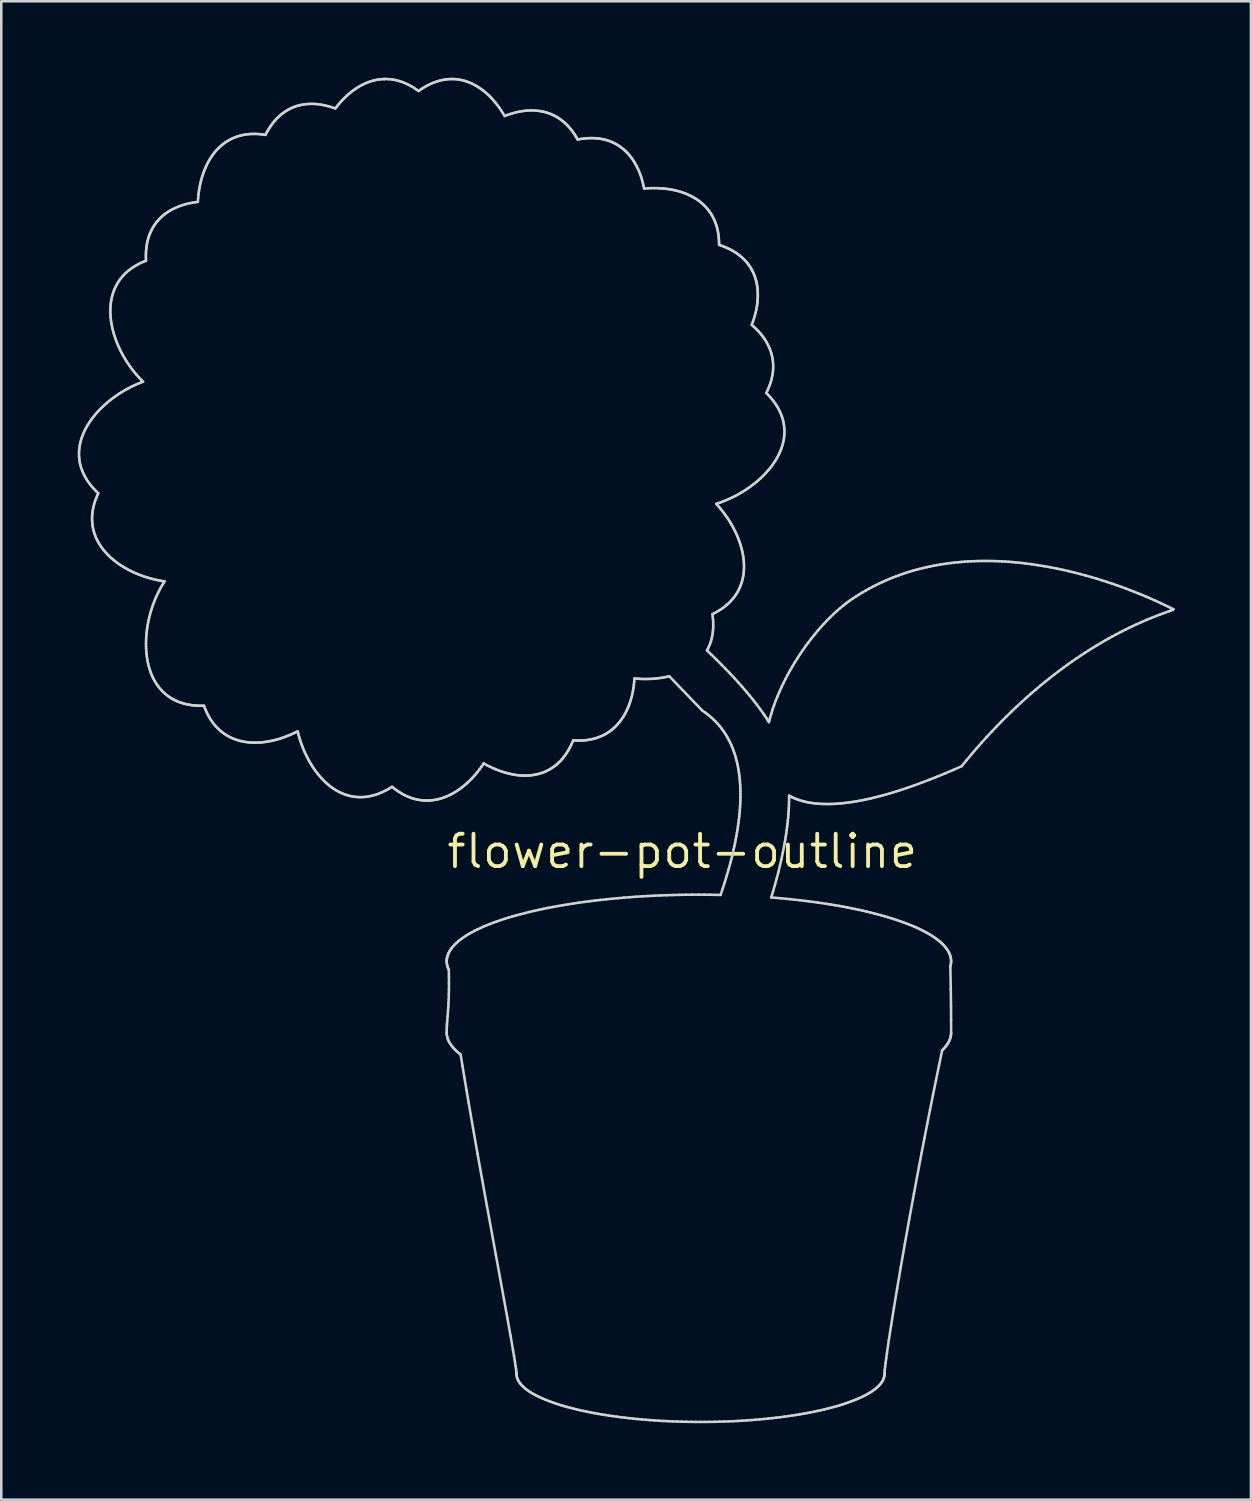
<source format=kicad_pcb>
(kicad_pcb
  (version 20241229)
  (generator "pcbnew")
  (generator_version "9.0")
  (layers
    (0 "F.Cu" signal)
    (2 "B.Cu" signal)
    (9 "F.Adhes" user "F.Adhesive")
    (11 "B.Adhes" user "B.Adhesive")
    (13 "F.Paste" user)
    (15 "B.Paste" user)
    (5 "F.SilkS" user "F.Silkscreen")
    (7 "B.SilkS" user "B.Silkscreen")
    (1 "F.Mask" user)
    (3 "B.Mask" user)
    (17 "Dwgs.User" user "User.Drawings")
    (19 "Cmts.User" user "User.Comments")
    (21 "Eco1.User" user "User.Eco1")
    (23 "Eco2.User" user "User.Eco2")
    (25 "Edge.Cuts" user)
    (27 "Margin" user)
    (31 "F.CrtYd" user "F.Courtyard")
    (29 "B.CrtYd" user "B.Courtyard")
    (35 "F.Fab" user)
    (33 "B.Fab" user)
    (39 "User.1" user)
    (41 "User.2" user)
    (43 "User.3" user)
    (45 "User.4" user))
  (footprint "flower-pot-outline"
    (layer "F.Cu")
    (at 23.722 30.353)
    (property "Reference" "flower-pot-outline" (at 0 0 0) (layer "F.SilkS") (effects (font (size 1.27 1.27) (thickness 0.15))))
    (attr through_hole)
    (fp_line (start -23.672 -15.574) (end -23.67 -15.493) (stroke (width 0.1) (type solid)) (layer "Edge.Cuts"))
    (fp_line (start -23.671 -15.655) (end -23.672 -15.574) (stroke (width 0.1) (type solid)) (layer "Edge.Cuts"))
    (fp_line (start -23.67 -15.493) (end -23.663 -15.412) (stroke (width 0.1) (type solid)) (layer "Edge.Cuts"))
    (fp_line (start -23.667 -15.735) (end -23.671 -15.655) (stroke (width 0.1) (type solid)) (layer "Edge.Cuts"))
    (fp_line (start -23.663 -15.412) (end -23.653 -15.33) (stroke (width 0.1) (type solid)) (layer "Edge.Cuts"))
    (fp_line (start -23.659 -15.815) (end -23.667 -15.735) (stroke (width 0.1) (type solid)) (layer "Edge.Cuts"))
    (fp_line (start -23.653 -15.33) (end -23.639 -15.249) (stroke (width 0.1) (type solid)) (layer "Edge.Cuts"))
    (fp_line (start -23.648 -15.896) (end -23.659 -15.815) (stroke (width 0.1) (type solid)) (layer "Edge.Cuts"))
    (fp_line (start -23.639 -15.249) (end -23.621 -15.168) (stroke (width 0.1) (type solid)) (layer "Edge.Cuts"))
    (fp_line (start -23.633 -15.975) (end -23.648 -15.896) (stroke (width 0.1) (type solid)) (layer "Edge.Cuts"))
    (fp_line (start -23.621 -15.168) (end -23.599 -15.086) (stroke (width 0.1) (type solid)) (layer "Edge.Cuts"))
    (fp_line (start -23.615 -16.055) (end -23.633 -15.975) (stroke (width 0.1) (type solid)) (layer "Edge.Cuts"))
    (fp_line (start -23.599 -15.086) (end -23.573 -15.005) (stroke (width 0.1) (type solid)) (layer "Edge.Cuts"))
    (fp_line (start -23.594 -16.134) (end -23.615 -16.055) (stroke (width 0.1) (type solid)) (layer "Edge.Cuts"))
    (fp_line (start -23.573 -15.005) (end -23.543 -14.924) (stroke (width 0.1) (type solid)) (layer "Edge.Cuts"))
    (fp_line (start -23.57 -16.212) (end -23.594 -16.134) (stroke (width 0.1) (type solid)) (layer "Edge.Cuts"))
    (fp_line (start -23.543 -14.924) (end -23.509 -14.843) (stroke (width 0.1) (type solid)) (layer "Edge.Cuts"))
    (fp_line (start -23.542 -16.29) (end -23.57 -16.212) (stroke (width 0.1) (type solid)) (layer "Edge.Cuts"))
    (fp_line (start -23.512 -16.367) (end -23.542 -16.29) (stroke (width 0.1) (type solid)) (layer "Edge.Cuts"))
    (fp_line (start -23.509 -14.843) (end -23.47 -14.762) (stroke (width 0.1) (type solid)) (layer "Edge.Cuts"))
    (fp_line (start -23.479 -16.444) (end -23.512 -16.367) (stroke (width 0.1) (type solid)) (layer "Edge.Cuts"))
    (fp_line (start -23.47 -14.762) (end -23.427 -14.682) (stroke (width 0.1) (type solid)) (layer "Edge.Cuts"))
    (fp_line (start -23.443 -16.52) (end -23.479 -16.444) (stroke (width 0.1) (type solid)) (layer "Edge.Cuts"))
    (fp_line (start -23.427 -14.682) (end -23.379 -14.601) (stroke (width 0.1) (type solid)) (layer "Edge.Cuts"))
    (fp_line (start -23.404 -16.596) (end -23.443 -16.52) (stroke (width 0.1) (type solid)) (layer "Edge.Cuts"))
    (fp_line (start -23.379 -14.601) (end -23.327 -14.521) (stroke (width 0.1) (type solid)) (layer "Edge.Cuts"))
    (fp_line (start -23.363 -16.671) (end -23.404 -16.596) (stroke (width 0.1) (type solid)) (layer "Edge.Cuts"))
    (fp_line (start -23.327 -14.521) (end -23.271 -14.442) (stroke (width 0.1) (type solid)) (layer "Edge.Cuts"))
    (fp_line (start -23.319 -16.745) (end -23.363 -16.671) (stroke (width 0.1) (type solid)) (layer "Edge.Cuts"))
    (fp_line (start -23.272 -16.818) (end -23.319 -16.745) (stroke (width 0.1) (type solid)) (layer "Edge.Cuts"))
    (fp_line (start -23.271 -14.442) (end -23.209 -14.362) (stroke (width 0.1) (type solid)) (layer "Edge.Cuts"))
    (fp_line (start -23.223 -16.891) (end -23.272 -16.818) (stroke (width 0.1) (type solid)) (layer "Edge.Cuts"))
    (fp_line (start -23.209 -14.362) (end -23.143 -14.284) (stroke (width 0.1) (type solid)) (layer "Edge.Cuts"))
    (fp_line (start -23.172 -16.963) (end -23.223 -16.891) (stroke (width 0.1) (type solid)) (layer "Edge.Cuts"))
    (fp_line (start -23.16 -13.058) (end -23.158 -12.981) (stroke (width 0.1) (type solid)) (layer "Edge.Cuts"))
    (fp_line (start -23.158 -12.981) (end -23.154 -12.906) (stroke (width 0.1) (type solid)) (layer "Edge.Cuts"))
    (fp_line (start -23.158 -13.136) (end -23.16 -13.058) (stroke (width 0.1) (type solid)) (layer "Edge.Cuts"))
    (fp_line (start -23.154 -12.906) (end -23.147 -12.831) (stroke (width 0.1) (type solid)) (layer "Edge.Cuts"))
    (fp_line (start -23.153 -13.215) (end -23.158 -13.136) (stroke (width 0.1) (type solid)) (layer "Edge.Cuts"))
    (fp_line (start -23.147 -12.831) (end -23.136 -12.757) (stroke (width 0.1) (type solid)) (layer "Edge.Cuts"))
    (fp_line (start -23.145 -13.294) (end -23.153 -13.215) (stroke (width 0.1) (type solid)) (layer "Edge.Cuts"))
    (fp_line (start -23.143 -14.284) (end -23.072 -14.205) (stroke (width 0.1) (type solid)) (layer "Edge.Cuts"))
    (fp_line (start -23.136 -12.757) (end -23.123 -12.684) (stroke (width 0.1) (type solid)) (layer "Edge.Cuts"))
    (fp_line (start -23.133 -13.375) (end -23.145 -13.294) (stroke (width 0.1) (type solid)) (layer "Edge.Cuts"))
    (fp_line (start -23.123 -12.684) (end -23.107 -12.612) (stroke (width 0.1) (type solid)) (layer "Edge.Cuts"))
    (fp_line (start -23.118 -13.456) (end -23.133 -13.375) (stroke (width 0.1) (type solid)) (layer "Edge.Cuts"))
    (fp_line (start -23.118 -17.033) (end -23.172 -16.963) (stroke (width 0.1) (type solid)) (layer "Edge.Cuts"))
    (fp_line (start -23.107 -12.612) (end -23.088 -12.541) (stroke (width 0.1) (type solid)) (layer "Edge.Cuts"))
    (fp_line (start -23.1 -13.538) (end -23.118 -13.456) (stroke (width 0.1) (type solid)) (layer "Edge.Cuts"))
    (fp_line (start -23.088 -12.541) (end -23.067 -12.471) (stroke (width 0.1) (type solid)) (layer "Edge.Cuts"))
    (fp_line (start -23.078 -13.621) (end -23.1 -13.538) (stroke (width 0.1) (type solid)) (layer "Edge.Cuts"))
    (fp_line (start -23.072 -14.205) (end -22.997 -14.127) (stroke (width 0.1) (type solid)) (layer "Edge.Cuts"))
    (fp_line (start -23.067 -12.471) (end -23.042 -12.402) (stroke (width 0.1) (type solid)) (layer "Edge.Cuts"))
    (fp_line (start -23.062 -17.103) (end -23.118 -17.033) (stroke (width 0.1) (type solid)) (layer "Edge.Cuts"))
    (fp_line (start -23.053 -13.706) (end -23.078 -13.621) (stroke (width 0.1) (type solid)) (layer "Edge.Cuts"))
    (fp_line (start -23.042 -12.402) (end -23.016 -12.335) (stroke (width 0.1) (type solid)) (layer "Edge.Cuts"))
    (fp_line (start -23.024 -13.79) (end -23.053 -13.706) (stroke (width 0.1) (type solid)) (layer "Edge.Cuts"))
    (fp_line (start -23.016 -12.335) (end -22.986 -12.268) (stroke (width 0.1) (type solid)) (layer "Edge.Cuts"))
    (fp_line (start -23.004 -17.172) (end -23.062 -17.103) (stroke (width 0.1) (type solid)) (layer "Edge.Cuts"))
    (fp_line (start -22.997 -14.127) (end -22.916 -14.05) (stroke (width 0.1) (type solid)) (layer "Edge.Cuts"))
    (fp_line (start -22.992 -13.876) (end -23.024 -13.79) (stroke (width 0.1) (type solid)) (layer "Edge.Cuts"))
    (fp_line (start -22.986 -12.268) (end -22.955 -12.202) (stroke (width 0.1) (type solid)) (layer "Edge.Cuts"))
    (fp_line (start -22.956 -13.963) (end -22.992 -13.876) (stroke (width 0.1) (type solid)) (layer "Edge.Cuts"))
    (fp_line (start -22.955 -12.202) (end -22.92 -12.138) (stroke (width 0.1) (type solid)) (layer "Edge.Cuts"))
    (fp_line (start -22.944 -17.24) (end -23.004 -17.172) (stroke (width 0.1) (type solid)) (layer "Edge.Cuts"))
    (fp_line (start -22.92 -12.138) (end -22.884 -12.074) (stroke (width 0.1) (type solid)) (layer "Edge.Cuts"))
    (fp_line (start -22.916 -14.05) (end -22.956 -13.963) (stroke (width 0.1) (type solid)) (layer "Edge.Cuts"))
    (fp_line (start -22.884 -12.074) (end -22.845 -12.012) (stroke (width 0.1) (type solid)) (layer "Edge.Cuts"))
    (fp_line (start -22.882 -17.307) (end -22.944 -17.24) (stroke (width 0.1) (type solid)) (layer "Edge.Cuts"))
    (fp_line (start -22.845 -12.012) (end -22.804 -11.951) (stroke (width 0.1) (type solid)) (layer "Edge.Cuts"))
    (fp_line (start -22.818 -17.372) (end -22.882 -17.307) (stroke (width 0.1) (type solid)) (layer "Edge.Cuts"))
    (fp_line (start -22.804 -11.951) (end -22.76 -11.891) (stroke (width 0.1) (type solid)) (layer "Edge.Cuts"))
    (fp_line (start -22.76 -11.891) (end -22.715 -11.832) (stroke (width 0.1) (type solid)) (layer "Edge.Cuts"))
    (fp_line (start -22.752 -17.437) (end -22.818 -17.372) (stroke (width 0.1) (type solid)) (layer "Edge.Cuts"))
    (fp_line (start -22.715 -11.832) (end -22.667 -11.774) (stroke (width 0.1) (type solid)) (layer "Edge.Cuts"))
    (fp_line (start -22.685 -17.5) (end -22.752 -17.437) (stroke (width 0.1) (type solid)) (layer "Edge.Cuts"))
    (fp_line (start -22.667 -11.774) (end -22.618 -11.717) (stroke (width 0.1) (type solid)) (layer "Edge.Cuts"))
    (fp_line (start -22.618 -11.717) (end -22.566 -11.662) (stroke (width 0.1) (type solid)) (layer "Edge.Cuts"))
    (fp_line (start -22.615 -17.562) (end -22.685 -17.5) (stroke (width 0.1) (type solid)) (layer "Edge.Cuts"))
    (fp_line (start -22.566 -11.662) (end -22.513 -11.607) (stroke (width 0.1) (type solid)) (layer "Edge.Cuts"))
    (fp_line (start -22.544 -17.623) (end -22.615 -17.562) (stroke (width 0.1) (type solid)) (layer "Edge.Cuts"))
    (fp_line (start -22.513 -11.607) (end -22.458 -11.554) (stroke (width 0.1) (type solid)) (layer "Edge.Cuts"))
    (fp_line (start -22.472 -17.683) (end -22.544 -17.623) (stroke (width 0.1) (type solid)) (layer "Edge.Cuts"))
    (fp_line (start -22.458 -11.554) (end -22.401 -11.503) (stroke (width 0.1) (type solid)) (layer "Edge.Cuts"))
    (fp_line (start -22.443 -21.178) (end -22.441 -21.094) (stroke (width 0.1) (type solid)) (layer "Edge.Cuts"))
    (fp_line (start -22.442 -21.263) (end -22.443 -21.178) (stroke (width 0.1) (type solid)) (layer "Edge.Cuts"))
    (fp_line (start -22.441 -21.094) (end -22.436 -21.008) (stroke (width 0.1) (type solid)) (layer "Edge.Cuts"))
    (fp_line (start -22.439 -21.347) (end -22.442 -21.263) (stroke (width 0.1) (type solid)) (layer "Edge.Cuts"))
    (fp_line (start -22.436 -21.008) (end -22.429 -20.923) (stroke (width 0.1) (type solid)) (layer "Edge.Cuts"))
    (fp_line (start -22.433 -21.43) (end -22.439 -21.347) (stroke (width 0.1) (type solid)) (layer "Edge.Cuts"))
    (fp_line (start -22.429 -20.923) (end -22.419 -20.836) (stroke (width 0.1) (type solid)) (layer "Edge.Cuts"))
    (fp_line (start -22.424 -21.512) (end -22.433 -21.43) (stroke (width 0.1) (type solid)) (layer "Edge.Cuts"))
    (fp_line (start -22.419 -20.836) (end -22.406 -20.75) (stroke (width 0.1) (type solid)) (layer "Edge.Cuts"))
    (fp_line (start -22.412 -21.593) (end -22.424 -21.512) (stroke (width 0.1) (type solid)) (layer "Edge.Cuts"))
    (fp_line (start -22.406 -20.75) (end -22.391 -20.663) (stroke (width 0.1) (type solid)) (layer "Edge.Cuts"))
    (fp_line (start -22.401 -11.503) (end -22.342 -11.452) (stroke (width 0.1) (type solid)) (layer "Edge.Cuts"))
    (fp_line (start -22.397 -17.741) (end -22.472 -17.683) (stroke (width 0.1) (type solid)) (layer "Edge.Cuts"))
    (fp_line (start -22.397 -21.674) (end -22.412 -21.593) (stroke (width 0.1) (type solid)) (layer "Edge.Cuts"))
    (fp_line (start -22.391 -20.663) (end -22.374 -20.577) (stroke (width 0.1) (type solid)) (layer "Edge.Cuts"))
    (fp_line (start -22.379 -21.754) (end -22.397 -21.674) (stroke (width 0.1) (type solid)) (layer "Edge.Cuts"))
    (fp_line (start -22.374 -20.577) (end -22.354 -20.49) (stroke (width 0.1) (type solid)) (layer "Edge.Cuts"))
    (fp_line (start -22.358 -21.832) (end -22.379 -21.754) (stroke (width 0.1) (type solid)) (layer "Edge.Cuts"))
    (fp_line (start -22.354 -20.49) (end -22.332 -20.403) (stroke (width 0.1) (type solid)) (layer "Edge.Cuts"))
    (fp_line (start -22.342 -11.452) (end -22.281 -11.403) (stroke (width 0.1) (type solid)) (layer "Edge.Cuts"))
    (fp_line (start -22.334 -21.91) (end -22.358 -21.832) (stroke (width 0.1) (type solid)) (layer "Edge.Cuts"))
    (fp_line (start -22.332 -20.403) (end -22.308 -20.316) (stroke (width 0.1) (type solid)) (layer "Edge.Cuts"))
    (fp_line (start -22.322 -17.798) (end -22.397 -17.741) (stroke (width 0.1) (type solid)) (layer "Edge.Cuts"))
    (fp_line (start -22.308 -20.316) (end -22.281 -20.23) (stroke (width 0.1) (type solid)) (layer "Edge.Cuts"))
    (fp_line (start -22.307 -21.986) (end -22.334 -21.91) (stroke (width 0.1) (type solid)) (layer "Edge.Cuts"))
    (fp_line (start -22.281 -11.403) (end -22.219 -11.354) (stroke (width 0.1) (type solid)) (layer "Edge.Cuts"))
    (fp_line (start -22.281 -20.23) (end -22.253 -20.143) (stroke (width 0.1) (type solid)) (layer "Edge.Cuts"))
    (fp_line (start -22.277 -22.062) (end -22.307 -21.986) (stroke (width 0.1) (type solid)) (layer "Edge.Cuts"))
    (fp_line (start -22.253 -20.143) (end -22.222 -20.057) (stroke (width 0.1) (type solid)) (layer "Edge.Cuts"))
    (fp_line (start -22.245 -17.853) (end -22.322 -17.798) (stroke (width 0.1) (type solid)) (layer "Edge.Cuts"))
    (fp_line (start -22.244 -22.136) (end -22.277 -22.062) (stroke (width 0.1) (type solid)) (layer "Edge.Cuts"))
    (fp_line (start -22.222 -20.057) (end -22.189 -19.971) (stroke (width 0.1) (type solid)) (layer "Edge.Cuts"))
    (fp_line (start -22.219 -11.354) (end -22.156 -11.308) (stroke (width 0.1) (type solid)) (layer "Edge.Cuts"))
    (fp_line (start -22.207 -22.208) (end -22.244 -22.136) (stroke (width 0.1) (type solid)) (layer "Edge.Cuts"))
    (fp_line (start -22.189 -19.971) (end -22.154 -19.886) (stroke (width 0.1) (type solid)) (layer "Edge.Cuts"))
    (fp_line (start -22.167 -22.28) (end -22.207 -22.208) (stroke (width 0.1) (type solid)) (layer "Edge.Cuts"))
    (fp_line (start -22.167 -17.907) (end -22.245 -17.853) (stroke (width 0.1) (type solid)) (layer "Edge.Cuts"))
    (fp_line (start -22.156 -11.308) (end -22.091 -11.262) (stroke (width 0.1) (type solid)) (layer "Edge.Cuts"))
    (fp_line (start -22.154 -19.886) (end -22.117 -19.801) (stroke (width 0.1) (type solid)) (layer "Edge.Cuts"))
    (fp_line (start -22.124 -22.349) (end -22.167 -22.28) (stroke (width 0.1) (type solid)) (layer "Edge.Cuts"))
    (fp_line (start -22.117 -19.801) (end -22.077 -19.717) (stroke (width 0.1) (type solid)) (layer "Edge.Cuts"))
    (fp_line (start -22.091 -11.262) (end -22.024 -11.218) (stroke (width 0.1) (type solid)) (layer "Edge.Cuts"))
    (fp_line (start -22.088 -17.96) (end -22.167 -17.907) (stroke (width 0.1) (type solid)) (layer "Edge.Cuts"))
    (fp_line (start -22.077 -22.418) (end -22.124 -22.349) (stroke (width 0.1) (type solid)) (layer "Edge.Cuts"))
    (fp_line (start -22.077 -19.717) (end -22.037 -19.633) (stroke (width 0.1) (type solid)) (layer "Edge.Cuts"))
    (fp_line (start -22.037 -19.633) (end -21.994 -19.549) (stroke (width 0.1) (type solid)) (layer "Edge.Cuts"))
    (fp_line (start -22.027 -22.484) (end -22.077 -22.418) (stroke (width 0.1) (type solid)) (layer "Edge.Cuts"))
    (fp_line (start -22.024 -11.218) (end -21.956 -11.175) (stroke (width 0.1) (type solid)) (layer "Edge.Cuts"))
    (fp_line (start -22.007 -18.011) (end -22.088 -17.96) (stroke (width 0.1) (type solid)) (layer "Edge.Cuts"))
    (fp_line (start -21.994 -19.549) (end -21.949 -19.467) (stroke (width 0.1) (type solid)) (layer "Edge.Cuts"))
    (fp_line (start -21.974 -22.549) (end -22.027 -22.484) (stroke (width 0.1) (type solid)) (layer "Edge.Cuts"))
    (fp_line (start -21.956 -11.175) (end -21.887 -11.133) (stroke (width 0.1) (type solid)) (layer "Edge.Cuts"))
    (fp_line (start -21.949 -19.467) (end -21.903 -19.385) (stroke (width 0.1) (type solid)) (layer "Edge.Cuts"))
    (fp_line (start -21.926 -18.06) (end -22.007 -18.011) (stroke (width 0.1) (type solid)) (layer "Edge.Cuts"))
    (fp_line (start -21.917 -22.612) (end -21.974 -22.549) (stroke (width 0.1) (type solid)) (layer "Edge.Cuts"))
    (fp_line (start -21.903 -19.385) (end -21.855 -19.305) (stroke (width 0.1) (type solid)) (layer "Edge.Cuts"))
    (fp_line (start -21.887 -11.133) (end -21.817 -11.093) (stroke (width 0.1) (type solid)) (layer "Edge.Cuts"))
    (fp_line (start -21.856 -22.674) (end -21.917 -22.612) (stroke (width 0.1) (type solid)) (layer "Edge.Cuts"))
    (fp_line (start -21.855 -19.305) (end -21.805 -19.225) (stroke (width 0.1) (type solid)) (layer "Edge.Cuts"))
    (fp_line (start -21.844 -18.108) (end -21.926 -18.06) (stroke (width 0.1) (type solid)) (layer "Edge.Cuts"))
    (fp_line (start -21.817 -11.093) (end -21.745 -11.054) (stroke (width 0.1) (type solid)) (layer "Edge.Cuts"))
    (fp_line (start -21.805 -19.225) (end -21.753 -19.146) (stroke (width 0.1) (type solid)) (layer "Edge.Cuts"))
    (fp_line (start -21.792 -22.733) (end -21.856 -22.674) (stroke (width 0.1) (type solid)) (layer "Edge.Cuts"))
    (fp_line (start -21.76 -18.154) (end -21.844 -18.108) (stroke (width 0.1) (type solid)) (layer "Edge.Cuts"))
    (fp_line (start -21.753 -19.146) (end -21.7 -19.068) (stroke (width 0.1) (type solid)) (layer "Edge.Cuts"))
    (fp_line (start -21.745 -11.054) (end -21.672 -11.016) (stroke (width 0.1) (type solid)) (layer "Edge.Cuts"))
    (fp_line (start -21.724 -22.791) (end -21.792 -22.733) (stroke (width 0.1) (type solid)) (layer "Edge.Cuts"))
    (fp_line (start -21.7 -19.068) (end -21.646 -18.991) (stroke (width 0.1) (type solid)) (layer "Edge.Cuts"))
    (fp_line (start -21.676 -18.198) (end -21.76 -18.154) (stroke (width 0.1) (type solid)) (layer "Edge.Cuts"))
    (fp_line (start -21.672 -11.016) (end -21.598 -10.979) (stroke (width 0.1) (type solid)) (layer "Edge.Cuts"))
    (fp_line (start -21.652 -22.846) (end -21.724 -22.791) (stroke (width 0.1) (type solid)) (layer "Edge.Cuts"))
    (fp_line (start -21.646 -18.991) (end -21.589 -18.916) (stroke (width 0.1) (type solid)) (layer "Edge.Cuts"))
    (fp_line (start -21.598 -10.979) (end -21.523 -10.944) (stroke (width 0.1) (type solid)) (layer "Edge.Cuts"))
    (fp_line (start -21.591 -18.241) (end -21.676 -18.198) (stroke (width 0.1) (type solid)) (layer "Edge.Cuts"))
    (fp_line (start -21.589 -18.916) (end -21.532 -18.842) (stroke (width 0.1) (type solid)) (layer "Edge.Cuts"))
    (fp_line (start -21.577 -22.9) (end -21.652 -22.846) (stroke (width 0.1) (type solid)) (layer "Edge.Cuts"))
    (fp_line (start -21.532 -18.842) (end -21.473 -18.769) (stroke (width 0.1) (type solid)) (layer "Edge.Cuts"))
    (fp_line (start -21.523 -10.944) (end -21.447 -10.911) (stroke (width 0.1) (type solid)) (layer "Edge.Cuts"))
    (fp_line (start -21.506 -18.282) (end -21.591 -18.241) (stroke (width 0.1) (type solid)) (layer "Edge.Cuts"))
    (fp_line (start -21.497 -22.951) (end -21.577 -22.9) (stroke (width 0.1) (type solid)) (layer "Edge.Cuts"))
    (fp_line (start -21.473 -18.769) (end -21.413 -18.697) (stroke (width 0.1) (type solid)) (layer "Edge.Cuts"))
    (fp_line (start -21.447 -10.911) (end -21.37 -10.879) (stroke (width 0.1) (type solid)) (layer "Edge.Cuts"))
    (fp_line (start -21.42 -18.321) (end -21.506 -18.282) (stroke (width 0.1) (type solid)) (layer "Edge.Cuts"))
    (fp_line (start -21.414 -23) (end -21.497 -22.951) (stroke (width 0.1) (type solid)) (layer "Edge.Cuts"))
    (fp_line (start -21.413 -18.697) (end -21.351 -18.627) (stroke (width 0.1) (type solid)) (layer "Edge.Cuts"))
    (fp_line (start -21.37 -10.879) (end -21.293 -10.848) (stroke (width 0.1) (type solid)) (layer "Edge.Cuts"))
    (fp_line (start -21.351 -18.627) (end -21.288 -18.559) (stroke (width 0.1) (type solid)) (layer "Edge.Cuts"))
    (fp_line (start -21.333 -18.358) (end -21.42 -18.321) (stroke (width 0.1) (type solid)) (layer "Edge.Cuts"))
    (fp_line (start -21.327 -23.047) (end -21.414 -23) (stroke (width 0.1) (type solid)) (layer "Edge.Cuts"))
    (fp_line (start -21.293 -10.848) (end -21.214 -10.818) (stroke (width 0.1) (type solid)) (layer "Edge.Cuts"))
    (fp_line (start -21.288 -18.559) (end -21.224 -18.492) (stroke (width 0.1) (type solid)) (layer "Edge.Cuts"))
    (fp_line (start -21.246 -18.393) (end -21.333 -18.358) (stroke (width 0.1) (type solid)) (layer "Edge.Cuts"))
    (fp_line (start -21.236 -23.091) (end -21.327 -23.047) (stroke (width 0.1) (type solid)) (layer "Edge.Cuts"))
    (fp_line (start -21.224 -18.492) (end -21.158 -18.426) (stroke (width 0.1) (type solid)) (layer "Edge.Cuts"))
    (fp_line (start -21.214 -10.818) (end -21.135 -10.79) (stroke (width 0.1) (type solid)) (layer "Edge.Cuts"))
    (fp_line (start -21.158 -18.426) (end -21.246 -18.393) (stroke (width 0.1) (type solid)) (layer "Edge.Cuts"))
    (fp_line (start -21.141 -23.133) (end -21.236 -23.091) (stroke (width 0.1) (type solid)) (layer "Edge.Cuts"))
    (fp_line (start -21.135 -10.79) (end -21.055 -10.764) (stroke (width 0.1) (type solid)) (layer "Edge.Cuts"))
    (fp_line (start -21.055 -10.764) (end -20.974 -10.739) (stroke (width 0.1) (type solid)) (layer "Edge.Cuts"))
    (fp_line (start -21.048 -23.376) (end -21.047 -23.31) (stroke (width 0.1) (type solid)) (layer "Edge.Cuts"))
    (fp_line (start -21.047 -23.31) (end -21.046 -23.242) (stroke (width 0.1) (type solid)) (layer "Edge.Cuts"))
    (fp_line (start -21.047 -23.442) (end -21.048 -23.376) (stroke (width 0.1) (type solid)) (layer "Edge.Cuts"))
    (fp_line (start -21.046 -23.242) (end -21.042 -23.173) (stroke (width 0.1) (type solid)) (layer "Edge.Cuts"))
    (fp_line (start -21.044 -23.506) (end -21.047 -23.442) (stroke (width 0.1) (type solid)) (layer "Edge.Cuts"))
    (fp_line (start -21.043 -8.146) (end -21.042 -8.044) (stroke (width 0.1) (type solid)) (layer "Edge.Cuts"))
    (fp_line (start -21.042 -8.044) (end -21.039 -7.944) (stroke (width 0.1) (type solid)) (layer "Edge.Cuts"))
    (fp_line (start -21.042 -23.173) (end -21.141 -23.133) (stroke (width 0.1) (type solid)) (layer "Edge.Cuts"))
    (fp_line (start -21.042 -8.248) (end -21.043 -8.146) (stroke (width 0.1) (type solid)) (layer "Edge.Cuts"))
    (fp_line (start -21.04 -23.569) (end -21.044 -23.506) (stroke (width 0.1) (type solid)) (layer "Edge.Cuts"))
    (fp_line (start -21.039 -7.944) (end -21.032 -7.844) (stroke (width 0.1) (type solid)) (layer "Edge.Cuts"))
    (fp_line (start -21.038 -8.35) (end -21.042 -8.248) (stroke (width 0.1) (type solid)) (layer "Edge.Cuts"))
    (fp_line (start -21.035 -23.631) (end -21.04 -23.569) (stroke (width 0.1) (type solid)) (layer "Edge.Cuts"))
    (fp_line (start -21.032 -7.844) (end -21.023 -7.745) (stroke (width 0.1) (type solid)) (layer "Edge.Cuts"))
    (fp_line (start -21.031 -8.453) (end -21.038 -8.35) (stroke (width 0.1) (type solid)) (layer "Edge.Cuts"))
    (fp_line (start -21.028 -23.692) (end -21.035 -23.631) (stroke (width 0.1) (type solid)) (layer "Edge.Cuts"))
    (fp_line (start -21.023 -7.745) (end -21.011 -7.648) (stroke (width 0.1) (type solid)) (layer "Edge.Cuts"))
    (fp_line (start -21.022 -8.556) (end -21.031 -8.453) (stroke (width 0.1) (type solid)) (layer "Edge.Cuts"))
    (fp_line (start -21.02 -23.752) (end -21.028 -23.692) (stroke (width 0.1) (type solid)) (layer "Edge.Cuts"))
    (fp_line (start -21.011 -7.648) (end -20.997 -7.551) (stroke (width 0.1) (type solid)) (layer "Edge.Cuts"))
    (fp_line (start -21.011 -23.811) (end -21.02 -23.752) (stroke (width 0.1) (type solid)) (layer "Edge.Cuts"))
    (fp_line (start -21.011 -8.659) (end -21.022 -8.556) (stroke (width 0.1) (type solid)) (layer "Edge.Cuts"))
    (fp_line (start -21 -23.868) (end -21.011 -23.811) (stroke (width 0.1) (type solid)) (layer "Edge.Cuts"))
    (fp_line (start -20.997 -7.551) (end -20.98 -7.455) (stroke (width 0.1) (type solid)) (layer "Edge.Cuts"))
    (fp_line (start -20.997 -8.762) (end -21.011 -8.659) (stroke (width 0.1) (type solid)) (layer "Edge.Cuts"))
    (fp_line (start -20.988 -23.925) (end -21 -23.868) (stroke (width 0.1) (type solid)) (layer "Edge.Cuts"))
    (fp_line (start -20.98 -8.866) (end -20.997 -8.762) (stroke (width 0.1) (type solid)) (layer "Edge.Cuts"))
    (fp_line (start -20.98 -7.455) (end -20.96 -7.361) (stroke (width 0.1) (type solid)) (layer "Edge.Cuts"))
    (fp_line (start -20.974 -10.739) (end -20.893 -10.715) (stroke (width 0.1) (type solid)) (layer "Edge.Cuts"))
    (fp_line (start -20.974 -23.98) (end -20.988 -23.925) (stroke (width 0.1) (type solid)) (layer "Edge.Cuts"))
    (fp_line (start -20.962 -8.969) (end -20.98 -8.866) (stroke (width 0.1) (type solid)) (layer "Edge.Cuts"))
    (fp_line (start -20.96 -7.361) (end -20.937 -7.269) (stroke (width 0.1) (type solid)) (layer "Edge.Cuts"))
    (fp_line (start -20.96 -24.035) (end -20.974 -23.98) (stroke (width 0.1) (type solid)) (layer "Edge.Cuts"))
    (fp_line (start -20.944 -24.088) (end -20.96 -24.035) (stroke (width 0.1) (type solid)) (layer "Edge.Cuts"))
    (fp_line (start -20.941 -9.071) (end -20.962 -8.969) (stroke (width 0.1) (type solid)) (layer "Edge.Cuts"))
    (fp_line (start -20.937 -7.269) (end -20.911 -7.178) (stroke (width 0.1) (type solid)) (layer "Edge.Cuts"))
    (fp_line (start -20.926 -24.14) (end -20.944 -24.088) (stroke (width 0.1) (type solid)) (layer "Edge.Cuts"))
    (fp_line (start -20.917 -9.174) (end -20.941 -9.071) (stroke (width 0.1) (type solid)) (layer "Edge.Cuts"))
    (fp_line (start -20.911 -7.178) (end -20.882 -7.089) (stroke (width 0.1) (type solid)) (layer "Edge.Cuts"))
    (fp_line (start -20.908 -24.191) (end -20.926 -24.14) (stroke (width 0.1) (type solid)) (layer "Edge.Cuts"))
    (fp_line (start -20.893 -10.715) (end -20.811 -10.693) (stroke (width 0.1) (type solid)) (layer "Edge.Cuts"))
    (fp_line (start -20.892 -9.276) (end -20.917 -9.174) (stroke (width 0.1) (type solid)) (layer "Edge.Cuts"))
    (fp_line (start -20.888 -24.241) (end -20.908 -24.191) (stroke (width 0.1) (type solid)) (layer "Edge.Cuts"))
    (fp_line (start -20.882 -7.089) (end -20.851 -7.001) (stroke (width 0.1) (type solid)) (layer "Edge.Cuts"))
    (fp_line (start -20.867 -24.29) (end -20.888 -24.241) (stroke (width 0.1) (type solid)) (layer "Edge.Cuts"))
    (fp_line (start -20.864 -9.377) (end -20.892 -9.276) (stroke (width 0.1) (type solid)) (layer "Edge.Cuts"))
    (fp_line (start -20.851 -7.001) (end -20.816 -6.916) (stroke (width 0.1) (type solid)) (layer "Edge.Cuts"))
    (fp_line (start -20.845 -24.338) (end -20.867 -24.29) (stroke (width 0.1) (type solid)) (layer "Edge.Cuts"))
    (fp_line (start -20.834 -9.478) (end -20.864 -9.377) (stroke (width 0.1) (type solid)) (layer "Edge.Cuts"))
    (fp_line (start -20.822 -24.385) (end -20.845 -24.338) (stroke (width 0.1) (type solid)) (layer "Edge.Cuts"))
    (fp_line (start -20.816 -6.916) (end -20.779 -6.832) (stroke (width 0.1) (type solid)) (layer "Edge.Cuts"))
    (fp_line (start -20.811 -10.693) (end -20.729 -10.672) (stroke (width 0.1) (type solid)) (layer "Edge.Cuts"))
    (fp_line (start -20.802 -9.578) (end -20.834 -9.478) (stroke (width 0.1) (type solid)) (layer "Edge.Cuts"))
    (fp_line (start -20.798 -24.431) (end -20.822 -24.385) (stroke (width 0.1) (type solid)) (layer "Edge.Cuts"))
    (fp_line (start -20.779 -6.832) (end -20.738 -6.751) (stroke (width 0.1) (type solid)) (layer "Edge.Cuts"))
    (fp_line (start -20.773 -24.476) (end -20.798 -24.431) (stroke (width 0.1) (type solid)) (layer "Edge.Cuts"))
    (fp_line (start -20.767 -9.677) (end -20.802 -9.578) (stroke (width 0.1) (type solid)) (layer "Edge.Cuts"))
    (fp_line (start -20.746 -24.52) (end -20.773 -24.476) (stroke (width 0.1) (type solid)) (layer "Edge.Cuts"))
    (fp_line (start -20.738 -6.751) (end -20.694 -6.671) (stroke (width 0.1) (type solid)) (layer "Edge.Cuts"))
    (fp_line (start -20.731 -9.775) (end -20.767 -9.677) (stroke (width 0.1) (type solid)) (layer "Edge.Cuts"))
    (fp_line (start -20.729 -10.672) (end -20.647 -10.653) (stroke (width 0.1) (type solid)) (layer "Edge.Cuts"))
    (fp_line (start -20.719 -24.562) (end -20.746 -24.52) (stroke (width 0.1) (type solid)) (layer "Edge.Cuts"))
    (fp_line (start -20.694 -6.671) (end -20.647 -6.594) (stroke (width 0.1) (type solid)) (layer "Edge.Cuts"))
    (fp_line (start -20.692 -9.871) (end -20.731 -9.775) (stroke (width 0.1) (type solid)) (layer "Edge.Cuts"))
    (fp_line (start -20.69 -24.604) (end -20.719 -24.562) (stroke (width 0.1) (type solid)) (layer "Edge.Cuts"))
    (fp_line (start -20.66 -24.645) (end -20.69 -24.604) (stroke (width 0.1) (type solid)) (layer "Edge.Cuts"))
    (fp_line (start -20.652 -9.967) (end -20.692 -9.871) (stroke (width 0.1) (type solid)) (layer "Edge.Cuts"))
    (fp_line (start -20.647 -6.594) (end -20.597 -6.52) (stroke (width 0.1) (type solid)) (layer "Edge.Cuts"))
    (fp_line (start -20.647 -10.653) (end -20.564 -10.636) (stroke (width 0.1) (type solid)) (layer "Edge.Cuts"))
    (fp_line (start -20.63 -24.685) (end -20.66 -24.645) (stroke (width 0.1) (type solid)) (layer "Edge.Cuts"))
    (fp_line (start -20.609 -10.061) (end -20.652 -9.967) (stroke (width 0.1) (type solid)) (layer "Edge.Cuts"))
    (fp_line (start -20.598 -24.723) (end -20.63 -24.685) (stroke (width 0.1) (type solid)) (layer "Edge.Cuts"))
    (fp_line (start -20.597 -6.52) (end -20.544 -6.448) (stroke (width 0.1) (type solid)) (layer "Edge.Cuts"))
    (fp_line (start -20.565 -24.761) (end -20.598 -24.723) (stroke (width 0.1) (type solid)) (layer "Edge.Cuts"))
    (fp_line (start -20.565 -10.154) (end -20.609 -10.061) (stroke (width 0.1) (type solid)) (layer "Edge.Cuts"))
    (fp_line (start -20.564 -10.636) (end -20.481 -10.619) (stroke (width 0.1) (type solid)) (layer "Edge.Cuts"))
    (fp_line (start -20.544 -6.448) (end -20.488 -6.379) (stroke (width 0.1) (type solid)) (layer "Edge.Cuts"))
    (fp_line (start -20.532 -24.798) (end -20.565 -24.761) (stroke (width 0.1) (type solid)) (layer "Edge.Cuts"))
    (fp_line (start -20.518 -10.245) (end -20.565 -10.154) (stroke (width 0.1) (type solid)) (layer "Edge.Cuts"))
    (fp_line (start -20.497 -24.833) (end -20.532 -24.798) (stroke (width 0.1) (type solid)) (layer "Edge.Cuts"))
    (fp_line (start -20.488 -6.379) (end -20.429 -6.312) (stroke (width 0.1) (type solid)) (layer "Edge.Cuts"))
    (fp_line (start -20.481 -10.619) (end -20.398 -10.605) (stroke (width 0.1) (type solid)) (layer "Edge.Cuts"))
    (fp_line (start -20.47 -10.334) (end -20.518 -10.245) (stroke (width 0.1) (type solid)) (layer "Edge.Cuts"))
    (fp_line (start -20.462 -24.868) (end -20.497 -24.833) (stroke (width 0.1) (type solid)) (layer "Edge.Cuts"))
    (fp_line (start -20.429 -6.312) (end -20.366 -6.249) (stroke (width 0.1) (type solid)) (layer "Edge.Cuts"))
    (fp_line (start -20.425 -24.902) (end -20.462 -24.868) (stroke (width 0.1) (type solid)) (layer "Edge.Cuts"))
    (fp_line (start -20.42 -10.422) (end -20.47 -10.334) (stroke (width 0.1) (type solid)) (layer "Edge.Cuts"))
    (fp_line (start -20.398 -10.605) (end -20.314 -10.592) (stroke (width 0.1) (type solid)) (layer "Edge.Cuts"))
    (fp_line (start -20.388 -24.934) (end -20.425 -24.902) (stroke (width 0.1) (type solid)) (layer "Edge.Cuts"))
    (fp_line (start -20.368 -10.508) (end -20.42 -10.422) (stroke (width 0.1) (type solid)) (layer "Edge.Cuts"))
    (fp_line (start -20.366 -6.249) (end -20.3 -6.188) (stroke (width 0.1) (type solid)) (layer "Edge.Cuts"))
    (fp_line (start -20.35 -24.966) (end -20.388 -24.934) (stroke (width 0.1) (type solid)) (layer "Edge.Cuts"))
    (fp_line (start -20.314 -10.592) (end -20.368 -10.508) (stroke (width 0.1) (type solid)) (layer "Edge.Cuts"))
    (fp_line (start -20.311 -24.997) (end -20.35 -24.966) (stroke (width 0.1) (type solid)) (layer "Edge.Cuts"))
    (fp_line (start -20.3 -6.188) (end -20.23 -6.131) (stroke (width 0.1) (type solid)) (layer "Edge.Cuts"))
    (fp_line (start -20.271 -25.027) (end -20.311 -24.997) (stroke (width 0.1) (type solid)) (layer "Edge.Cuts"))
    (fp_line (start -20.231 -25.056) (end -20.271 -25.027) (stroke (width 0.1) (type solid)) (layer "Edge.Cuts"))
    (fp_line (start -20.23 -6.131) (end -20.157 -6.077) (stroke (width 0.1) (type solid)) (layer "Edge.Cuts"))
    (fp_line (start -20.189 -25.084) (end -20.231 -25.056) (stroke (width 0.1) (type solid)) (layer "Edge.Cuts"))
    (fp_line (start -20.157 -6.077) (end -20.12 -6.051) (stroke (width 0.1) (type solid)) (layer "Edge.Cuts"))
    (fp_line (start -20.147 -25.111) (end -20.189 -25.084) (stroke (width 0.1) (type solid)) (layer "Edge.Cuts"))
    (fp_line (start -20.12 -6.051) (end -20.081 -6.026) (stroke (width 0.1) (type solid)) (layer "Edge.Cuts"))
    (fp_line (start -20.104 -25.137) (end -20.147 -25.111) (stroke (width 0.1) (type solid)) (layer "Edge.Cuts"))
    (fp_line (start -20.081 -6.026) (end -20.042 -6.002) (stroke (width 0.1) (type solid)) (layer "Edge.Cuts"))
    (fp_line (start -20.042 -6.002) (end -20.002 -5.978) (stroke (width 0.1) (type solid)) (layer "Edge.Cuts"))
    (fp_line (start -20.016 -25.186) (end -20.104 -25.137) (stroke (width 0.1) (type solid)) (layer "Edge.Cuts"))
    (fp_line (start -20.002 -5.978) (end -19.961 -5.956) (stroke (width 0.1) (type solid)) (layer "Edge.Cuts"))
    (fp_line (start -19.961 -5.956) (end -19.919 -5.934) (stroke (width 0.1) (type solid)) (layer "Edge.Cuts"))
    (fp_line (start -19.925 -25.231) (end -20.016 -25.186) (stroke (width 0.1) (type solid)) (layer "Edge.Cuts"))
    (fp_line (start -19.919 -5.934) (end -19.876 -5.914) (stroke (width 0.1) (type solid)) (layer "Edge.Cuts"))
    (fp_line (start -19.876 -5.914) (end -19.832 -5.894) (stroke (width 0.1) (type solid)) (layer "Edge.Cuts"))
    (fp_line (start -19.832 -5.894) (end -19.788 -5.875) (stroke (width 0.1) (type solid)) (layer "Edge.Cuts"))
    (fp_line (start -19.832 -25.273) (end -19.925 -25.231) (stroke (width 0.1) (type solid)) (layer "Edge.Cuts"))
    (fp_line (start -19.788 -5.875) (end -19.742 -5.857) (stroke (width 0.1) (type solid)) (layer "Edge.Cuts"))
    (fp_line (start -19.742 -5.857) (end -19.696 -5.84) (stroke (width 0.1) (type solid)) (layer "Edge.Cuts"))
    (fp_line (start -19.736 -25.312) (end -19.832 -25.273) (stroke (width 0.1) (type solid)) (layer "Edge.Cuts"))
    (fp_line (start -19.696 -5.84) (end -19.648 -5.825) (stroke (width 0.1) (type solid)) (layer "Edge.Cuts"))
    (fp_line (start -19.648 -5.825) (end -19.6 -5.81) (stroke (width 0.1) (type solid)) (layer "Edge.Cuts"))
    (fp_line (start -19.638 -25.346) (end -19.736 -25.312) (stroke (width 0.1) (type solid)) (layer "Edge.Cuts"))
    (fp_line (start -19.6 -5.81) (end -19.551 -5.796) (stroke (width 0.1) (type solid)) (layer "Edge.Cuts"))
    (fp_line (start -19.551 -5.796) (end -19.501 -5.783) (stroke (width 0.1) (type solid)) (layer "Edge.Cuts"))
    (fp_line (start -19.537 -25.377) (end -19.638 -25.346) (stroke (width 0.1) (type solid)) (layer "Edge.Cuts"))
    (fp_line (start -19.501 -5.783) (end -19.45 -5.771) (stroke (width 0.1) (type solid)) (layer "Edge.Cuts"))
    (fp_line (start -19.45 -5.771) (end -19.399 -5.76) (stroke (width 0.1) (type solid)) (layer "Edge.Cuts"))
    (fp_line (start -19.435 -25.405) (end -19.537 -25.377) (stroke (width 0.1) (type solid)) (layer "Edge.Cuts"))
    (fp_line (start -19.399 -5.76) (end -19.346 -5.751) (stroke (width 0.1) (type solid)) (layer "Edge.Cuts"))
    (fp_line (start -19.346 -5.751) (end -19.292 -5.742) (stroke (width 0.1) (type solid)) (layer "Edge.Cuts"))
    (fp_line (start -19.33 -25.429) (end -19.435 -25.405) (stroke (width 0.1) (type solid)) (layer "Edge.Cuts"))
    (fp_line (start -19.292 -5.742) (end -19.238 -5.734) (stroke (width 0.1) (type solid)) (layer "Edge.Cuts"))
    (fp_line (start -19.238 -5.734) (end -19.182 -5.728) (stroke (width 0.1) (type solid)) (layer "Edge.Cuts"))
    (fp_line (start -19.224 -25.45) (end -19.33 -25.429) (stroke (width 0.1) (type solid)) (layer "Edge.Cuts"))
    (fp_line (start -19.182 -5.728) (end -19.126 -5.723) (stroke (width 0.1) (type solid)) (layer "Edge.Cuts"))
    (fp_line (start -19.126 -5.723) (end -19.069 -5.718) (stroke (width 0.1) (type solid)) (layer "Edge.Cuts"))
    (fp_line (start -19.117 -25.468) (end -19.224 -25.45) (stroke (width 0.1) (type solid)) (layer "Edge.Cuts"))
    (fp_line (start -19.069 -5.718) (end -19.01 -5.715) (stroke (width 0.1) (type solid)) (layer "Edge.Cuts"))
    (fp_line (start -19.01 -5.715) (end -18.951 -5.713) (stroke (width 0.1) (type solid)) (layer "Edge.Cuts"))
    (fp_line (start -19.008 -25.482) (end -19.117 -25.468) (stroke (width 0.1) (type solid)) (layer "Edge.Cuts"))
    (fp_line (start -18.998 -25.624) (end -19.008 -25.482) (stroke (width 0.1) (type solid)) (layer "Edge.Cuts"))
    (fp_line (start -18.985 -25.765) (end -18.998 -25.624) (stroke (width 0.1) (type solid)) (layer "Edge.Cuts"))
    (fp_line (start -18.976 -25.835) (end -18.985 -25.765) (stroke (width 0.1) (type solid)) (layer "Edge.Cuts"))
    (fp_line (start -18.966 -25.905) (end -18.976 -25.835) (stroke (width 0.1) (type solid)) (layer "Edge.Cuts"))
    (fp_line (start -18.956 -25.974) (end -18.966 -25.905) (stroke (width 0.1) (type solid)) (layer "Edge.Cuts"))
    (fp_line (start -18.951 -5.713) (end -18.891 -5.712) (stroke (width 0.1) (type solid)) (layer "Edge.Cuts"))
    (fp_line (start -18.944 -26.043) (end -18.956 -25.974) (stroke (width 0.1) (type solid)) (layer "Edge.Cuts"))
    (fp_line (start -18.93 -26.112) (end -18.944 -26.043) (stroke (width 0.1) (type solid)) (layer "Edge.Cuts"))
    (fp_line (start -18.916 -26.18) (end -18.93 -26.112) (stroke (width 0.1) (type solid)) (layer "Edge.Cuts"))
    (fp_line (start -18.901 -26.247) (end -18.916 -26.18) (stroke (width 0.1) (type solid)) (layer "Edge.Cuts"))
    (fp_line (start -18.891 -5.712) (end -18.83 -5.713) (stroke (width 0.1) (type solid)) (layer "Edge.Cuts"))
    (fp_line (start -18.884 -26.314) (end -18.901 -26.247) (stroke (width 0.1) (type solid)) (layer "Edge.Cuts"))
    (fp_line (start -18.866 -26.38) (end -18.884 -26.314) (stroke (width 0.1) (type solid)) (layer "Edge.Cuts"))
    (fp_line (start -18.847 -26.446) (end -18.866 -26.38) (stroke (width 0.1) (type solid)) (layer "Edge.Cuts"))
    (fp_line (start -18.83 -5.713) (end -18.768 -5.715) (stroke (width 0.1) (type solid)) (layer "Edge.Cuts"))
    (fp_line (start -18.827 -26.511) (end -18.847 -26.446) (stroke (width 0.1) (type solid)) (layer "Edge.Cuts"))
    (fp_line (start -18.806 -26.575) (end -18.827 -26.511) (stroke (width 0.1) (type solid)) (layer "Edge.Cuts"))
    (fp_line (start -18.784 -26.639) (end -18.806 -26.575) (stroke (width 0.1) (type solid)) (layer "Edge.Cuts"))
    (fp_line (start -18.768 -5.715) (end -18.739 -5.636) (stroke (width 0.1) (type solid)) (layer "Edge.Cuts"))
    (fp_line (start -18.76 -26.701) (end -18.784 -26.639) (stroke (width 0.1) (type solid)) (layer "Edge.Cuts"))
    (fp_line (start -18.739 -5.636) (end -18.709 -5.56) (stroke (width 0.1) (type solid)) (layer "Edge.Cuts"))
    (fp_line (start -18.735 -26.763) (end -18.76 -26.701) (stroke (width 0.1) (type solid)) (layer "Edge.Cuts"))
    (fp_line (start -18.709 -26.824) (end -18.735 -26.763) (stroke (width 0.1) (type solid)) (layer "Edge.Cuts"))
    (fp_line (start -18.709 -5.56) (end -18.677 -5.487) (stroke (width 0.1) (type solid)) (layer "Edge.Cuts"))
    (fp_line (start -18.682 -26.884) (end -18.709 -26.824) (stroke (width 0.1) (type solid)) (layer "Edge.Cuts"))
    (fp_line (start -18.677 -5.487) (end -18.644 -5.416) (stroke (width 0.1) (type solid)) (layer "Edge.Cuts"))
    (fp_line (start -18.654 -26.943) (end -18.682 -26.884) (stroke (width 0.1) (type solid)) (layer "Edge.Cuts"))
    (fp_line (start -18.644 -5.416) (end -18.609 -5.347) (stroke (width 0.1) (type solid)) (layer "Edge.Cuts"))
    (fp_line (start -18.624 -27.002) (end -18.654 -26.943) (stroke (width 0.1) (type solid)) (layer "Edge.Cuts"))
    (fp_line (start -18.609 -5.347) (end -18.573 -5.281) (stroke (width 0.1) (type solid)) (layer "Edge.Cuts"))
    (fp_line (start -18.594 -27.059) (end -18.624 -27.002) (stroke (width 0.1) (type solid)) (layer "Edge.Cuts"))
    (fp_line (start -18.573 -5.281) (end -18.535 -5.217) (stroke (width 0.1) (type solid)) (layer "Edge.Cuts"))
    (fp_line (start -18.562 -27.115) (end -18.594 -27.059) (stroke (width 0.1) (type solid)) (layer "Edge.Cuts"))
    (fp_line (start -18.535 -5.217) (end -18.496 -5.155) (stroke (width 0.1) (type solid)) (layer "Edge.Cuts"))
    (fp_line (start -18.529 -27.17) (end -18.562 -27.115) (stroke (width 0.1) (type solid)) (layer "Edge.Cuts"))
    (fp_line (start -18.496 -5.155) (end -18.455 -5.096) (stroke (width 0.1) (type solid)) (layer "Edge.Cuts"))
    (fp_line (start -18.495 -27.224) (end -18.529 -27.17) (stroke (width 0.1) (type solid)) (layer "Edge.Cuts"))
    (fp_line (start -18.459 -27.277) (end -18.495 -27.224) (stroke (width 0.1) (type solid)) (layer "Edge.Cuts"))
    (fp_line (start -18.455 -5.096) (end -18.414 -5.039) (stroke (width 0.1) (type solid)) (layer "Edge.Cuts"))
    (fp_line (start -18.422 -27.328) (end -18.459 -27.277) (stroke (width 0.1) (type solid)) (layer "Edge.Cuts"))
    (fp_line (start -18.414 -5.039) (end -18.371 -4.984) (stroke (width 0.1) (type solid)) (layer "Edge.Cuts"))
    (fp_line (start -18.385 -27.379) (end -18.422 -27.328) (stroke (width 0.1) (type solid)) (layer "Edge.Cuts"))
    (fp_line (start -18.371 -4.984) (end -18.326 -4.931) (stroke (width 0.1) (type solid)) (layer "Edge.Cuts"))
    (fp_line (start -18.345 -27.428) (end -18.385 -27.379) (stroke (width 0.1) (type solid)) (layer "Edge.Cuts"))
    (fp_line (start -18.326 -4.931) (end -18.281 -4.88) (stroke (width 0.1) (type solid)) (layer "Edge.Cuts"))
    (fp_line (start -18.305 -27.476) (end -18.345 -27.428) (stroke (width 0.1) (type solid)) (layer "Edge.Cuts"))
    (fp_line (start -18.281 -4.88) (end -18.234 -4.832) (stroke (width 0.1) (type solid)) (layer "Edge.Cuts"))
    (fp_line (start -18.264 -27.522) (end -18.305 -27.476) (stroke (width 0.1) (type solid)) (layer "Edge.Cuts"))
    (fp_line (start -18.234 -4.832) (end -18.186 -4.786) (stroke (width 0.1) (type solid)) (layer "Edge.Cuts"))
    (fp_line (start -18.221 -27.567) (end -18.264 -27.522) (stroke (width 0.1) (type solid)) (layer "Edge.Cuts"))
    (fp_line (start -18.186 -4.786) (end -18.137 -4.741) (stroke (width 0.1) (type solid)) (layer "Edge.Cuts"))
    (fp_line (start -18.177 -27.611) (end -18.221 -27.567) (stroke (width 0.1) (type solid)) (layer "Edge.Cuts"))
    (fp_line (start -18.137 -4.741) (end -18.087 -4.699) (stroke (width 0.1) (type solid)) (layer "Edge.Cuts"))
    (fp_line (start -18.132 -27.653) (end -18.177 -27.611) (stroke (width 0.1) (type solid)) (layer "Edge.Cuts"))
    (fp_line (start -18.087 -4.699) (end -18.036 -4.659) (stroke (width 0.1) (type solid)) (layer "Edge.Cuts"))
    (fp_line (start -18.085 -27.694) (end -18.132 -27.653) (stroke (width 0.1) (type solid)) (layer "Edge.Cuts"))
    (fp_line (start -18.038 -27.734) (end -18.085 -27.694) (stroke (width 0.1) (type solid)) (layer "Edge.Cuts"))
    (fp_line (start -18.036 -4.659) (end -17.984 -4.622) (stroke (width 0.1) (type solid)) (layer "Edge.Cuts"))
    (fp_line (start -17.989 -27.771) (end -18.038 -27.734) (stroke (width 0.1) (type solid)) (layer "Edge.Cuts"))
    (fp_line (start -17.984 -4.622) (end -17.931 -4.586) (stroke (width 0.1) (type solid)) (layer "Edge.Cuts"))
    (fp_line (start -17.939 -27.808) (end -17.989 -27.771) (stroke (width 0.1) (type solid)) (layer "Edge.Cuts"))
    (fp_line (start -17.931 -4.586) (end -17.877 -4.552) (stroke (width 0.1) (type solid)) (layer "Edge.Cuts"))
    (fp_line (start -17.887 -27.842) (end -17.939 -27.808) (stroke (width 0.1) (type solid)) (layer "Edge.Cuts"))
    (fp_line (start -17.877 -4.552) (end -17.822 -4.52) (stroke (width 0.1) (type solid)) (layer "Edge.Cuts"))
    (fp_line (start -17.835 -27.875) (end -17.887 -27.842) (stroke (width 0.1) (type solid)) (layer "Edge.Cuts"))
    (fp_line (start -17.822 -4.52) (end -17.766 -4.49) (stroke (width 0.1) (type solid)) (layer "Edge.Cuts"))
    (fp_line (start -17.781 -27.906) (end -17.835 -27.875) (stroke (width 0.1) (type solid)) (layer "Edge.Cuts"))
    (fp_line (start -17.766 -4.49) (end -17.709 -4.462) (stroke (width 0.1) (type solid)) (layer "Edge.Cuts"))
    (fp_line (start -17.726 -27.936) (end -17.781 -27.906) (stroke (width 0.1) (type solid)) (layer "Edge.Cuts"))
    (fp_line (start -17.709 -4.462) (end -17.651 -4.436) (stroke (width 0.1) (type solid)) (layer "Edge.Cuts"))
    (fp_line (start -17.669 -27.964) (end -17.726 -27.936) (stroke (width 0.1) (type solid)) (layer "Edge.Cuts"))
    (fp_line (start -17.651 -4.436) (end -17.593 -4.412) (stroke (width 0.1) (type solid)) (layer "Edge.Cuts"))
    (fp_line (start -17.612 -27.99) (end -17.669 -27.964) (stroke (width 0.1) (type solid)) (layer "Edge.Cuts"))
    (fp_line (start -17.593 -4.412) (end -17.534 -4.39) (stroke (width 0.1) (type solid)) (layer "Edge.Cuts"))
    (fp_line (start -17.553 -28.014) (end -17.612 -27.99) (stroke (width 0.1) (type solid)) (layer "Edge.Cuts"))
    (fp_line (start -17.534 -4.39) (end -17.474 -4.37) (stroke (width 0.1) (type solid)) (layer "Edge.Cuts"))
    (fp_line (start -17.493 -28.036) (end -17.553 -28.014) (stroke (width 0.1) (type solid)) (layer "Edge.Cuts"))
    (fp_line (start -17.474 -4.37) (end -17.413 -4.351) (stroke (width 0.1) (type solid)) (layer "Edge.Cuts"))
    (fp_line (start -17.432 -28.057) (end -17.493 -28.036) (stroke (width 0.1) (type solid)) (layer "Edge.Cuts"))
    (fp_line (start -17.413 -4.351) (end -17.352 -4.335) (stroke (width 0.1) (type solid)) (layer "Edge.Cuts"))
    (fp_line (start -17.369 -28.075) (end -17.432 -28.057) (stroke (width 0.1) (type solid)) (layer "Edge.Cuts"))
    (fp_line (start -17.352 -4.335) (end -17.29 -4.32) (stroke (width 0.1) (type solid)) (layer "Edge.Cuts"))
    (fp_line (start -17.305 -28.092) (end -17.369 -28.075) (stroke (width 0.1) (type solid)) (layer "Edge.Cuts"))
    (fp_line (start -17.29 -4.32) (end -17.227 -4.307) (stroke (width 0.1) (type solid)) (layer "Edge.Cuts"))
    (fp_line (start -17.24 -28.106) (end -17.305 -28.092) (stroke (width 0.1) (type solid)) (layer "Edge.Cuts"))
    (fp_line (start -17.227 -4.307) (end -17.164 -4.296) (stroke (width 0.1) (type solid)) (layer "Edge.Cuts"))
    (fp_line (start -17.174 -28.118) (end -17.24 -28.106) (stroke (width 0.1) (type solid)) (layer "Edge.Cuts"))
    (fp_line (start -17.164 -4.296) (end -17.1 -4.286) (stroke (width 0.1) (type solid)) (layer "Edge.Cuts"))
    (fp_line (start -17.106 -28.129) (end -17.174 -28.118) (stroke (width 0.1) (type solid)) (layer "Edge.Cuts"))
    (fp_line (start -17.1 -4.286) (end -17.036 -4.279) (stroke (width 0.1) (type solid)) (layer "Edge.Cuts"))
    (fp_line (start -17.037 -28.137) (end -17.106 -28.129) (stroke (width 0.1) (type solid)) (layer "Edge.Cuts"))
    (fp_line (start -17.036 -4.279) (end -16.971 -4.273) (stroke (width 0.1) (type solid)) (layer "Edge.Cuts"))
    (fp_line (start -16.971 -4.273) (end -16.906 -4.268) (stroke (width 0.1) (type solid)) (layer "Edge.Cuts"))
    (fp_line (start -16.967 -28.143) (end -17.037 -28.137) (stroke (width 0.1) (type solid)) (layer "Edge.Cuts"))
    (fp_line (start -16.906 -4.268) (end -16.84 -4.266) (stroke (width 0.1) (type solid)) (layer "Edge.Cuts"))
    (fp_line (start -16.895 -28.147) (end -16.967 -28.143) (stroke (width 0.1) (type solid)) (layer "Edge.Cuts"))
    (fp_line (start -16.84 -4.266) (end -16.774 -4.265) (stroke (width 0.1) (type solid)) (layer "Edge.Cuts"))
    (fp_line (start -16.822 -28.148) (end -16.895 -28.147) (stroke (width 0.1) (type solid)) (layer "Edge.Cuts"))
    (fp_line (start -16.774 -4.265) (end -16.708 -4.265) (stroke (width 0.1) (type solid)) (layer "Edge.Cuts"))
    (fp_line (start -16.748 -28.148) (end -16.822 -28.148) (stroke (width 0.1) (type solid)) (layer "Edge.Cuts"))
    (fp_line (start -16.708 -4.265) (end -16.641 -4.267) (stroke (width 0.1) (type solid)) (layer "Edge.Cuts"))
    (fp_line (start -16.673 -28.145) (end -16.748 -28.148) (stroke (width 0.1) (type solid)) (layer "Edge.Cuts"))
    (fp_line (start -16.641 -4.267) (end -16.574 -4.271) (stroke (width 0.1) (type solid)) (layer "Edge.Cuts"))
    (fp_line (start -16.596 -28.14) (end -16.673 -28.145) (stroke (width 0.1) (type solid)) (layer "Edge.Cuts"))
    (fp_line (start -16.574 -4.271) (end -16.507 -4.276) (stroke (width 0.1) (type solid)) (layer "Edge.Cuts"))
    (fp_line (start -16.518 -28.132) (end -16.596 -28.14) (stroke (width 0.1) (type solid)) (layer "Edge.Cuts"))
    (fp_line (start -16.507 -4.276) (end -16.44 -4.283) (stroke (width 0.1) (type solid)) (layer "Edge.Cuts"))
    (fp_line (start -16.44 -4.283) (end -16.372 -4.291) (stroke (width 0.1) (type solid)) (layer "Edge.Cuts"))
    (fp_line (start -16.439 -28.122) (end -16.518 -28.132) (stroke (width 0.1) (type solid)) (layer "Edge.Cuts"))
    (fp_line (start -16.372 -4.291) (end -16.305 -4.301) (stroke (width 0.1) (type solid)) (layer "Edge.Cuts"))
    (fp_line (start -16.358 -28.11) (end -16.439 -28.122) (stroke (width 0.1) (type solid)) (layer "Edge.Cuts"))
    (fp_line (start -16.328 -28.167) (end -16.358 -28.11) (stroke (width 0.1) (type solid)) (layer "Edge.Cuts"))
    (fp_line (start -16.305 -4.301) (end -16.237 -4.313) (stroke (width 0.1) (type solid)) (layer "Edge.Cuts"))
    (fp_line (start -16.297 -28.224) (end -16.328 -28.167) (stroke (width 0.1) (type solid)) (layer "Edge.Cuts"))
    (fp_line (start -16.266 -28.278) (end -16.297 -28.224) (stroke (width 0.1) (type solid)) (layer "Edge.Cuts"))
    (fp_line (start -16.237 -4.313) (end -16.169 -4.325) (stroke (width 0.1) (type solid)) (layer "Edge.Cuts"))
    (fp_line (start -16.234 -28.331) (end -16.266 -28.278) (stroke (width 0.1) (type solid)) (layer "Edge.Cuts"))
    (fp_line (start -16.201 -28.383) (end -16.234 -28.331) (stroke (width 0.1) (type solid)) (layer "Edge.Cuts"))
    (fp_line (start -16.169 -4.325) (end -16.101 -4.34) (stroke (width 0.1) (type solid)) (layer "Edge.Cuts"))
    (fp_line (start -16.168 -28.433) (end -16.201 -28.383) (stroke (width 0.1) (type solid)) (layer "Edge.Cuts"))
    (fp_line (start -16.134 -28.482) (end -16.168 -28.433) (stroke (width 0.1) (type solid)) (layer "Edge.Cuts"))
    (fp_line (start -16.101 -4.34) (end -16.033 -4.355) (stroke (width 0.1) (type solid)) (layer "Edge.Cuts"))
    (fp_line (start -16.1 -28.529) (end -16.134 -28.482) (stroke (width 0.1) (type solid)) (layer "Edge.Cuts"))
    (fp_line (start -16.065 -28.574) (end -16.1 -28.529) (stroke (width 0.1) (type solid)) (layer "Edge.Cuts"))
    (fp_line (start -16.033 -4.355) (end -15.964 -4.372) (stroke (width 0.1) (type solid)) (layer "Edge.Cuts"))
    (fp_line (start -16.03 -28.618) (end -16.065 -28.574) (stroke (width 0.1) (type solid)) (layer "Edge.Cuts"))
    (fp_line (start -15.994 -28.661) (end -16.03 -28.618) (stroke (width 0.1) (type solid)) (layer "Edge.Cuts"))
    (fp_line (start -15.964 -4.372) (end -15.896 -4.391) (stroke (width 0.1) (type solid)) (layer "Edge.Cuts"))
    (fp_line (start -15.957 -28.702) (end -15.994 -28.661) (stroke (width 0.1) (type solid)) (layer "Edge.Cuts"))
    (fp_line (start -15.92 -28.742) (end -15.957 -28.702) (stroke (width 0.1) (type solid)) (layer "Edge.Cuts"))
    (fp_line (start -15.896 -4.391) (end -15.828 -4.41) (stroke (width 0.1) (type solid)) (layer "Edge.Cuts"))
    (fp_line (start -15.883 -28.78) (end -15.92 -28.742) (stroke (width 0.1) (type solid)) (layer "Edge.Cuts"))
    (fp_line (start -15.845 -28.817) (end -15.883 -28.78) (stroke (width 0.1) (type solid)) (layer "Edge.Cuts"))
    (fp_line (start -15.828 -4.41) (end -15.761 -4.431) (stroke (width 0.1) (type solid)) (layer "Edge.Cuts"))
    (fp_line (start -15.806 -28.853) (end -15.845 -28.817) (stroke (width 0.1) (type solid)) (layer "Edge.Cuts"))
    (fp_line (start -15.767 -28.887) (end -15.806 -28.853) (stroke (width 0.1) (type solid)) (layer "Edge.Cuts"))
    (fp_line (start -15.761 -4.431) (end -15.693 -4.454) (stroke (width 0.1) (type solid)) (layer "Edge.Cuts"))
    (fp_line (start -15.728 -28.92) (end -15.767 -28.887) (stroke (width 0.1) (type solid)) (layer "Edge.Cuts"))
    (fp_line (start -15.693 -4.454) (end -15.625 -4.478) (stroke (width 0.1) (type solid)) (layer "Edge.Cuts"))
    (fp_line (start -15.688 -28.951) (end -15.728 -28.92) (stroke (width 0.1) (type solid)) (layer "Edge.Cuts"))
    (fp_line (start -15.648 -28.981) (end -15.688 -28.951) (stroke (width 0.1) (type solid)) (layer "Edge.Cuts"))
    (fp_line (start -15.625 -4.478) (end -15.558 -4.502) (stroke (width 0.1) (type solid)) (layer "Edge.Cuts"))
    (fp_line (start -15.607 -29.01) (end -15.648 -28.981) (stroke (width 0.1) (type solid)) (layer "Edge.Cuts"))
    (fp_line (start -15.566 -29.037) (end -15.607 -29.01) (stroke (width 0.1) (type solid)) (layer "Edge.Cuts"))
    (fp_line (start -15.558 -4.502) (end -15.491 -4.529) (stroke (width 0.1) (type solid)) (layer "Edge.Cuts"))
    (fp_line (start -15.524 -29.063) (end -15.566 -29.037) (stroke (width 0.1) (type solid)) (layer "Edge.Cuts"))
    (fp_line (start -15.491 -4.529) (end -15.424 -4.556) (stroke (width 0.1) (type solid)) (layer "Edge.Cuts"))
    (fp_line (start -15.482 -29.088) (end -15.524 -29.063) (stroke (width 0.1) (type solid)) (layer "Edge.Cuts"))
    (fp_line (start -15.44 -29.112) (end -15.482 -29.088) (stroke (width 0.1) (type solid)) (layer "Edge.Cuts"))
    (fp_line (start -15.424 -4.556) (end -15.357 -4.585) (stroke (width 0.1) (type solid)) (layer "Edge.Cuts"))
    (fp_line (start -15.397 -29.134) (end -15.44 -29.112) (stroke (width 0.1) (type solid)) (layer "Edge.Cuts"))
    (fp_line (start -15.357 -4.585) (end -15.291 -4.614) (stroke (width 0.1) (type solid)) (layer "Edge.Cuts"))
    (fp_line (start -15.354 -29.155) (end -15.397 -29.134) (stroke (width 0.1) (type solid)) (layer "Edge.Cuts"))
    (fp_line (start -15.311 -29.174) (end -15.354 -29.155) (stroke (width 0.1) (type solid)) (layer "Edge.Cuts"))
    (fp_line (start -15.291 -4.614) (end -15.225 -4.645) (stroke (width 0.1) (type solid)) (layer "Edge.Cuts"))
    (fp_line (start -15.267 -29.193) (end -15.311 -29.174) (stroke (width 0.1) (type solid)) (layer "Edge.Cuts"))
    (fp_line (start -15.225 -4.645) (end -15.159 -4.677) (stroke (width 0.1) (type solid)) (layer "Edge.Cuts"))
    (fp_line (start -15.223 -29.21) (end -15.267 -29.193) (stroke (width 0.1) (type solid)) (layer "Edge.Cuts"))
    (fp_line (start -15.179 -29.226) (end -15.223 -29.21) (stroke (width 0.1) (type solid)) (layer "Edge.Cuts"))
    (fp_line (start -15.159 -4.677) (end -15.094 -4.71) (stroke (width 0.1) (type solid)) (layer "Edge.Cuts"))
    (fp_line (start -15.134 -29.241) (end -15.179 -29.226) (stroke (width 0.1) (type solid)) (layer "Edge.Cuts"))
    (fp_line (start -15.094 -4.71) (end -15.073 -4.628) (stroke (width 0.1) (type solid)) (layer "Edge.Cuts"))
    (fp_line (start -15.089 -29.254) (end -15.134 -29.241) (stroke (width 0.1) (type solid)) (layer "Edge.Cuts"))
    (fp_line (start -15.073 -4.628) (end -15.051 -4.545) (stroke (width 0.1) (type solid)) (layer "Edge.Cuts"))
    (fp_line (start -15.051 -4.545) (end -15.027 -4.463) (stroke (width 0.1) (type solid)) (layer "Edge.Cuts"))
    (fp_line (start -15.044 -29.267) (end -15.089 -29.254) (stroke (width 0.1) (type solid)) (layer "Edge.Cuts"))
    (fp_line (start -15.027 -4.463) (end -15.002 -4.381) (stroke (width 0.1) (type solid)) (layer "Edge.Cuts"))
    (fp_line (start -15.002 -4.381) (end -14.976 -4.3) (stroke (width 0.1) (type solid)) (layer "Edge.Cuts"))
    (fp_line (start -14.998 -29.278) (end -15.044 -29.267) (stroke (width 0.1) (type solid)) (layer "Edge.Cuts"))
    (fp_line (start -14.976 -4.3) (end -14.948 -4.219) (stroke (width 0.1) (type solid)) (layer "Edge.Cuts"))
    (fp_line (start -14.953 -29.288) (end -14.998 -29.278) (stroke (width 0.1) (type solid)) (layer "Edge.Cuts"))
    (fp_line (start -14.948 -4.219) (end -14.918 -4.139) (stroke (width 0.1) (type solid)) (layer "Edge.Cuts"))
    (fp_line (start -14.918 -4.139) (end -14.887 -4.06) (stroke (width 0.1) (type solid)) (layer "Edge.Cuts"))
    (fp_line (start -14.887 -4.06) (end -14.855 -3.981) (stroke (width 0.1) (type solid)) (layer "Edge.Cuts"))
    (fp_line (start -14.86 -29.304) (end -14.953 -29.288) (stroke (width 0.1) (type solid)) (layer "Edge.Cuts"))
    (fp_line (start -14.855 -3.981) (end -14.821 -3.904) (stroke (width 0.1) (type solid)) (layer "Edge.Cuts"))
    (fp_line (start -14.821 -3.904) (end -14.786 -3.827) (stroke (width 0.1) (type solid)) (layer "Edge.Cuts"))
    (fp_line (start -14.786 -3.827) (end -14.75 -3.751) (stroke (width 0.1) (type solid)) (layer "Edge.Cuts"))
    (fp_line (start -14.767 -29.317) (end -14.86 -29.304) (stroke (width 0.1) (type solid)) (layer "Edge.Cuts"))
    (fp_line (start -14.75 -3.751) (end -14.712 -3.676) (stroke (width 0.1) (type solid)) (layer "Edge.Cuts"))
    (fp_line (start -14.712 -3.676) (end -14.673 -3.602) (stroke (width 0.1) (type solid)) (layer "Edge.Cuts"))
    (fp_line (start -14.674 -29.324) (end -14.767 -29.317) (stroke (width 0.1) (type solid)) (layer "Edge.Cuts"))
    (fp_line (start -14.673 -3.602) (end -14.633 -3.529) (stroke (width 0.1) (type solid)) (layer "Edge.Cuts"))
    (fp_line (start -14.633 -3.529) (end -14.592 -3.457) (stroke (width 0.1) (type solid)) (layer "Edge.Cuts"))
    (fp_line (start -14.592 -3.457) (end -14.549 -3.387) (stroke (width 0.1) (type solid)) (layer "Edge.Cuts"))
    (fp_line (start -14.579 -29.328) (end -14.674 -29.324) (stroke (width 0.1) (type solid)) (layer "Edge.Cuts"))
    (fp_line (start -14.549 -3.387) (end -14.505 -3.318) (stroke (width 0.1) (type solid)) (layer "Edge.Cuts"))
    (fp_line (start -14.505 -3.318) (end -14.459 -3.25) (stroke (width 0.1) (type solid)) (layer "Edge.Cuts"))
    (fp_line (start -14.484 -29.327) (end -14.579 -29.328) (stroke (width 0.1) (type solid)) (layer "Edge.Cuts"))
    (fp_line (start -14.459 -3.25) (end -14.413 -3.183) (stroke (width 0.1) (type solid)) (layer "Edge.Cuts"))
    (fp_line (start -14.413 -3.183) (end -14.365 -3.118) (stroke (width 0.1) (type solid)) (layer "Edge.Cuts"))
    (fp_line (start -14.388 -29.322) (end -14.484 -29.327) (stroke (width 0.1) (type solid)) (layer "Edge.Cuts"))
    (fp_line (start -14.365 -3.118) (end -14.316 -3.055) (stroke (width 0.1) (type solid)) (layer "Edge.Cuts"))
    (fp_line (start -14.316 -3.055) (end -14.266 -2.993) (stroke (width 0.1) (type solid)) (layer "Edge.Cuts"))
    (fp_line (start -14.292 -29.313) (end -14.388 -29.322) (stroke (width 0.1) (type solid)) (layer "Edge.Cuts"))
    (fp_line (start -14.266 -2.993) (end -14.215 -2.932) (stroke (width 0.1) (type solid)) (layer "Edge.Cuts"))
    (fp_line (start -14.215 -2.932) (end -14.163 -2.874) (stroke (width 0.1) (type solid)) (layer "Edge.Cuts"))
    (fp_line (start -14.196 -29.3) (end -14.292 -29.313) (stroke (width 0.1) (type solid)) (layer "Edge.Cuts"))
    (fp_line (start -14.163 -2.874) (end -14.109 -2.817) (stroke (width 0.1) (type solid)) (layer "Edge.Cuts"))
    (fp_line (start -14.109 -2.817) (end -14.055 -2.762) (stroke (width 0.1) (type solid)) (layer "Edge.Cuts"))
    (fp_line (start -14.1 -29.283) (end -14.196 -29.3) (stroke (width 0.1) (type solid)) (layer "Edge.Cuts"))
    (fp_line (start -14.055 -2.762) (end -13.999 -2.708) (stroke (width 0.1) (type solid)) (layer "Edge.Cuts"))
    (fp_line (start -14.003 -29.263) (end -14.1 -29.283) (stroke (width 0.1) (type solid)) (layer "Edge.Cuts"))
    (fp_line (start -13.999 -2.708) (end -13.942 -2.657) (stroke (width 0.1) (type solid)) (layer "Edge.Cuts"))
    (fp_line (start -13.942 -2.657) (end -13.884 -2.608) (stroke (width 0.1) (type solid)) (layer "Edge.Cuts"))
    (fp_line (start -13.906 -29.239) (end -14.003 -29.263) (stroke (width 0.1) (type solid)) (layer "Edge.Cuts"))
    (fp_line (start -13.884 -2.608) (end -13.825 -2.56) (stroke (width 0.1) (type solid)) (layer "Edge.Cuts"))
    (fp_line (start -13.825 -2.56) (end -13.766 -2.515) (stroke (width 0.1) (type solid)) (layer "Edge.Cuts"))
    (fp_line (start -13.81 -29.211) (end -13.906 -29.239) (stroke (width 0.1) (type solid)) (layer "Edge.Cuts"))
    (fp_line (start -13.766 -2.515) (end -13.705 -2.472) (stroke (width 0.1) (type solid)) (layer "Edge.Cuts"))
    (fp_line (start -13.713 -29.18) (end -13.81 -29.211) (stroke (width 0.1) (type solid)) (layer "Edge.Cuts"))
    (fp_line (start -13.705 -2.472) (end -13.643 -2.432) (stroke (width 0.1) (type solid)) (layer "Edge.Cuts"))
    (fp_line (start -13.643 -2.432) (end -13.58 -2.393) (stroke (width 0.1) (type solid)) (layer "Edge.Cuts"))
    (fp_line (start -13.617 -29.145) (end -13.713 -29.18) (stroke (width 0.1) (type solid)) (layer "Edge.Cuts"))
    (fp_line (start -13.58 -2.393) (end -13.516 -2.357) (stroke (width 0.1) (type solid)) (layer "Edge.Cuts"))
    (fp_line (start -13.569 -29.207) (end -13.617 -29.145) (stroke (width 0.1) (type solid)) (layer "Edge.Cuts"))
    (fp_line (start -13.521 -29.267) (end -13.569 -29.207) (stroke (width 0.1) (type solid)) (layer "Edge.Cuts"))
    (fp_line (start -13.516 -2.357) (end -13.451 -2.323) (stroke (width 0.1) (type solid)) (layer "Edge.Cuts"))
    (fp_line (start -13.471 -29.327) (end -13.521 -29.267) (stroke (width 0.1) (type solid)) (layer "Edge.Cuts"))
    (fp_line (start -13.451 -2.323) (end -13.385 -2.292) (stroke (width 0.1) (type solid)) (layer "Edge.Cuts"))
    (fp_line (start -13.421 -29.385) (end -13.471 -29.327) (stroke (width 0.1) (type solid)) (layer "Edge.Cuts"))
    (fp_line (start -13.385 -2.292) (end -13.318 -2.263) (stroke (width 0.1) (type solid)) (layer "Edge.Cuts"))
    (fp_line (start -13.369 -29.442) (end -13.421 -29.385) (stroke (width 0.1) (type solid)) (layer "Edge.Cuts"))
    (fp_line (start -13.318 -2.263) (end -13.25 -2.237) (stroke (width 0.1) (type solid)) (layer "Edge.Cuts"))
    (fp_line (start -13.317 -29.497) (end -13.369 -29.442) (stroke (width 0.1) (type solid)) (layer "Edge.Cuts"))
    (fp_line (start -13.264 -29.551) (end -13.317 -29.497) (stroke (width 0.1) (type solid)) (layer "Edge.Cuts"))
    (fp_line (start -13.25 -2.237) (end -13.182 -2.213) (stroke (width 0.1) (type solid)) (layer "Edge.Cuts"))
    (fp_line (start -13.209 -29.603) (end -13.264 -29.551) (stroke (width 0.1) (type solid)) (layer "Edge.Cuts"))
    (fp_line (start -13.182 -2.213) (end -13.112 -2.192) (stroke (width 0.1) (type solid)) (layer "Edge.Cuts"))
    (fp_line (start -13.155 -29.654) (end -13.209 -29.603) (stroke (width 0.1) (type solid)) (layer "Edge.Cuts"))
    (fp_line (start -13.112 -2.192) (end -13.042 -2.174) (stroke (width 0.1) (type solid)) (layer "Edge.Cuts"))
    (fp_line (start -13.099 -29.704) (end -13.155 -29.654) (stroke (width 0.1) (type solid)) (layer "Edge.Cuts"))
    (fp_line (start -13.042 -29.752) (end -13.099 -29.704) (stroke (width 0.1) (type solid)) (layer "Edge.Cuts"))
    (fp_line (start -13.042 -2.174) (end -12.971 -2.159) (stroke (width 0.1) (type solid)) (layer "Edge.Cuts"))
    (fp_line (start -12.985 -29.798) (end -13.042 -29.752) (stroke (width 0.1) (type solid)) (layer "Edge.Cuts"))
    (fp_line (start -12.971 -2.159) (end -12.899 -2.146) (stroke (width 0.1) (type solid)) (layer "Edge.Cuts"))
    (fp_line (start -12.927 -29.842) (end -12.985 -29.798) (stroke (width 0.1) (type solid)) (layer "Edge.Cuts"))
    (fp_line (start -12.899 -2.146) (end -12.826 -2.137) (stroke (width 0.1) (type solid)) (layer "Edge.Cuts"))
    (fp_line (start -12.868 -29.885) (end -12.927 -29.842) (stroke (width 0.1) (type solid)) (layer "Edge.Cuts"))
    (fp_line (start -12.826 -2.137) (end -12.752 -2.13) (stroke (width 0.1) (type solid)) (layer "Edge.Cuts"))
    (fp_line (start -12.808 -29.926) (end -12.868 -29.885) (stroke (width 0.1) (type solid)) (layer "Edge.Cuts"))
    (fp_line (start -12.752 -2.13) (end -12.678 -2.127) (stroke (width 0.1) (type solid)) (layer "Edge.Cuts"))
    (fp_line (start -12.748 -29.965) (end -12.808 -29.926) (stroke (width 0.1) (type solid)) (layer "Edge.Cuts"))
    (fp_line (start -12.687 -30.002) (end -12.748 -29.965) (stroke (width 0.1) (type solid)) (layer "Edge.Cuts"))
    (fp_line (start -12.678 -2.127) (end -12.602 -2.126) (stroke (width 0.1) (type solid)) (layer "Edge.Cuts"))
    (fp_line (start -12.625 -30.038) (end -12.687 -30.002) (stroke (width 0.1) (type solid)) (layer "Edge.Cuts"))
    (fp_line (start -12.602 -2.126) (end -12.526 -2.129) (stroke (width 0.1) (type solid)) (layer "Edge.Cuts"))
    (fp_line (start -12.562 -30.071) (end -12.625 -30.038) (stroke (width 0.1) (type solid)) (layer "Edge.Cuts"))
    (fp_line (start -12.526 -2.129) (end -12.449 -2.135) (stroke (width 0.1) (type solid)) (layer "Edge.Cuts"))
    (fp_line (start -12.499 -30.102) (end -12.562 -30.071) (stroke (width 0.1) (type solid)) (layer "Edge.Cuts"))
    (fp_line (start -12.449 -2.135) (end -12.372 -2.144) (stroke (width 0.1) (type solid)) (layer "Edge.Cuts"))
    (fp_line (start -12.436 -30.132) (end -12.499 -30.102) (stroke (width 0.1) (type solid)) (layer "Edge.Cuts"))
    (fp_line (start -12.372 -2.144) (end -12.294 -2.157) (stroke (width 0.1) (type solid)) (layer "Edge.Cuts"))
    (fp_line (start -12.371 -30.159) (end -12.436 -30.132) (stroke (width 0.1) (type solid)) (layer "Edge.Cuts"))
    (fp_line (start -12.306 -30.184) (end -12.371 -30.159) (stroke (width 0.1) (type solid)) (layer "Edge.Cuts"))
    (fp_line (start -12.294 -2.157) (end -12.215 -2.173) (stroke (width 0.1) (type solid)) (layer "Edge.Cuts"))
    (fp_line (start -12.241 -30.206) (end -12.306 -30.184) (stroke (width 0.1) (type solid)) (layer "Edge.Cuts"))
    (fp_line (start -12.215 -2.173) (end -12.135 -2.192) (stroke (width 0.1) (type solid)) (layer "Edge.Cuts"))
    (fp_line (start -12.175 -30.227) (end -12.241 -30.206) (stroke (width 0.1) (type solid)) (layer "Edge.Cuts"))
    (fp_line (start -12.135 -2.192) (end -12.055 -2.215) (stroke (width 0.1) (type solid)) (layer "Edge.Cuts"))
    (fp_line (start -12.108 -30.245) (end -12.175 -30.227) (stroke (width 0.1) (type solid)) (layer "Edge.Cuts"))
    (fp_line (start -12.055 -2.215) (end -11.973 -2.242) (stroke (width 0.1) (type solid)) (layer "Edge.Cuts"))
    (fp_line (start -12.041 -30.261) (end -12.108 -30.245) (stroke (width 0.1) (type solid)) (layer "Edge.Cuts"))
    (fp_line (start -11.973 -2.242) (end -11.892 -2.272) (stroke (width 0.1) (type solid)) (layer "Edge.Cuts"))
    (fp_line (start -11.973 -30.274) (end -12.041 -30.261) (stroke (width 0.1) (type solid)) (layer "Edge.Cuts"))
    (fp_line (start -11.905 -30.285) (end -11.973 -30.274) (stroke (width 0.1) (type solid)) (layer "Edge.Cuts"))
    (fp_line (start -11.892 -2.272) (end -11.81 -2.306) (stroke (width 0.1) (type solid)) (layer "Edge.Cuts"))
    (fp_line (start -11.837 -30.293) (end -11.905 -30.285) (stroke (width 0.1) (type solid)) (layer "Edge.Cuts"))
    (fp_line (start -11.81 -2.306) (end -11.727 -2.343) (stroke (width 0.1) (type solid)) (layer "Edge.Cuts"))
    (fp_line (start -11.768 -30.299) (end -11.837 -30.293) (stroke (width 0.1) (type solid)) (layer "Edge.Cuts"))
    (fp_line (start -11.727 -2.343) (end -11.643 -2.385) (stroke (width 0.1) (type solid)) (layer "Edge.Cuts"))
    (fp_line (start -11.698 -30.302) (end -11.768 -30.299) (stroke (width 0.1) (type solid)) (layer "Edge.Cuts"))
    (fp_line (start -11.698 -30.302) (end -11.698 -30.302) (stroke (width 0.1) (type solid)) (layer "Edge.Cuts"))
    (fp_line (start -11.698 -30.302) (end -11.698 -30.302) (stroke (width 0.1) (type solid)) (layer "Edge.Cuts"))
    (fp_line (start -11.643 -2.385) (end -11.559 -2.43) (stroke (width 0.1) (type solid)) (layer "Edge.Cuts"))
    (fp_line (start -11.616 -30.303) (end -11.698 -30.302) (stroke (width 0.1) (type solid)) (layer "Edge.Cuts"))
    (fp_line (start -11.559 -2.43) (end -11.474 -2.48) (stroke (width 0.1) (type solid)) (layer "Edge.Cuts"))
    (fp_line (start -11.534 -30.299) (end -11.616 -30.303) (stroke (width 0.1) (type solid)) (layer "Edge.Cuts"))
    (fp_line (start -11.474 -2.48) (end -11.389 -2.533) (stroke (width 0.1) (type solid)) (layer "Edge.Cuts"))
    (fp_line (start -11.452 -30.292) (end -11.534 -30.299) (stroke (width 0.1) (type solid)) (layer "Edge.Cuts"))
    (fp_line (start -11.389 -2.533) (end -11.326 -2.482) (stroke (width 0.1) (type solid)) (layer "Edge.Cuts"))
    (fp_line (start -11.369 -30.282) (end -11.452 -30.292) (stroke (width 0.1) (type solid)) (layer "Edge.Cuts"))
    (fp_line (start -11.326 -2.482) (end -11.263 -2.433) (stroke (width 0.1) (type solid)) (layer "Edge.Cuts"))
    (fp_line (start -11.285 -30.267) (end -11.369 -30.282) (stroke (width 0.1) (type solid)) (layer "Edge.Cuts"))
    (fp_line (start -11.263 -2.433) (end -11.2 -2.388) (stroke (width 0.1) (type solid)) (layer "Edge.Cuts"))
    (fp_line (start -11.202 -30.249) (end -11.285 -30.267) (stroke (width 0.1) (type solid)) (layer "Edge.Cuts"))
    (fp_line (start -11.2 -2.388) (end -11.137 -2.345) (stroke (width 0.1) (type solid)) (layer "Edge.Cuts"))
    (fp_line (start -11.137 -2.345) (end -11.073 -2.305) (stroke (width 0.1) (type solid)) (layer "Edge.Cuts"))
    (fp_line (start -11.117 -30.226) (end -11.202 -30.249) (stroke (width 0.1) (type solid)) (layer "Edge.Cuts"))
    (fp_line (start -11.073 -2.305) (end -11.01 -2.267) (stroke (width 0.1) (type solid)) (layer "Edge.Cuts"))
    (fp_line (start -11.033 -30.199) (end -11.117 -30.226) (stroke (width 0.1) (type solid)) (layer "Edge.Cuts"))
    (fp_line (start -11.01 -2.267) (end -10.946 -2.232) (stroke (width 0.1) (type solid)) (layer "Edge.Cuts"))
    (fp_line (start -10.948 -30.169) (end -11.033 -30.199) (stroke (width 0.1) (type solid)) (layer "Edge.Cuts"))
    (fp_line (start -10.946 -2.232) (end -10.883 -2.199) (stroke (width 0.1) (type solid)) (layer "Edge.Cuts"))
    (fp_line (start -10.883 -2.199) (end -10.82 -2.169) (stroke (width 0.1) (type solid)) (layer "Edge.Cuts"))
    (fp_line (start -10.863 -30.134) (end -10.948 -30.169) (stroke (width 0.1) (type solid)) (layer "Edge.Cuts"))
    (fp_line (start -10.82 -2.169) (end -10.756 -2.142) (stroke (width 0.1) (type solid)) (layer "Edge.Cuts"))
    (fp_line (start -10.778 -30.094) (end -10.863 -30.134) (stroke (width 0.1) (type solid)) (layer "Edge.Cuts"))
    (fp_line (start -10.756 -2.142) (end -10.693 -2.117) (stroke (width 0.1) (type solid)) (layer "Edge.Cuts"))
    (fp_line (start -10.693 -2.117) (end -10.63 -2.094) (stroke (width 0.1) (type solid)) (layer "Edge.Cuts"))
    (fp_line (start -10.693 -30.05) (end -10.778 -30.094) (stroke (width 0.1) (type solid)) (layer "Edge.Cuts"))
    (fp_line (start -10.63 -2.094) (end -10.567 -2.074) (stroke (width 0.1) (type solid)) (layer "Edge.Cuts"))
    (fp_line (start -10.607 -30.002) (end -10.693 -30.05) (stroke (width 0.1) (type solid)) (layer "Edge.Cuts"))
    (fp_line (start -10.567 -2.074) (end -10.504 -2.056) (stroke (width 0.1) (type solid)) (layer "Edge.Cuts"))
    (fp_line (start -10.521 -29.95) (end -10.607 -30.002) (stroke (width 0.1) (type solid)) (layer "Edge.Cuts"))
    (fp_line (start -10.504 -2.056) (end -10.441 -2.04) (stroke (width 0.1) (type solid)) (layer "Edge.Cuts"))
    (fp_line (start -10.441 -2.04) (end -10.378 -2.027) (stroke (width 0.1) (type solid)) (layer "Edge.Cuts"))
    (fp_line (start -10.436 -29.892) (end -10.521 -29.95) (stroke (width 0.1) (type solid)) (layer "Edge.Cuts"))
    (fp_line (start -10.378 -2.027) (end -10.315 -2.015) (stroke (width 0.1) (type solid)) (layer "Edge.Cuts"))
    (fp_line (start -10.35 -29.83) (end -10.436 -29.892) (stroke (width 0.1) (type solid)) (layer "Edge.Cuts"))
    (fp_line (start -10.315 -2.015) (end -10.252 -2.007) (stroke (width 0.1) (type solid)) (layer "Edge.Cuts"))
    (fp_line (start -10.284 -29.877) (end -10.35 -29.83) (stroke (width 0.1) (type solid)) (layer "Edge.Cuts"))
    (fp_line (start -10.252 -2.007) (end -10.19 -2) (stroke (width 0.1) (type solid)) (layer "Edge.Cuts"))
    (fp_line (start -10.219 -29.92) (end -10.284 -29.877) (stroke (width 0.1) (type solid)) (layer "Edge.Cuts"))
    (fp_line (start -10.19 -2) (end -10.127 -1.995) (stroke (width 0.1) (type solid)) (layer "Edge.Cuts"))
    (fp_line (start -10.153 -29.962) (end -10.219 -29.92) (stroke (width 0.1) (type solid)) (layer "Edge.Cuts"))
    (fp_line (start -10.127 -1.995) (end -10.065 -1.993) (stroke (width 0.1) (type solid)) (layer "Edge.Cuts"))
    (fp_line (start -10.088 -30) (end -10.153 -29.962) (stroke (width 0.1) (type solid)) (layer "Edge.Cuts"))
    (fp_line (start -10.065 -1.993) (end -10.003 -1.993) (stroke (width 0.1) (type solid)) (layer "Edge.Cuts"))
    (fp_line (start -10.023 -30.036) (end -10.088 -30) (stroke (width 0.1) (type solid)) (layer "Edge.Cuts"))
    (fp_line (start -10.003 -1.993) (end -9.942 -1.994) (stroke (width 0.1) (type solid)) (layer "Edge.Cuts"))
    (fp_line (start -9.959 -30.07) (end -10.023 -30.036) (stroke (width 0.1) (type solid)) (layer "Edge.Cuts"))
    (fp_line (start -9.942 -1.994) (end -9.88 -1.998) (stroke (width 0.1) (type solid)) (layer "Edge.Cuts"))
    (fp_line (start -9.895 -30.101) (end -9.959 -30.07) (stroke (width 0.1) (type solid)) (layer "Edge.Cuts"))
    (fp_line (start -9.88 -1.998) (end -9.819 -2.004) (stroke (width 0.1) (type solid)) (layer "Edge.Cuts"))
    (fp_line (start -9.831 -30.13) (end -9.895 -30.101) (stroke (width 0.1) (type solid)) (layer "Edge.Cuts"))
    (fp_line (start -9.819 -2.004) (end -9.758 -2.012) (stroke (width 0.1) (type solid)) (layer "Edge.Cuts"))
    (fp_line (start -9.767 -30.157) (end -9.831 -30.13) (stroke (width 0.1) (type solid)) (layer "Edge.Cuts"))
    (fp_line (start -9.758 -2.012) (end -9.698 -2.021) (stroke (width 0.1) (type solid)) (layer "Edge.Cuts"))
    (fp_line (start -9.703 -30.181) (end -9.767 -30.157) (stroke (width 0.1) (type solid)) (layer "Edge.Cuts"))
    (fp_line (start -9.698 -2.021) (end -9.637 -2.033) (stroke (width 0.1) (type solid)) (layer "Edge.Cuts"))
    (fp_line (start -9.64 -30.203) (end -9.703 -30.181) (stroke (width 0.1) (type solid)) (layer "Edge.Cuts"))
    (fp_line (start -9.637 -2.033) (end -9.577 -2.046) (stroke (width 0.1) (type solid)) (layer "Edge.Cuts"))
    (fp_line (start -9.578 -30.223) (end -9.64 -30.203) (stroke (width 0.1) (type solid)) (layer "Edge.Cuts"))
    (fp_line (start -9.577 -2.046) (end -9.518 -2.062) (stroke (width 0.1) (type solid)) (layer "Edge.Cuts"))
    (fp_line (start -9.518 -2.062) (end -9.458 -2.079) (stroke (width 0.1) (type solid)) (layer "Edge.Cuts"))
    (fp_line (start -9.515 -30.24) (end -9.578 -30.223) (stroke (width 0.1) (type solid)) (layer "Edge.Cuts"))
    (fp_line (start -9.458 -2.079) (end -9.399 -2.098) (stroke (width 0.1) (type solid)) (layer "Edge.Cuts"))
    (fp_line (start -9.453 -30.255) (end -9.515 -30.24) (stroke (width 0.1) (type solid)) (layer "Edge.Cuts"))
    (fp_line (start -9.399 -2.098) (end -9.341 -2.118) (stroke (width 0.1) (type solid)) (layer "Edge.Cuts"))
    (fp_line (start -9.391 -30.268) (end -9.453 -30.255) (stroke (width 0.1) (type solid)) (layer "Edge.Cuts"))
    (fp_line (start -9.341 -2.118) (end -9.282 -2.141) (stroke (width 0.1) (type solid)) (layer "Edge.Cuts"))
    (fp_line (start -9.33 -30.279) (end -9.391 -30.268) (stroke (width 0.1) (type solid)) (layer "Edge.Cuts"))
    (fp_line (start -9.282 -2.141) (end -9.225 -2.165) (stroke (width 0.1) (type solid)) (layer "Edge.Cuts"))
    (fp_line (start -9.269 -30.288) (end -9.33 -30.279) (stroke (width 0.1) (type solid)) (layer "Edge.Cuts"))
    (fp_line (start -9.245 4.316) (end -9.244 4.358) (stroke (width 0.1) (type solid)) (layer "Edge.Cuts"))
    (fp_line (start -9.245 7.115) (end -9.243 7.171) (stroke (width 0.1) (type solid)) (layer "Edge.Cuts"))
    (fp_line (start -9.244 4.282) (end -9.245 4.316) (stroke (width 0.1) (type solid)) (layer "Edge.Cuts"))
    (fp_line (start -9.244 6.998) (end -9.245 7.115) (stroke (width 0.1) (type solid)) (layer "Edge.Cuts"))
    (fp_line (start -9.244 4.358) (end -9.239 4.4) (stroke (width 0.1) (type solid)) (layer "Edge.Cuts"))
    (fp_line (start -9.243 7.171) (end -9.236 7.227) (stroke (width 0.1) (type solid)) (layer "Edge.Cuts"))
    (fp_line (start -9.242 4.248) (end -9.244 4.282) (stroke (width 0.1) (type solid)) (layer "Edge.Cuts"))
    (fp_line (start -9.24 6.889) (end -9.244 6.998) (stroke (width 0.1) (type solid)) (layer "Edge.Cuts"))
    (fp_line (start -9.239 4.4) (end -9.233 4.442) (stroke (width 0.1) (type solid)) (layer "Edge.Cuts"))
    (fp_line (start -9.238 4.215) (end -9.242 4.248) (stroke (width 0.1) (type solid)) (layer "Edge.Cuts"))
    (fp_line (start -9.236 7.227) (end -9.225 7.283) (stroke (width 0.1) (type solid)) (layer "Edge.Cuts"))
    (fp_line (start -9.235 6.785) (end -9.24 6.889) (stroke (width 0.1) (type solid)) (layer "Edge.Cuts"))
    (fp_line (start -9.233 4.442) (end -9.223 4.484) (stroke (width 0.1) (type solid)) (layer "Edge.Cuts"))
    (fp_line (start -9.232 4.181) (end -9.238 4.215) (stroke (width 0.1) (type solid)) (layer "Edge.Cuts"))
    (fp_line (start -9.228 6.683) (end -9.235 6.785) (stroke (width 0.1) (type solid)) (layer "Edge.Cuts"))
    (fp_line (start -9.225 4.148) (end -9.232 4.181) (stroke (width 0.1) (type solid)) (layer "Edge.Cuts"))
    (fp_line (start -9.225 7.283) (end -9.209 7.338) (stroke (width 0.1) (type solid)) (layer "Edge.Cuts"))
    (fp_line (start -9.225 -2.165) (end -9.167 -2.19) (stroke (width 0.1) (type solid)) (layer "Edge.Cuts"))
    (fp_line (start -9.223 4.484) (end -9.212 4.526) (stroke (width 0.1) (type solid)) (layer "Edge.Cuts"))
    (fp_line (start -9.216 4.115) (end -9.225 4.148) (stroke (width 0.1) (type solid)) (layer "Edge.Cuts"))
    (fp_line (start -9.212 4.526) (end -9.197 4.567) (stroke (width 0.1) (type solid)) (layer "Edge.Cuts"))
    (fp_line (start -9.21 6.475) (end -9.228 6.683) (stroke (width 0.1) (type solid)) (layer "Edge.Cuts"))
    (fp_line (start -9.209 7.338) (end -9.189 7.393) (stroke (width 0.1) (type solid)) (layer "Edge.Cuts"))
    (fp_line (start -9.208 -30.294) (end -9.269 -30.288) (stroke (width 0.1) (type solid)) (layer "Edge.Cuts"))
    (fp_line (start -9.206 4.082) (end -9.216 4.115) (stroke (width 0.1) (type solid)) (layer "Edge.Cuts"))
    (fp_line (start -9.197 4.567) (end -9.181 4.608) (stroke (width 0.1) (type solid)) (layer "Edge.Cuts"))
    (fp_line (start -9.194 4.049) (end -9.206 4.082) (stroke (width 0.1) (type solid)) (layer "Edge.Cuts"))
    (fp_line (start -9.192 6.244) (end -9.21 6.475) (stroke (width 0.1) (type solid)) (layer "Edge.Cuts"))
    (fp_line (start -9.189 7.393) (end -9.165 7.448) (stroke (width 0.1) (type solid)) (layer "Edge.Cuts"))
    (fp_line (start -9.183 6.112) (end -9.192 6.244) (stroke (width 0.1) (type solid)) (layer "Edge.Cuts"))
    (fp_line (start -9.181 4.608) (end -9.162 4.649) (stroke (width 0.1) (type solid)) (layer "Edge.Cuts"))
    (fp_line (start -9.18 4.016) (end -9.194 4.049) (stroke (width 0.1) (type solid)) (layer "Edge.Cuts"))
    (fp_line (start -9.175 5.967) (end -9.183 6.112) (stroke (width 0.1) (type solid)) (layer "Edge.Cuts"))
    (fp_line (start -9.167 5.805) (end -9.175 5.967) (stroke (width 0.1) (type solid)) (layer "Edge.Cuts"))
    (fp_line (start -9.167 -2.19) (end -9.11 -2.218) (stroke (width 0.1) (type solid)) (layer "Edge.Cuts"))
    (fp_line (start -9.165 3.983) (end -9.18 4.016) (stroke (width 0.1) (type solid)) (layer "Edge.Cuts"))
    (fp_line (start -9.165 7.448) (end -9.136 7.502) (stroke (width 0.1) (type solid)) (layer "Edge.Cuts"))
    (fp_line (start -9.162 4.649) (end -9.158 4.936) (stroke (width 0.1) (type solid)) (layer "Edge.Cuts"))
    (fp_line (start -9.162 5.624) (end -9.167 5.805) (stroke (width 0.1) (type solid)) (layer "Edge.Cuts"))
    (fp_line (start -9.158 5.42) (end -9.162 5.624) (stroke (width 0.1) (type solid)) (layer "Edge.Cuts"))
    (fp_line (start -9.158 4.936) (end -9.157 5.192) (stroke (width 0.1) (type solid)) (layer "Edge.Cuts"))
    (fp_line (start -9.157 5.192) (end -9.158 5.42) (stroke (width 0.1) (type solid)) (layer "Edge.Cuts"))
    (fp_line (start -9.149 3.95) (end -9.165 3.983) (stroke (width 0.1) (type solid)) (layer "Edge.Cuts"))
    (fp_line (start -9.148 -30.299) (end -9.208 -30.294) (stroke (width 0.1) (type solid)) (layer "Edge.Cuts"))
    (fp_line (start -9.136 7.502) (end -9.104 7.556) (stroke (width 0.1) (type solid)) (layer "Edge.Cuts"))
    (fp_line (start -9.131 3.918) (end -9.149 3.95) (stroke (width 0.1) (type solid)) (layer "Edge.Cuts"))
    (fp_line (start -9.111 3.885) (end -9.131 3.918) (stroke (width 0.1) (type solid)) (layer "Edge.Cuts"))
    (fp_line (start -9.11 -2.218) (end -9.054 -2.247) (stroke (width 0.1) (type solid)) (layer "Edge.Cuts"))
    (fp_line (start -9.104 7.556) (end -9.067 7.61) (stroke (width 0.1) (type solid)) (layer "Edge.Cuts"))
    (fp_line (start -9.09 3.853) (end -9.111 3.885) (stroke (width 0.1) (type solid)) (layer "Edge.Cuts"))
    (fp_line (start -9.088 -30.302) (end -9.148 -30.299) (stroke (width 0.1) (type solid)) (layer "Edge.Cuts"))
    (fp_line (start -9.068 3.821) (end -9.09 3.853) (stroke (width 0.1) (type solid)) (layer "Edge.Cuts"))
    (fp_line (start -9.067 7.61) (end -9.026 7.663) (stroke (width 0.1) (type solid)) (layer "Edge.Cuts"))
    (fp_line (start -9.054 -2.247) (end -8.998 -2.277) (stroke (width 0.1) (type solid)) (layer "Edge.Cuts"))
    (fp_line (start -9.044 3.789) (end -9.068 3.821) (stroke (width 0.1) (type solid)) (layer "Edge.Cuts"))
    (fp_line (start -9.028 -30.302) (end -9.088 -30.302) (stroke (width 0.1) (type solid)) (layer "Edge.Cuts"))
    (fp_line (start -9.026 7.663) (end -8.981 7.715) (stroke (width 0.1) (type solid)) (layer "Edge.Cuts"))
    (fp_line (start -9.018 3.757) (end -9.044 3.789) (stroke (width 0.1) (type solid)) (layer "Edge.Cuts"))
    (fp_line (start -8.998 -2.277) (end -8.942 -2.309) (stroke (width 0.1) (type solid)) (layer "Edge.Cuts"))
    (fp_line (start -8.991 3.725) (end -9.018 3.757) (stroke (width 0.1) (type solid)) (layer "Edge.Cuts"))
    (fp_line (start -8.981 7.715) (end -8.932 7.768) (stroke (width 0.1) (type solid)) (layer "Edge.Cuts"))
    (fp_line (start -8.969 -30.301) (end -9.028 -30.302) (stroke (width 0.1) (type solid)) (layer "Edge.Cuts"))
    (fp_line (start -8.942 -2.309) (end -8.887 -2.342) (stroke (width 0.1) (type solid)) (layer "Edge.Cuts"))
    (fp_line (start -8.933 3.662) (end -8.991 3.725) (stroke (width 0.1) (type solid)) (layer "Edge.Cuts"))
    (fp_line (start -8.932 7.768) (end -8.879 7.82) (stroke (width 0.1) (type solid)) (layer "Edge.Cuts"))
    (fp_line (start -8.91 -30.297) (end -8.969 -30.301) (stroke (width 0.1) (type solid)) (layer "Edge.Cuts"))
    (fp_line (start -8.887 -2.342) (end -8.832 -2.377) (stroke (width 0.1) (type solid)) (layer "Edge.Cuts"))
    (fp_line (start -8.879 7.82) (end -8.823 7.871) (stroke (width 0.1) (type solid)) (layer "Edge.Cuts"))
    (fp_line (start -8.869 3.6) (end -8.933 3.662) (stroke (width 0.1) (type solid)) (layer "Edge.Cuts"))
    (fp_line (start -8.852 -30.292) (end -8.91 -30.297) (stroke (width 0.1) (type solid)) (layer "Edge.Cuts"))
    (fp_line (start -8.832 -2.377) (end -8.778 -2.414) (stroke (width 0.1) (type solid)) (layer "Edge.Cuts"))
    (fp_line (start -8.823 7.871) (end -8.762 7.922) (stroke (width 0.1) (type solid)) (layer "Edge.Cuts"))
    (fp_line (start -8.8 3.538) (end -8.869 3.6) (stroke (width 0.1) (type solid)) (layer "Edge.Cuts"))
    (fp_line (start -8.794 -30.285) (end -8.852 -30.292) (stroke (width 0.1) (type solid)) (layer "Edge.Cuts"))
    (fp_line (start -8.778 -2.414) (end -8.725 -2.451) (stroke (width 0.1) (type solid)) (layer "Edge.Cuts"))
    (fp_line (start -8.762 7.922) (end -8.698 7.973) (stroke (width 0.1) (type solid)) (layer "Edge.Cuts"))
    (fp_line (start -8.737 -30.276) (end -8.794 -30.285) (stroke (width 0.1) (type solid)) (layer "Edge.Cuts"))
    (fp_line (start -8.725 -2.451) (end -8.672 -2.49) (stroke (width 0.1) (type solid)) (layer "Edge.Cuts"))
    (fp_line (start -8.725 3.477) (end -8.8 3.538) (stroke (width 0.1) (type solid)) (layer "Edge.Cuts"))
    (fp_line (start -8.698 7.973) (end -8.625 8.427) (stroke (width 0.1) (type solid)) (layer "Edge.Cuts"))
    (fp_line (start -8.68 -30.265) (end -8.737 -30.276) (stroke (width 0.1) (type solid)) (layer "Edge.Cuts"))
    (fp_line (start -8.672 -2.49) (end -8.62 -2.531) (stroke (width 0.1) (type solid)) (layer "Edge.Cuts"))
    (fp_line (start -8.644 3.417) (end -8.725 3.477) (stroke (width 0.1) (type solid)) (layer "Edge.Cuts"))
    (fp_line (start -8.625 8.427) (end -8.548 8.893) (stroke (width 0.1) (type solid)) (layer "Edge.Cuts"))
    (fp_line (start -8.623 -30.252) (end -8.68 -30.265) (stroke (width 0.1) (type solid)) (layer "Edge.Cuts"))
    (fp_line (start -8.62 -2.531) (end -8.568 -2.573) (stroke (width 0.1) (type solid)) (layer "Edge.Cuts"))
    (fp_line (start -8.568 -2.573) (end -8.517 -2.615) (stroke (width 0.1) (type solid)) (layer "Edge.Cuts"))
    (fp_line (start -8.567 -30.238) (end -8.623 -30.252) (stroke (width 0.1) (type solid)) (layer "Edge.Cuts"))
    (fp_line (start -8.558 3.357) (end -8.644 3.417) (stroke (width 0.1) (type solid)) (layer "Edge.Cuts"))
    (fp_line (start -8.548 8.893) (end -8.468 9.371) (stroke (width 0.1) (type solid)) (layer "Edge.Cuts"))
    (fp_line (start -8.517 -2.615) (end -8.466 -2.66) (stroke (width 0.1) (type solid)) (layer "Edge.Cuts"))
    (fp_line (start -8.512 -30.222) (end -8.567 -30.238) (stroke (width 0.1) (type solid)) (layer "Edge.Cuts"))
    (fp_line (start -8.468 9.371) (end -8.385 9.858) (stroke (width 0.1) (type solid)) (layer "Edge.Cuts"))
    (fp_line (start -8.467 3.298) (end -8.558 3.357) (stroke (width 0.1) (type solid)) (layer "Edge.Cuts"))
    (fp_line (start -8.466 -2.66) (end -8.416 -2.705) (stroke (width 0.1) (type solid)) (layer "Edge.Cuts"))
    (fp_line (start -8.457 -30.204) (end -8.512 -30.222) (stroke (width 0.1) (type solid)) (layer "Edge.Cuts"))
    (fp_line (start -8.416 -2.705) (end -8.367 -2.752) (stroke (width 0.1) (type solid)) (layer "Edge.Cuts"))
    (fp_line (start -8.402 -30.184) (end -8.457 -30.204) (stroke (width 0.1) (type solid)) (layer "Edge.Cuts"))
    (fp_line (start -8.385 9.858) (end -8.213 10.854) (stroke (width 0.1) (type solid)) (layer "Edge.Cuts"))
    (fp_line (start -8.37 3.24) (end -8.467 3.298) (stroke (width 0.1) (type solid)) (layer "Edge.Cuts"))
    (fp_line (start -8.367 -2.752) (end -8.318 -2.799) (stroke (width 0.1) (type solid)) (layer "Edge.Cuts"))
    (fp_line (start -8.348 -30.163) (end -8.402 -30.184) (stroke (width 0.1) (type solid)) (layer "Edge.Cuts"))
    (fp_line (start -8.318 -2.799) (end -8.271 -2.848) (stroke (width 0.1) (type solid)) (layer "Edge.Cuts"))
    (fp_line (start -8.295 -30.14) (end -8.348 -30.163) (stroke (width 0.1) (type solid)) (layer "Edge.Cuts"))
    (fp_line (start -8.271 -2.848) (end -8.223 -2.898) (stroke (width 0.1) (type solid)) (layer "Edge.Cuts"))
    (fp_line (start -8.269 3.182) (end -8.37 3.24) (stroke (width 0.1) (type solid)) (layer "Edge.Cuts"))
    (fp_line (start -8.242 -30.116) (end -8.295 -30.14) (stroke (width 0.1) (type solid)) (layer "Edge.Cuts"))
    (fp_line (start -8.223 -2.898) (end -8.177 -2.949) (stroke (width 0.1) (type solid)) (layer "Edge.Cuts"))
    (fp_line (start -8.213 10.854) (end -8.035 11.869) (stroke (width 0.1) (type solid)) (layer "Edge.Cuts"))
    (fp_line (start -8.189 -30.09) (end -8.242 -30.116) (stroke (width 0.1) (type solid)) (layer "Edge.Cuts"))
    (fp_line (start -8.177 -2.949) (end -8.131 -3.001) (stroke (width 0.1) (type solid)) (layer "Edge.Cuts"))
    (fp_line (start -8.162 3.125) (end -8.269 3.182) (stroke (width 0.1) (type solid)) (layer "Edge.Cuts"))
    (fp_line (start -8.137 -30.062) (end -8.189 -30.09) (stroke (width 0.1) (type solid)) (layer "Edge.Cuts"))
    (fp_line (start -8.131 -3.001) (end -8.086 -3.054) (stroke (width 0.1) (type solid)) (layer "Edge.Cuts"))
    (fp_line (start -8.086 -3.054) (end -8.042 -3.108) (stroke (width 0.1) (type solid)) (layer "Edge.Cuts"))
    (fp_line (start -8.086 -30.033) (end -8.137 -30.062) (stroke (width 0.1) (type solid)) (layer "Edge.Cuts"))
    (fp_line (start -8.05 3.069) (end -8.162 3.125) (stroke (width 0.1) (type solid)) (layer "Edge.Cuts"))
    (fp_line (start -8.042 -3.108) (end -7.956 -3.218) (stroke (width 0.1) (type solid)) (layer "Edge.Cuts"))
    (fp_line (start -8.035 -30.003) (end -8.086 -30.033) (stroke (width 0.1) (type solid)) (layer "Edge.Cuts"))
    (fp_line (start -8.035 11.869) (end -7.853 12.887) (stroke (width 0.1) (type solid)) (layer "Edge.Cuts"))
    (fp_line (start -7.985 -29.971) (end -8.035 -30.003) (stroke (width 0.1) (type solid)) (layer "Edge.Cuts"))
    (fp_line (start -7.956 -3.218) (end -7.873 -3.332) (stroke (width 0.1) (type solid)) (layer "Edge.Cuts"))
    (fp_line (start -7.935 -29.938) (end -7.985 -29.971) (stroke (width 0.1) (type solid)) (layer "Edge.Cuts"))
    (fp_line (start -7.933 3.014) (end -8.05 3.069) (stroke (width 0.1) (type solid)) (layer "Edge.Cuts"))
    (fp_line (start -7.886 -29.903) (end -7.935 -29.938) (stroke (width 0.1) (type solid)) (layer "Edge.Cuts"))
    (fp_line (start -7.873 -3.332) (end -7.793 -3.449) (stroke (width 0.1) (type solid)) (layer "Edge.Cuts"))
    (fp_line (start -7.853 12.887) (end -7.67 13.896) (stroke (width 0.1) (type solid)) (layer "Edge.Cuts"))
    (fp_line (start -7.837 -29.867) (end -7.886 -29.903) (stroke (width 0.1) (type solid)) (layer "Edge.Cuts"))
    (fp_line (start -7.812 2.96) (end -7.933 3.014) (stroke (width 0.1) (type solid)) (layer "Edge.Cuts"))
    (fp_line (start -7.793 -3.449) (end -7.671 -3.382) (stroke (width 0.1) (type solid)) (layer "Edge.Cuts"))
    (fp_line (start -7.789 -29.83) (end -7.837 -29.867) (stroke (width 0.1) (type solid)) (layer "Edge.Cuts"))
    (fp_line (start -7.742 -29.791) (end -7.789 -29.83) (stroke (width 0.1) (type solid)) (layer "Edge.Cuts"))
    (fp_line (start -7.695 -29.751) (end -7.742 -29.791) (stroke (width 0.1) (type solid)) (layer "Edge.Cuts"))
    (fp_line (start -7.685 2.906) (end -7.812 2.96) (stroke (width 0.1) (type solid)) (layer "Edge.Cuts"))
    (fp_line (start -7.671 -3.382) (end -7.548 -3.32) (stroke (width 0.1) (type solid)) (layer "Edge.Cuts"))
    (fp_line (start -7.67 13.896) (end -7.317 15.832) (stroke (width 0.1) (type solid)) (layer "Edge.Cuts"))
    (fp_line (start -7.649 -29.71) (end -7.695 -29.751) (stroke (width 0.1) (type solid)) (layer "Edge.Cuts"))
    (fp_line (start -7.604 -29.668) (end -7.649 -29.71) (stroke (width 0.1) (type solid)) (layer "Edge.Cuts"))
    (fp_line (start -7.559 -29.624) (end -7.604 -29.668) (stroke (width 0.1) (type solid)) (layer "Edge.Cuts"))
    (fp_line (start -7.554 2.854) (end -7.685 2.906) (stroke (width 0.1) (type solid)) (layer "Edge.Cuts"))
    (fp_line (start -7.548 -3.32) (end -7.424 -3.262) (stroke (width 0.1) (type solid)) (layer "Edge.Cuts"))
    (fp_line (start -7.515 -29.58) (end -7.559 -29.624) (stroke (width 0.1) (type solid)) (layer "Edge.Cuts"))
    (fp_line (start -7.472 -29.534) (end -7.515 -29.58) (stroke (width 0.1) (type solid)) (layer "Edge.Cuts"))
    (fp_line (start -7.429 -29.487) (end -7.472 -29.534) (stroke (width 0.1) (type solid)) (layer "Edge.Cuts"))
    (fp_line (start -7.424 -3.262) (end -7.361 -3.235) (stroke (width 0.1) (type solid)) (layer "Edge.Cuts"))
    (fp_line (start -7.419 2.802) (end -7.554 2.854) (stroke (width 0.1) (type solid)) (layer "Edge.Cuts"))
    (fp_line (start -7.387 -29.439) (end -7.429 -29.487) (stroke (width 0.1) (type solid)) (layer "Edge.Cuts"))
    (fp_line (start -7.361 -3.235) (end -7.298 -3.209) (stroke (width 0.1) (type solid)) (layer "Edge.Cuts"))
    (fp_line (start -7.346 -29.39) (end -7.387 -29.439) (stroke (width 0.1) (type solid)) (layer "Edge.Cuts"))
    (fp_line (start -7.317 15.832) (end -6.999 17.569) (stroke (width 0.1) (type solid)) (layer "Edge.Cuts"))
    (fp_line (start -7.298 -3.209) (end -7.236 -3.184) (stroke (width 0.1) (type solid)) (layer "Edge.Cuts"))
    (fp_line (start -7.278 2.751) (end -7.419 2.802) (stroke (width 0.1) (type solid)) (layer "Edge.Cuts"))
    (fp_line (start -7.265 -29.289) (end -7.346 -29.39) (stroke (width 0.1) (type solid)) (layer "Edge.Cuts"))
    (fp_line (start -7.236 -3.184) (end -7.173 -3.161) (stroke (width 0.1) (type solid)) (layer "Edge.Cuts"))
    (fp_line (start -7.187 -29.185) (end -7.265 -29.289) (stroke (width 0.1) (type solid)) (layer "Edge.Cuts"))
    (fp_line (start -7.173 -3.161) (end -7.109 -3.139) (stroke (width 0.1) (type solid)) (layer "Edge.Cuts"))
    (fp_line (start -7.134 2.701) (end -7.278 2.751) (stroke (width 0.1) (type solid)) (layer "Edge.Cuts"))
    (fp_line (start -7.113 -29.077) (end -7.187 -29.185) (stroke (width 0.1) (type solid)) (layer "Edge.Cuts"))
    (fp_line (start -7.109 -3.139) (end -7.046 -3.118) (stroke (width 0.1) (type solid)) (layer "Edge.Cuts"))
    (fp_line (start -7.046 -3.118) (end -6.983 -3.098) (stroke (width 0.1) (type solid)) (layer "Edge.Cuts"))
    (fp_line (start -7.041 -28.965) (end -7.113 -29.077) (stroke (width 0.1) (type solid)) (layer "Edge.Cuts"))
    (fp_line (start -6.999 17.569) (end -6.862 18.329) (stroke (width 0.1) (type solid)) (layer "Edge.Cuts"))
    (fp_line (start -6.984 2.652) (end -7.134 2.701) (stroke (width 0.1) (type solid)) (layer "Edge.Cuts"))
    (fp_line (start -6.983 -3.098) (end -6.92 -3.08) (stroke (width 0.1) (type solid)) (layer "Edge.Cuts"))
    (fp_line (start -6.972 -28.851) (end -7.041 -28.965) (stroke (width 0.1) (type solid)) (layer "Edge.Cuts"))
    (fp_line (start -6.92 -3.08) (end -6.856 -3.063) (stroke (width 0.1) (type solid)) (layer "Edge.Cuts"))
    (fp_line (start -6.872 -28.889) (end -6.972 -28.851) (stroke (width 0.1) (type solid)) (layer "Edge.Cuts"))
    (fp_line (start -6.862 18.329) (end -6.742 18.999) (stroke (width 0.1) (type solid)) (layer "Edge.Cuts"))
    (fp_line (start -6.856 -3.063) (end -6.793 -3.047) (stroke (width 0.1) (type solid)) (layer "Edge.Cuts"))
    (fp_line (start -6.831 2.604) (end -6.984 2.652) (stroke (width 0.1) (type solid)) (layer "Edge.Cuts"))
    (fp_line (start -6.793 -3.047) (end -6.73 -3.033) (stroke (width 0.1) (type solid)) (layer "Edge.Cuts"))
    (fp_line (start -6.772 -28.924) (end -6.872 -28.889) (stroke (width 0.1) (type solid)) (layer "Edge.Cuts"))
    (fp_line (start -6.742 18.999) (end -6.644 19.564) (stroke (width 0.1) (type solid)) (layer "Edge.Cuts"))
    (fp_line (start -6.73 -3.033) (end -6.667 -3.02) (stroke (width 0.1) (type solid)) (layer "Edge.Cuts"))
    (fp_line (start -6.673 2.557) (end -6.831 2.604) (stroke (width 0.1) (type solid)) (layer "Edge.Cuts"))
    (fp_line (start -6.672 -28.955) (end -6.772 -28.924) (stroke (width 0.1) (type solid)) (layer "Edge.Cuts"))
    (fp_line (start -6.667 -3.02) (end -6.604 -3.009) (stroke (width 0.1) (type solid)) (layer "Edge.Cuts"))
    (fp_line (start -6.644 19.564) (end -6.603 19.804) (stroke (width 0.1) (type solid)) (layer "Edge.Cuts"))
    (fp_line (start -6.604 -3.009) (end -6.541 -2.999) (stroke (width 0.1) (type solid)) (layer "Edge.Cuts"))
    (fp_line (start -6.603 19.804) (end -6.57 20.012) (stroke (width 0.1) (type solid)) (layer "Edge.Cuts"))
    (fp_line (start -6.571 -28.983) (end -6.672 -28.955) (stroke (width 0.1) (type solid)) (layer "Edge.Cuts"))
    (fp_line (start -6.57 20.012) (end -6.543 20.188) (stroke (width 0.1) (type solid)) (layer "Edge.Cuts"))
    (fp_line (start -6.543 20.188) (end -6.523 20.329) (stroke (width 0.1) (type solid)) (layer "Edge.Cuts"))
    (fp_line (start -6.541 -2.999) (end -6.478 -2.99) (stroke (width 0.1) (type solid)) (layer "Edge.Cuts"))
    (fp_line (start -6.523 20.329) (end -6.511 20.434) (stroke (width 0.1) (type solid)) (layer "Edge.Cuts"))
    (fp_line (start -6.512 2.511) (end -6.673 2.557) (stroke (width 0.1) (type solid)) (layer "Edge.Cuts"))
    (fp_line (start -6.511 20.434) (end -6.508 20.473) (stroke (width 0.1) (type solid)) (layer "Edge.Cuts"))
    (fp_line (start -6.508 20.473) (end -6.507 20.501) (stroke (width 0.1) (type solid)) (layer "Edge.Cuts"))
    (fp_line (start -6.507 20.501) (end -6.506 20.526) (stroke (width 0.1) (type solid)) (layer "Edge.Cuts"))
    (fp_line (start -6.506 20.526) (end -6.504 20.55) (stroke (width 0.1) (type solid)) (layer "Edge.Cuts"))
    (fp_line (start -6.504 20.55) (end -6.497 20.598) (stroke (width 0.1) (type solid)) (layer "Edge.Cuts"))
    (fp_line (start -6.497 20.598) (end -6.486 20.647) (stroke (width 0.1) (type solid)) (layer "Edge.Cuts"))
    (fp_line (start -6.486 20.647) (end -6.469 20.694) (stroke (width 0.1) (type solid)) (layer "Edge.Cuts"))
    (fp_line (start -6.478 -2.99) (end -6.415 -2.983) (stroke (width 0.1) (type solid)) (layer "Edge.Cuts"))
    (fp_line (start -6.47 -29.007) (end -6.571 -28.983) (stroke (width 0.1) (type solid)) (layer "Edge.Cuts"))
    (fp_line (start -6.469 20.694) (end -6.449 20.742) (stroke (width 0.1) (type solid)) (layer "Edge.Cuts"))
    (fp_line (start -6.449 20.742) (end -6.423 20.789) (stroke (width 0.1) (type solid)) (layer "Edge.Cuts"))
    (fp_line (start -6.423 20.789) (end -6.394 20.835) (stroke (width 0.1) (type solid)) (layer "Edge.Cuts"))
    (fp_line (start -6.415 -2.983) (end -6.353 -2.978) (stroke (width 0.1) (type solid)) (layer "Edge.Cuts"))
    (fp_line (start -6.394 20.835) (end -6.36 20.881) (stroke (width 0.1) (type solid)) (layer "Edge.Cuts"))
    (fp_line (start -6.37 -29.027) (end -6.47 -29.007) (stroke (width 0.1) (type solid)) (layer "Edge.Cuts"))
    (fp_line (start -6.36 20.881) (end -6.322 20.927) (stroke (width 0.1) (type solid)) (layer "Edge.Cuts"))
    (fp_line (start -6.353 -2.978) (end -6.29 -2.974) (stroke (width 0.1) (type solid)) (layer "Edge.Cuts"))
    (fp_line (start -6.346 2.467) (end -6.512 2.511) (stroke (width 0.1) (type solid)) (layer "Edge.Cuts"))
    (fp_line (start -6.322 20.927) (end -6.279 20.973) (stroke (width 0.1) (type solid)) (layer "Edge.Cuts"))
    (fp_line (start -6.29 -2.974) (end -6.228 -2.972) (stroke (width 0.1) (type solid)) (layer "Edge.Cuts"))
    (fp_line (start -6.279 20.973) (end -6.233 21.018) (stroke (width 0.1) (type solid)) (layer "Edge.Cuts"))
    (fp_line (start -6.269 -29.044) (end -6.37 -29.027) (stroke (width 0.1) (type solid)) (layer "Edge.Cuts"))
    (fp_line (start -6.233 21.018) (end -6.182 21.062) (stroke (width 0.1) (type solid)) (layer "Edge.Cuts"))
    (fp_line (start -6.228 -2.972) (end -6.167 -2.972) (stroke (width 0.1) (type solid)) (layer "Edge.Cuts"))
    (fp_line (start -6.182 21.062) (end -6.127 21.106) (stroke (width 0.1) (type solid)) (layer "Edge.Cuts"))
    (fp_line (start -6.176 2.423) (end -6.346 2.467) (stroke (width 0.1) (type solid)) (layer "Edge.Cuts"))
    (fp_line (start -6.169 -29.056) (end -6.269 -29.044) (stroke (width 0.1) (type solid)) (layer "Edge.Cuts"))
    (fp_line (start -6.167 -2.972) (end -6.105 -2.973) (stroke (width 0.1) (type solid)) (layer "Edge.Cuts"))
    (fp_line (start -6.127 21.106) (end -6.068 21.15) (stroke (width 0.1) (type solid)) (layer "Edge.Cuts"))
    (fp_line (start -6.105 -2.973) (end -6.044 -2.975) (stroke (width 0.1) (type solid)) (layer "Edge.Cuts"))
    (fp_line (start -6.069 -29.065) (end -6.169 -29.056) (stroke (width 0.1) (type solid)) (layer "Edge.Cuts"))
    (fp_line (start -6.068 21.15) (end -6.006 21.193) (stroke (width 0.1) (type solid)) (layer "Edge.Cuts"))
    (fp_line (start -6.044 -2.975) (end -5.983 -2.98) (stroke (width 0.1) (type solid)) (layer "Edge.Cuts"))
    (fp_line (start -6.006 21.193) (end -5.939 21.236) (stroke (width 0.1) (type solid)) (layer "Edge.Cuts"))
    (fp_line (start -6.002 2.38) (end -6.176 2.423) (stroke (width 0.1) (type solid)) (layer "Edge.Cuts"))
    (fp_line (start -5.983 -2.98) (end -5.923 -2.986) (stroke (width 0.1) (type solid)) (layer "Edge.Cuts"))
    (fp_line (start -5.97 -29.069) (end -6.069 -29.065) (stroke (width 0.1) (type solid)) (layer "Edge.Cuts"))
    (fp_line (start -5.939 21.236) (end -5.869 21.278) (stroke (width 0.1) (type solid)) (layer "Edge.Cuts"))
    (fp_line (start -5.923 -2.986) (end -5.863 -2.993) (stroke (width 0.1) (type solid)) (layer "Edge.Cuts"))
    (fp_line (start -5.871 -29.07) (end -5.97 -29.069) (stroke (width 0.1) (type solid)) (layer "Edge.Cuts"))
    (fp_line (start -5.869 21.278) (end -5.794 21.319) (stroke (width 0.1) (type solid)) (layer "Edge.Cuts"))
    (fp_line (start -5.863 -2.993) (end -5.803 -3.003) (stroke (width 0.1) (type solid)) (layer "Edge.Cuts"))
    (fp_line (start -5.824 2.338) (end -6.002 2.38) (stroke (width 0.1) (type solid)) (layer "Edge.Cuts"))
    (fp_line (start -5.803 -3.003) (end -5.744 -3.014) (stroke (width 0.1) (type solid)) (layer "Edge.Cuts"))
    (fp_line (start -5.794 21.319) (end -5.716 21.36) (stroke (width 0.1) (type solid)) (layer "Edge.Cuts"))
    (fp_line (start -5.773 -29.065) (end -5.871 -29.07) (stroke (width 0.1) (type solid)) (layer "Edge.Cuts"))
    (fp_line (start -5.744 -3.014) (end -5.686 -3.027) (stroke (width 0.1) (type solid)) (layer "Edge.Cuts"))
    (fp_line (start -5.716 21.36) (end -5.635 21.4) (stroke (width 0.1) (type solid)) (layer "Edge.Cuts"))
    (fp_line (start -5.686 -3.027) (end -5.628 -3.042) (stroke (width 0.1) (type solid)) (layer "Edge.Cuts"))
    (fp_line (start -5.676 -29.057) (end -5.773 -29.065) (stroke (width 0.1) (type solid)) (layer "Edge.Cuts"))
    (fp_line (start -5.643 2.298) (end -5.824 2.338) (stroke (width 0.1) (type solid)) (layer "Edge.Cuts"))
    (fp_line (start -5.635 21.4) (end -5.55 21.44) (stroke (width 0.1) (type solid)) (layer "Edge.Cuts"))
    (fp_line (start -5.628 -3.042) (end -5.57 -3.058) (stroke (width 0.1) (type solid)) (layer "Edge.Cuts"))
    (fp_line (start -5.579 -29.044) (end -5.676 -29.057) (stroke (width 0.1) (type solid)) (layer "Edge.Cuts"))
    (fp_line (start -5.57 -3.058) (end -5.513 -3.077) (stroke (width 0.1) (type solid)) (layer "Edge.Cuts"))
    (fp_line (start -5.55 21.44) (end -5.461 21.479) (stroke (width 0.1) (type solid)) (layer "Edge.Cuts"))
    (fp_line (start -5.531 -29.036) (end -5.579 -29.044) (stroke (width 0.1) (type solid)) (layer "Edge.Cuts"))
    (fp_line (start -5.513 -3.077) (end -5.457 -3.097) (stroke (width 0.1) (type solid)) (layer "Edge.Cuts"))
    (fp_line (start -5.483 -29.026) (end -5.531 -29.036) (stroke (width 0.1) (type solid)) (layer "Edge.Cuts"))
    (fp_line (start -5.461 21.479) (end -5.369 21.518) (stroke (width 0.1) (type solid)) (layer "Edge.Cuts"))
    (fp_line (start -5.458 2.258) (end -5.643 2.298) (stroke (width 0.1) (type solid)) (layer "Edge.Cuts"))
    (fp_line (start -5.457 -3.097) (end -5.401 -3.119) (stroke (width 0.1) (type solid)) (layer "Edge.Cuts"))
    (fp_line (start -5.436 -29.016) (end -5.483 -29.026) (stroke (width 0.1) (type solid)) (layer "Edge.Cuts"))
    (fp_line (start -5.401 -3.119) (end -5.346 -3.143) (stroke (width 0.1) (type solid)) (layer "Edge.Cuts"))
    (fp_line (start -5.389 -29.004) (end -5.436 -29.016) (stroke (width 0.1) (type solid)) (layer "Edge.Cuts"))
    (fp_line (start -5.369 21.518) (end -5.273 21.556) (stroke (width 0.1) (type solid)) (layer "Edge.Cuts"))
    (fp_line (start -5.346 -3.143) (end -5.291 -3.17) (stroke (width 0.1) (type solid)) (layer "Edge.Cuts"))
    (fp_line (start -5.342 -28.991) (end -5.389 -29.004) (stroke (width 0.1) (type solid)) (layer "Edge.Cuts"))
    (fp_line (start -5.296 -28.977) (end -5.342 -28.991) (stroke (width 0.1) (type solid)) (layer "Edge.Cuts"))
    (fp_line (start -5.291 -3.17) (end -5.238 -3.198) (stroke (width 0.1) (type solid)) (layer "Edge.Cuts"))
    (fp_line (start -5.273 21.556) (end -5.174 21.593) (stroke (width 0.1) (type solid)) (layer "Edge.Cuts"))
    (fp_line (start -5.269 2.22) (end -5.458 2.258) (stroke (width 0.1) (type solid)) (layer "Edge.Cuts"))
    (fp_line (start -5.25 -28.961) (end -5.296 -28.977) (stroke (width 0.1) (type solid)) (layer "Edge.Cuts"))
    (fp_line (start -5.238 -3.198) (end -5.184 -3.228) (stroke (width 0.1) (type solid)) (layer "Edge.Cuts"))
    (fp_line (start -5.204 -28.945) (end -5.25 -28.961) (stroke (width 0.1) (type solid)) (layer "Edge.Cuts"))
    (fp_line (start -5.184 -3.228) (end -5.132 -3.26) (stroke (width 0.1) (type solid)) (layer "Edge.Cuts"))
    (fp_line (start -5.174 21.593) (end -5.072 21.63) (stroke (width 0.1) (type solid)) (layer "Edge.Cuts"))
    (fp_line (start -5.158 -28.927) (end -5.204 -28.945) (stroke (width 0.1) (type solid)) (layer "Edge.Cuts"))
    (fp_line (start -5.132 -3.26) (end -5.081 -3.294) (stroke (width 0.1) (type solid)) (layer "Edge.Cuts"))
    (fp_line (start -5.113 -28.908) (end -5.158 -28.927) (stroke (width 0.1) (type solid)) (layer "Edge.Cuts"))
    (fp_line (start -5.081 -3.294) (end -5.03 -3.33) (stroke (width 0.1) (type solid)) (layer "Edge.Cuts"))
    (fp_line (start -5.077 2.183) (end -5.269 2.22) (stroke (width 0.1) (type solid)) (layer "Edge.Cuts"))
    (fp_line (start -5.072 21.63) (end -4.966 21.666) (stroke (width 0.1) (type solid)) (layer "Edge.Cuts"))
    (fp_line (start -5.068 -28.887) (end -5.113 -28.908) (stroke (width 0.1) (type solid)) (layer "Edge.Cuts"))
    (fp_line (start -5.03 -3.33) (end -4.98 -3.368) (stroke (width 0.1) (type solid)) (layer "Edge.Cuts"))
    (fp_line (start -5.024 -28.866) (end -5.068 -28.887) (stroke (width 0.1) (type solid)) (layer "Edge.Cuts"))
    (fp_line (start -4.98 -28.843) (end -5.024 -28.866) (stroke (width 0.1) (type solid)) (layer "Edge.Cuts"))
    (fp_line (start -4.98 -3.368) (end -4.931 -3.408) (stroke (width 0.1) (type solid)) (layer "Edge.Cuts"))
    (fp_line (start -4.966 21.666) (end -4.857 21.701) (stroke (width 0.1) (type solid)) (layer "Edge.Cuts"))
    (fp_line (start -4.936 -28.818) (end -4.98 -28.843) (stroke (width 0.1) (type solid)) (layer "Edge.Cuts"))
    (fp_line (start -4.931 -3.408) (end -4.883 -3.451) (stroke (width 0.1) (type solid)) (layer "Edge.Cuts"))
    (fp_line (start -4.893 -28.793) (end -4.936 -28.818) (stroke (width 0.1) (type solid)) (layer "Edge.Cuts"))
    (fp_line (start -4.883 -3.451) (end -4.835 -3.495) (stroke (width 0.1) (type solid)) (layer "Edge.Cuts"))
    (fp_line (start -4.881 2.147) (end -5.077 2.183) (stroke (width 0.1) (type solid)) (layer "Edge.Cuts"))
    (fp_line (start -4.857 21.701) (end -4.745 21.736) (stroke (width 0.1) (type solid)) (layer "Edge.Cuts"))
    (fp_line (start -4.851 -28.766) (end -4.893 -28.793) (stroke (width 0.1) (type solid)) (layer "Edge.Cuts"))
    (fp_line (start -4.835 -3.495) (end -4.789 -3.542) (stroke (width 0.1) (type solid)) (layer "Edge.Cuts"))
    (fp_line (start -4.808 -28.737) (end -4.851 -28.766) (stroke (width 0.1) (type solid)) (layer "Edge.Cuts"))
    (fp_line (start -4.789 -3.542) (end -4.743 -3.591) (stroke (width 0.1) (type solid)) (layer "Edge.Cuts"))
    (fp_line (start -4.767 -28.708) (end -4.808 -28.737) (stroke (width 0.1) (type solid)) (layer "Edge.Cuts"))
    (fp_line (start -4.745 21.736) (end -4.63 21.77) (stroke (width 0.1) (type solid)) (layer "Edge.Cuts"))
    (fp_line (start -4.743 -3.591) (end -4.699 -3.642) (stroke (width 0.1) (type solid)) (layer "Edge.Cuts"))
    (fp_line (start -4.725 -28.677) (end -4.767 -28.708) (stroke (width 0.1) (type solid)) (layer "Edge.Cuts"))
    (fp_line (start -4.699 -3.642) (end -4.656 -3.695) (stroke (width 0.1) (type solid)) (layer "Edge.Cuts"))
    (fp_line (start -4.684 -28.644) (end -4.725 -28.677) (stroke (width 0.1) (type solid)) (layer "Edge.Cuts"))
    (fp_line (start -4.682 2.112) (end -4.881 2.147) (stroke (width 0.1) (type solid)) (layer "Edge.Cuts"))
    (fp_line (start -4.656 -3.695) (end -4.613 -3.751) (stroke (width 0.1) (type solid)) (layer "Edge.Cuts"))
    (fp_line (start -4.644 -28.611) (end -4.684 -28.644) (stroke (width 0.1) (type solid)) (layer "Edge.Cuts"))
    (fp_line (start -4.63 21.77) (end -4.512 21.803) (stroke (width 0.1) (type solid)) (layer "Edge.Cuts"))
    (fp_line (start -4.613 -3.751) (end -4.572 -3.808) (stroke (width 0.1) (type solid)) (layer "Edge.Cuts"))
    (fp_line (start -4.604 -28.575) (end -4.644 -28.611) (stroke (width 0.1) (type solid)) (layer "Edge.Cuts"))
    (fp_line (start -4.572 -3.808) (end -4.531 -3.868) (stroke (width 0.1) (type solid)) (layer "Edge.Cuts"))
    (fp_line (start -4.565 -28.539) (end -4.604 -28.575) (stroke (width 0.1) (type solid)) (layer "Edge.Cuts"))
    (fp_line (start -4.531 -3.868) (end -4.492 -3.931) (stroke (width 0.1) (type solid)) (layer "Edge.Cuts"))
    (fp_line (start -4.526 -28.501) (end -4.565 -28.539) (stroke (width 0.1) (type solid)) (layer "Edge.Cuts"))
    (fp_line (start -4.512 21.803) (end -4.391 21.835) (stroke (width 0.1) (type solid)) (layer "Edge.Cuts"))
    (fp_line (start -4.492 -3.931) (end -4.454 -3.996) (stroke (width 0.1) (type solid)) (layer "Edge.Cuts"))
    (fp_line (start -4.488 -28.461) (end -4.526 -28.501) (stroke (width 0.1) (type solid)) (layer "Edge.Cuts"))
    (fp_line (start -4.479 2.079) (end -4.682 2.112) (stroke (width 0.1) (type solid)) (layer "Edge.Cuts"))
    (fp_line (start -4.454 -3.996) (end -4.417 -4.063) (stroke (width 0.1) (type solid)) (layer "Edge.Cuts"))
    (fp_line (start -4.451 -28.42) (end -4.488 -28.461) (stroke (width 0.1) (type solid)) (layer "Edge.Cuts"))
    (fp_line (start -4.417 -4.063) (end -4.382 -4.132) (stroke (width 0.1) (type solid)) (layer "Edge.Cuts"))
    (fp_line (start -4.414 -28.378) (end -4.451 -28.42) (stroke (width 0.1) (type solid)) (layer "Edge.Cuts"))
    (fp_line (start -4.391 21.835) (end -4.267 21.867) (stroke (width 0.1) (type solid)) (layer "Edge.Cuts"))
    (fp_line (start -4.382 -4.132) (end -4.347 -4.204) (stroke (width 0.1) (type solid)) (layer "Edge.Cuts"))
    (fp_line (start -4.377 -28.334) (end -4.414 -28.378) (stroke (width 0.1) (type solid)) (layer "Edge.Cuts"))
    (fp_line (start -4.347 -4.204) (end -4.314 -4.279) (stroke (width 0.1) (type solid)) (layer "Edge.Cuts"))
    (fp_line (start -4.341 -28.289) (end -4.377 -28.334) (stroke (width 0.1) (type solid)) (layer "Edge.Cuts"))
    (fp_line (start -4.314 -4.279) (end -4.282 -4.355) (stroke (width 0.1) (type solid)) (layer "Edge.Cuts"))
    (fp_line (start -4.306 -28.242) (end -4.341 -28.289) (stroke (width 0.1) (type solid)) (layer "Edge.Cuts"))
    (fp_line (start -4.282 -4.355) (end -4.208 -4.351) (stroke (width 0.1) (type solid)) (layer "Edge.Cuts"))
    (fp_line (start -4.274 2.047) (end -4.479 2.079) (stroke (width 0.1) (type solid)) (layer "Edge.Cuts"))
    (fp_line (start -4.271 -28.194) (end -4.306 -28.242) (stroke (width 0.1) (type solid)) (layer "Edge.Cuts"))
    (fp_line (start -4.267 21.867) (end -4.14 21.898) (stroke (width 0.1) (type solid)) (layer "Edge.Cuts"))
    (fp_line (start -4.237 -28.144) (end -4.271 -28.194) (stroke (width 0.1) (type solid)) (layer "Edge.Cuts"))
    (fp_line (start -4.208 -4.351) (end -4.136 -4.348) (stroke (width 0.1) (type solid)) (layer "Edge.Cuts"))
    (fp_line (start -4.204 -28.092) (end -4.237 -28.144) (stroke (width 0.1) (type solid)) (layer "Edge.Cuts"))
    (fp_line (start -4.172 -28.039) (end -4.204 -28.092) (stroke (width 0.1) (type solid)) (layer "Edge.Cuts"))
    (fp_line (start -4.14 21.898) (end -4.011 21.928) (stroke (width 0.1) (type solid)) (layer "Edge.Cuts"))
    (fp_line (start -4.14 -27.985) (end -4.172 -28.039) (stroke (width 0.1) (type solid)) (layer "Edge.Cuts"))
    (fp_line (start -4.136 -4.348) (end -4.064 -4.346) (stroke (width 0.1) (type solid)) (layer "Edge.Cuts"))
    (fp_line (start -4.108 -27.929) (end -4.14 -27.985) (stroke (width 0.1) (type solid)) (layer "Edge.Cuts"))
    (fp_line (start -4.065 2.016) (end -4.274 2.047) (stroke (width 0.1) (type solid)) (layer "Edge.Cuts"))
    (fp_line (start -4.064 -4.346) (end -3.994 -4.347) (stroke (width 0.1) (type solid)) (layer "Edge.Cuts"))
    (fp_line (start -4.036 -27.942) (end -4.108 -27.929) (stroke (width 0.1) (type solid)) (layer "Edge.Cuts"))
    (fp_line (start -4.011 21.928) (end -3.878 21.957) (stroke (width 0.1) (type solid)) (layer "Edge.Cuts"))
    (fp_line (start -3.994 -4.347) (end -3.925 -4.35) (stroke (width 0.1) (type solid)) (layer "Edge.Cuts"))
    (fp_line (start -3.965 -27.954) (end -4.036 -27.942) (stroke (width 0.1) (type solid)) (layer "Edge.Cuts"))
    (fp_line (start -3.925 -4.35) (end -3.858 -4.354) (stroke (width 0.1) (type solid)) (layer "Edge.Cuts"))
    (fp_line (start -3.895 -27.963) (end -3.965 -27.954) (stroke (width 0.1) (type solid)) (layer "Edge.Cuts"))
    (fp_line (start -3.878 21.957) (end -3.743 21.986) (stroke (width 0.1) (type solid)) (layer "Edge.Cuts"))
    (fp_line (start -3.858 -4.354) (end -3.791 -4.36) (stroke (width 0.1) (type solid)) (layer "Edge.Cuts"))
    (fp_line (start -3.853 1.986) (end -4.065 2.016) (stroke (width 0.1) (type solid)) (layer "Edge.Cuts"))
    (fp_line (start -3.826 -27.971) (end -3.895 -27.963) (stroke (width 0.1) (type solid)) (layer "Edge.Cuts"))
    (fp_line (start -3.791 -4.36) (end -3.726 -4.368) (stroke (width 0.1) (type solid)) (layer "Edge.Cuts"))
    (fp_line (start -3.758 -27.977) (end -3.826 -27.971) (stroke (width 0.1) (type solid)) (layer "Edge.Cuts"))
    (fp_line (start -3.743 21.986) (end -3.606 22.013) (stroke (width 0.1) (type solid)) (layer "Edge.Cuts"))
    (fp_line (start -3.726 -4.368) (end -3.662 -4.378) (stroke (width 0.1) (type solid)) (layer "Edge.Cuts"))
    (fp_line (start -3.692 -27.981) (end -3.758 -27.977) (stroke (width 0.1) (type solid)) (layer "Edge.Cuts"))
    (fp_line (start -3.662 -4.378) (end -3.599 -4.389) (stroke (width 0.1) (type solid)) (layer "Edge.Cuts"))
    (fp_line (start -3.638 1.958) (end -3.853 1.986) (stroke (width 0.1) (type solid)) (layer "Edge.Cuts"))
    (fp_line (start -3.626 -27.984) (end -3.692 -27.981) (stroke (width 0.1) (type solid)) (layer "Edge.Cuts"))
    (fp_line (start -3.606 22.013) (end -3.465 22.04) (stroke (width 0.1) (type solid)) (layer "Edge.Cuts"))
    (fp_line (start -3.599 -4.389) (end -3.538 -4.402) (stroke (width 0.1) (type solid)) (layer "Edge.Cuts"))
    (fp_line (start -3.561 -27.985) (end -3.626 -27.984) (stroke (width 0.1) (type solid)) (layer "Edge.Cuts"))
    (fp_line (start -3.538 -4.402) (end -3.478 -4.416) (stroke (width 0.1) (type solid)) (layer "Edge.Cuts"))
    (fp_line (start -3.497 -27.984) (end -3.561 -27.985) (stroke (width 0.1) (type solid)) (layer "Edge.Cuts"))
    (fp_line (start -3.478 -4.416) (end -3.418 -4.433) (stroke (width 0.1) (type solid)) (layer "Edge.Cuts"))
    (fp_line (start -3.465 22.04) (end -3.323 22.066) (stroke (width 0.1) (type solid)) (layer "Edge.Cuts"))
    (fp_line (start -3.435 -27.981) (end -3.497 -27.984) (stroke (width 0.1) (type solid)) (layer "Edge.Cuts"))
    (fp_line (start -3.421 1.931) (end -3.638 1.958) (stroke (width 0.1) (type solid)) (layer "Edge.Cuts"))
    (fp_line (start -3.418 -4.433) (end -3.36 -4.45) (stroke (width 0.1) (type solid)) (layer "Edge.Cuts"))
    (fp_line (start -3.373 -27.977) (end -3.435 -27.981) (stroke (width 0.1) (type solid)) (layer "Edge.Cuts"))
    (fp_line (start -3.36 -4.45) (end -3.304 -4.47) (stroke (width 0.1) (type solid)) (layer "Edge.Cuts"))
    (fp_line (start -3.323 22.066) (end -3.177 22.091) (stroke (width 0.1) (type solid)) (layer "Edge.Cuts"))
    (fp_line (start -3.313 -27.971) (end -3.373 -27.977) (stroke (width 0.1) (type solid)) (layer "Edge.Cuts"))
    (fp_line (start -3.304 -4.47) (end -3.248 -4.491) (stroke (width 0.1) (type solid)) (layer "Edge.Cuts"))
    (fp_line (start -3.253 -27.964) (end -3.313 -27.971) (stroke (width 0.1) (type solid)) (layer "Edge.Cuts"))
    (fp_line (start -3.248 -4.491) (end -3.194 -4.513) (stroke (width 0.1) (type solid)) (layer "Edge.Cuts"))
    (fp_line (start -3.2 1.906) (end -3.421 1.931) (stroke (width 0.1) (type solid)) (layer "Edge.Cuts"))
    (fp_line (start -3.195 -27.955) (end -3.253 -27.964) (stroke (width 0.1) (type solid)) (layer "Edge.Cuts"))
    (fp_line (start -3.194 -4.513) (end -3.14 -4.537) (stroke (width 0.1) (type solid)) (layer "Edge.Cuts"))
    (fp_line (start -3.177 22.091) (end -3.03 22.115) (stroke (width 0.1) (type solid)) (layer "Edge.Cuts"))
    (fp_line (start -3.14 -4.537) (end -3.088 -4.562) (stroke (width 0.1) (type solid)) (layer "Edge.Cuts"))
    (fp_line (start -3.137 -27.944) (end -3.195 -27.955) (stroke (width 0.1) (type solid)) (layer "Edge.Cuts"))
    (fp_line (start -3.088 -4.562) (end -3.037 -4.589) (stroke (width 0.1) (type solid)) (layer "Edge.Cuts"))
    (fp_line (start -3.08 -27.932) (end -3.137 -27.944) (stroke (width 0.1) (type solid)) (layer "Edge.Cuts"))
    (fp_line (start -3.037 -4.589) (end -2.987 -4.617) (stroke (width 0.1) (type solid)) (layer "Edge.Cuts"))
    (fp_line (start -3.03 22.115) (end -2.88 22.138) (stroke (width 0.1) (type solid)) (layer "Edge.Cuts"))
    (fp_line (start -3.025 -27.919) (end -3.08 -27.932) (stroke (width 0.1) (type solid)) (layer "Edge.Cuts"))
    (fp_line (start -2.987 -4.617) (end -2.939 -4.647) (stroke (width 0.1) (type solid)) (layer "Edge.Cuts"))
    (fp_line (start -2.977 1.882) (end -3.2 1.906) (stroke (width 0.1) (type solid)) (layer "Edge.Cuts"))
    (fp_line (start -2.971 -27.904) (end -3.025 -27.919) (stroke (width 0.1) (type solid)) (layer "Edge.Cuts"))
    (fp_line (start -2.939 -4.647) (end -2.891 -4.678) (stroke (width 0.1) (type solid)) (layer "Edge.Cuts"))
    (fp_line (start -2.917 -27.887) (end -2.971 -27.904) (stroke (width 0.1) (type solid)) (layer "Edge.Cuts"))
    (fp_line (start -2.891 -4.678) (end -2.845 -4.71) (stroke (width 0.1) (type solid)) (layer "Edge.Cuts"))
    (fp_line (start -2.88 22.138) (end -2.727 22.16) (stroke (width 0.1) (type solid)) (layer "Edge.Cuts"))
    (fp_line (start -2.865 -27.869) (end -2.917 -27.887) (stroke (width 0.1) (type solid)) (layer "Edge.Cuts"))
    (fp_line (start -2.845 -4.71) (end -2.8 -4.744) (stroke (width 0.1) (type solid)) (layer "Edge.Cuts"))
    (fp_line (start -2.813 -27.85) (end -2.865 -27.869) (stroke (width 0.1) (type solid)) (layer "Edge.Cuts"))
    (fp_line (start -2.8 -4.744) (end -2.756 -4.778) (stroke (width 0.1) (type solid)) (layer "Edge.Cuts"))
    (fp_line (start -2.763 -27.829) (end -2.813 -27.85) (stroke (width 0.1) (type solid)) (layer "Edge.Cuts"))
    (fp_line (start -2.756 -4.778) (end -2.713 -4.815) (stroke (width 0.1) (type solid)) (layer "Edge.Cuts"))
    (fp_line (start -2.751 1.859) (end -2.977 1.882) (stroke (width 0.1) (type solid)) (layer "Edge.Cuts"))
    (fp_line (start -2.727 22.16) (end -2.573 22.182) (stroke (width 0.1) (type solid)) (layer "Edge.Cuts"))
    (fp_line (start -2.713 -27.807) (end -2.763 -27.829) (stroke (width 0.1) (type solid)) (layer "Edge.Cuts"))
    (fp_line (start -2.713 -4.815) (end -2.671 -4.852) (stroke (width 0.1) (type solid)) (layer "Edge.Cuts"))
    (fp_line (start -2.671 -4.852) (end -2.63 -4.89) (stroke (width 0.1) (type solid)) (layer "Edge.Cuts"))
    (fp_line (start -2.665 -27.783) (end -2.713 -27.807) (stroke (width 0.1) (type solid)) (layer "Edge.Cuts"))
    (fp_line (start -2.63 -4.89) (end -2.591 -4.93) (stroke (width 0.1) (type solid)) (layer "Edge.Cuts"))
    (fp_line (start -2.617 -27.758) (end -2.665 -27.783) (stroke (width 0.1) (type solid)) (layer "Edge.Cuts"))
    (fp_line (start -2.591 -4.93) (end -2.552 -4.971) (stroke (width 0.1) (type solid)) (layer "Edge.Cuts"))
    (fp_line (start -2.573 22.182) (end -2.416 22.202) (stroke (width 0.1) (type solid)) (layer "Edge.Cuts"))
    (fp_line (start -2.571 -27.732) (end -2.617 -27.758) (stroke (width 0.1) (type solid)) (layer "Edge.Cuts"))
    (fp_line (start -2.552 -4.971) (end -2.515 -5.013) (stroke (width 0.1) (type solid)) (layer "Edge.Cuts"))
    (fp_line (start -2.525 -27.705) (end -2.571 -27.732) (stroke (width 0.1) (type solid)) (layer "Edge.Cuts"))
    (fp_line (start -2.522 1.838) (end -2.751 1.859) (stroke (width 0.1) (type solid)) (layer "Edge.Cuts"))
    (fp_line (start -2.515 -5.013) (end -2.479 -5.056) (stroke (width 0.1) (type solid)) (layer "Edge.Cuts"))
    (fp_line (start -2.481 -27.676) (end -2.525 -27.705) (stroke (width 0.1) (type solid)) (layer "Edge.Cuts"))
    (fp_line (start -2.479 -5.056) (end -2.444 -5.1) (stroke (width 0.1) (type solid)) (layer "Edge.Cuts"))
    (fp_line (start -2.444 -5.1) (end -2.41 -5.145) (stroke (width 0.1) (type solid)) (layer "Edge.Cuts"))
    (fp_line (start -2.437 -27.646) (end -2.481 -27.676) (stroke (width 0.1) (type solid)) (layer "Edge.Cuts"))
    (fp_line (start -2.416 22.202) (end -2.257 22.221) (stroke (width 0.1) (type solid)) (layer "Edge.Cuts"))
    (fp_line (start -2.41 -5.145) (end -2.377 -5.191) (stroke (width 0.1) (type solid)) (layer "Edge.Cuts"))
    (fp_line (start -2.394 -27.615) (end -2.437 -27.646) (stroke (width 0.1) (type solid)) (layer "Edge.Cuts"))
    (fp_line (start -2.377 -5.191) (end -2.345 -5.238) (stroke (width 0.1) (type solid)) (layer "Edge.Cuts"))
    (fp_line (start -2.353 -27.583) (end -2.394 -27.615) (stroke (width 0.1) (type solid)) (layer "Edge.Cuts"))
    (fp_line (start -2.345 -5.238) (end -2.314 -5.286) (stroke (width 0.1) (type solid)) (layer "Edge.Cuts"))
    (fp_line (start -2.314 -5.286) (end -2.284 -5.335) (stroke (width 0.1) (type solid)) (layer "Edge.Cuts"))
    (fp_line (start -2.312 -27.549) (end -2.353 -27.583) (stroke (width 0.1) (type solid)) (layer "Edge.Cuts"))
    (fp_line (start -2.291 1.818) (end -2.522 1.838) (stroke (width 0.1) (type solid)) (layer "Edge.Cuts"))
    (fp_line (start -2.284 -5.335) (end -2.256 -5.385) (stroke (width 0.1) (type solid)) (layer "Edge.Cuts"))
    (fp_line (start -2.272 -27.514) (end -2.312 -27.549) (stroke (width 0.1) (type solid)) (layer "Edge.Cuts"))
    (fp_line (start -2.257 22.221) (end -2.096 22.24) (stroke (width 0.1) (type solid)) (layer "Edge.Cuts"))
    (fp_line (start -2.256 -5.385) (end -2.228 -5.435) (stroke (width 0.1) (type solid)) (layer "Edge.Cuts"))
    (fp_line (start -2.233 -27.479) (end -2.272 -27.514) (stroke (width 0.1) (type solid)) (layer "Edge.Cuts"))
    (fp_line (start -2.228 -5.435) (end -2.202 -5.487) (stroke (width 0.1) (type solid)) (layer "Edge.Cuts"))
    (fp_line (start -2.202 -5.487) (end -2.176 -5.539) (stroke (width 0.1) (type solid)) (layer "Edge.Cuts"))
    (fp_line (start -2.196 -27.442) (end -2.233 -27.479) (stroke (width 0.1) (type solid)) (layer "Edge.Cuts"))
    (fp_line (start -2.176 -5.539) (end -2.152 -5.592) (stroke (width 0.1) (type solid)) (layer "Edge.Cuts"))
    (fp_line (start -2.159 -27.404) (end -2.196 -27.442) (stroke (width 0.1) (type solid)) (layer "Edge.Cuts"))
    (fp_line (start -2.152 -5.592) (end -2.129 -5.646) (stroke (width 0.1) (type solid)) (layer "Edge.Cuts"))
    (fp_line (start -2.129 -5.646) (end -2.106 -5.701) (stroke (width 0.1) (type solid)) (layer "Edge.Cuts"))
    (fp_line (start -2.123 -27.365) (end -2.159 -27.404) (stroke (width 0.1) (type solid)) (layer "Edge.Cuts"))
    (fp_line (start -2.106 -5.701) (end -2.085 -5.756) (stroke (width 0.1) (type solid)) (layer "Edge.Cuts"))
    (fp_line (start -2.096 22.24) (end -1.933 22.257) (stroke (width 0.1) (type solid)) (layer "Edge.Cuts"))
    (fp_line (start -2.088 -27.325) (end -2.123 -27.365) (stroke (width 0.1) (type solid)) (layer "Edge.Cuts"))
    (fp_line (start -2.085 -5.756) (end -2.065 -5.813) (stroke (width 0.1) (type solid)) (layer "Edge.Cuts"))
    (fp_line (start -2.065 -5.813) (end -2.046 -5.869) (stroke (width 0.1) (type solid)) (layer "Edge.Cuts"))
    (fp_line (start -2.057 1.799) (end -2.291 1.818) (stroke (width 0.1) (type solid)) (layer "Edge.Cuts"))
    (fp_line (start -2.054 -27.284) (end -2.088 -27.325) (stroke (width 0.1) (type solid)) (layer "Edge.Cuts"))
    (fp_line (start -2.046 -5.869) (end -2.028 -5.927) (stroke (width 0.1) (type solid)) (layer "Edge.Cuts"))
    (fp_line (start -2.028 -5.927) (end -1.994 -6.043) (stroke (width 0.1) (type solid)) (layer "Edge.Cuts"))
    (fp_line (start -2.021 -27.242) (end -2.054 -27.284) (stroke (width 0.1) (type solid)) (layer "Edge.Cuts"))
    (fp_line (start -1.994 -6.043) (end -1.965 -6.162) (stroke (width 0.1) (type solid)) (layer "Edge.Cuts"))
    (fp_line (start -1.989 -27.199) (end -2.021 -27.242) (stroke (width 0.1) (type solid)) (layer "Edge.Cuts"))
    (fp_line (start -1.965 -6.162) (end -1.94 -6.283) (stroke (width 0.1) (type solid)) (layer "Edge.Cuts"))
    (fp_line (start -1.957 -27.155) (end -1.989 -27.199) (stroke (width 0.1) (type solid)) (layer "Edge.Cuts"))
    (fp_line (start -1.94 -6.283) (end -1.919 -6.406) (stroke (width 0.1) (type solid)) (layer "Edge.Cuts"))
    (fp_line (start -1.933 22.257) (end -1.768 22.274) (stroke (width 0.1) (type solid)) (layer "Edge.Cuts"))
    (fp_line (start -1.927 -27.111) (end -1.957 -27.155) (stroke (width 0.1) (type solid)) (layer "Edge.Cuts"))
    (fp_line (start -1.919 -6.406) (end -1.902 -6.53) (stroke (width 0.1) (type solid)) (layer "Edge.Cuts"))
    (fp_line (start -1.902 -6.53) (end -1.888 -6.655) (stroke (width 0.1) (type solid)) (layer "Edge.Cuts"))
    (fp_line (start -1.898 -27.065) (end -1.927 -27.111) (stroke (width 0.1) (type solid)) (layer "Edge.Cuts"))
    (fp_line (start -1.888 -6.655) (end -1.879 -6.782) (stroke (width 0.1) (type solid)) (layer "Edge.Cuts"))
    (fp_line (start -1.879 -6.782) (end -1.791 -6.775) (stroke (width 0.1) (type solid)) (layer "Edge.Cuts"))
    (fp_line (start -1.869 -27.018) (end -1.898 -27.065) (stroke (width 0.1) (type solid)) (layer "Edge.Cuts"))
    (fp_line (start -1.842 -26.971) (end -1.869 -27.018) (stroke (width 0.1) (type solid)) (layer "Edge.Cuts"))
    (fp_line (start -1.821 1.782) (end -2.057 1.799) (stroke (width 0.1) (type solid)) (layer "Edge.Cuts"))
    (fp_line (start -1.815 -26.923) (end -1.842 -26.971) (stroke (width 0.1) (type solid)) (layer "Edge.Cuts"))
    (fp_line (start -1.791 -6.775) (end -1.703 -6.769) (stroke (width 0.1) (type solid)) (layer "Edge.Cuts"))
    (fp_line (start -1.789 -26.874) (end -1.815 -26.923) (stroke (width 0.1) (type solid)) (layer "Edge.Cuts"))
    (fp_line (start -1.768 22.274) (end -1.602 22.289) (stroke (width 0.1) (type solid)) (layer "Edge.Cuts"))
    (fp_line (start -1.741 -26.774) (end -1.789 -26.874) (stroke (width 0.1) (type solid)) (layer "Edge.Cuts"))
    (fp_line (start -1.703 -6.769) (end -1.615 -6.765) (stroke (width 0.1) (type solid)) (layer "Edge.Cuts"))
    (fp_line (start -1.696 -26.671) (end -1.741 -26.774) (stroke (width 0.1) (type solid)) (layer "Edge.Cuts"))
    (fp_line (start -1.654 -26.565) (end -1.696 -26.671) (stroke (width 0.1) (type solid)) (layer "Edge.Cuts"))
    (fp_line (start -1.616 -26.457) (end -1.654 -26.565) (stroke (width 0.1) (type solid)) (layer "Edge.Cuts"))
    (fp_line (start -1.615 -6.765) (end -1.528 -6.762) (stroke (width 0.1) (type solid)) (layer "Edge.Cuts"))
    (fp_line (start -1.602 22.289) (end -1.433 22.303) (stroke (width 0.1) (type solid)) (layer "Edge.Cuts"))
    (fp_line (start -1.583 1.767) (end -1.821 1.782) (stroke (width 0.1) (type solid)) (layer "Edge.Cuts"))
    (fp_line (start -1.582 -26.346) (end -1.616 -26.457) (stroke (width 0.1) (type solid)) (layer "Edge.Cuts"))
    (fp_line (start -1.551 -26.234) (end -1.582 -26.346) (stroke (width 0.1) (type solid)) (layer "Edge.Cuts"))
    (fp_line (start -1.528 -6.762) (end -1.44 -6.762) (stroke (width 0.1) (type solid)) (layer "Edge.Cuts"))
    (fp_line (start -1.524 -26.119) (end -1.551 -26.234) (stroke (width 0.1) (type solid)) (layer "Edge.Cuts"))
    (fp_line (start -1.5 -26.003) (end -1.524 -26.119) (stroke (width 0.1) (type solid)) (layer "Edge.Cuts"))
    (fp_line (start -1.44 -6.762) (end -1.353 -6.763) (stroke (width 0.1) (type solid)) (layer "Edge.Cuts"))
    (fp_line (start -1.433 22.303) (end -1.263 22.317) (stroke (width 0.1) (type solid)) (layer "Edge.Cuts"))
    (fp_line (start -1.36 -26.014) (end -1.5 -26.003) (stroke (width 0.1) (type solid)) (layer "Edge.Cuts"))
    (fp_line (start -1.353 -6.763) (end -1.267 -6.766) (stroke (width 0.1) (type solid)) (layer "Edge.Cuts"))
    (fp_line (start -1.343 1.753) (end -1.583 1.767) (stroke (width 0.1) (type solid)) (layer "Edge.Cuts"))
    (fp_line (start -1.267 -6.766) (end -1.18 -6.77) (stroke (width 0.1) (type solid)) (layer "Edge.Cuts"))
    (fp_line (start -1.263 22.317) (end -1.09 22.329) (stroke (width 0.1) (type solid)) (layer "Edge.Cuts"))
    (fp_line (start -1.221 -26.02) (end -1.36 -26.014) (stroke (width 0.1) (type solid)) (layer "Edge.Cuts"))
    (fp_line (start -1.18 -6.77) (end -1.095 -6.776) (stroke (width 0.1) (type solid)) (layer "Edge.Cuts"))
    (fp_line (start -1.1 1.741) (end -1.343 1.753) (stroke (width 0.1) (type solid)) (layer "Edge.Cuts"))
    (fp_line (start -1.095 -6.776) (end -1.009 -6.785) (stroke (width 0.1) (type solid)) (layer "Edge.Cuts"))
    (fp_line (start -1.09 22.329) (end -0.917 22.34) (stroke (width 0.1) (type solid)) (layer "Edge.Cuts"))
    (fp_line (start -1.083 -26.022) (end -1.221 -26.02) (stroke (width 0.1) (type solid)) (layer "Edge.Cuts"))
    (fp_line (start -1.009 -6.785) (end -0.925 -6.794) (stroke (width 0.1) (type solid)) (layer "Edge.Cuts"))
    (fp_line (start -0.945 -26.019) (end -1.083 -26.022) (stroke (width 0.1) (type solid)) (layer "Edge.Cuts"))
    (fp_line (start -0.925 -6.794) (end -0.841 -6.806) (stroke (width 0.1) (type solid)) (layer "Edge.Cuts"))
    (fp_line (start -0.917 22.34) (end -0.741 22.35) (stroke (width 0.1) (type solid)) (layer "Edge.Cuts"))
    (fp_line (start -0.877 -26.016) (end -0.945 -26.019) (stroke (width 0.1) (type solid)) (layer "Edge.Cuts"))
    (fp_line (start -0.855 1.73) (end -1.1 1.741) (stroke (width 0.1) (type solid)) (layer "Edge.Cuts"))
    (fp_line (start -0.841 -6.806) (end -0.757 -6.819) (stroke (width 0.1) (type solid)) (layer "Edge.Cuts"))
    (fp_line (start -0.809 -26.011) (end -0.877 -26.016) (stroke (width 0.1) (type solid)) (layer "Edge.Cuts"))
    (fp_line (start -0.757 -6.819) (end -0.675 -6.834) (stroke (width 0.1) (type solid)) (layer "Edge.Cuts"))
    (fp_line (start -0.741 22.35) (end -0.564 22.359) (stroke (width 0.1) (type solid)) (layer "Edge.Cuts"))
    (fp_line (start -0.741 -26.006) (end -0.809 -26.011) (stroke (width 0.1) (type solid)) (layer "Edge.Cuts"))
    (fp_line (start -0.675 -6.834) (end -0.593 -6.851) (stroke (width 0.1) (type solid)) (layer "Edge.Cuts"))
    (fp_line (start -0.674 -25.999) (end -0.741 -26.006) (stroke (width 0.1) (type solid)) (layer "Edge.Cuts"))
    (fp_line (start -0.609 1.721) (end -0.855 1.73) (stroke (width 0.1) (type solid)) (layer "Edge.Cuts"))
    (fp_line (start -0.607 -25.991) (end -0.674 -25.999) (stroke (width 0.1) (type solid)) (layer "Edge.Cuts"))
    (fp_line (start -0.593 -6.851) (end -0.512 -6.87) (stroke (width 0.1) (type solid)) (layer "Edge.Cuts"))
    (fp_line (start -0.564 22.359) (end -0.386 22.366) (stroke (width 0.1) (type solid)) (layer "Edge.Cuts"))
    (fp_line (start -0.541 -25.982) (end -0.607 -25.991) (stroke (width 0.1) (type solid)) (layer "Edge.Cuts"))
    (fp_line (start -0.512 -6.87) (end 0.785 -5.521) (stroke (width 0.1) (type solid)) (layer "Edge.Cuts"))
    (fp_line (start -0.475 -25.972) (end -0.541 -25.982) (stroke (width 0.1) (type solid)) (layer "Edge.Cuts"))
    (fp_line (start -0.41 -25.96) (end -0.475 -25.972) (stroke (width 0.1) (type solid)) (layer "Edge.Cuts"))
    (fp_line (start -0.386 22.366) (end -0.206 22.373) (stroke (width 0.1) (type solid)) (layer "Edge.Cuts"))
    (fp_line (start -0.36 1.714) (end -0.609 1.721) (stroke (width 0.1) (type solid)) (layer "Edge.Cuts"))
    (fp_line (start -0.345 -25.947) (end -0.41 -25.96) (stroke (width 0.1) (type solid)) (layer "Edge.Cuts"))
    (fp_line (start -0.281 -25.933) (end -0.345 -25.947) (stroke (width 0.1) (type solid)) (layer "Edge.Cuts"))
    (fp_line (start -0.217 -25.918) (end -0.281 -25.933) (stroke (width 0.1) (type solid)) (layer "Edge.Cuts"))
    (fp_line (start -0.206 22.373) (end -0.025 22.378) (stroke (width 0.1) (type solid)) (layer "Edge.Cuts"))
    (fp_line (start -0.154 -25.901) (end -0.217 -25.918) (stroke (width 0.1) (type solid)) (layer "Edge.Cuts"))
    (fp_line (start -0.11 1.708) (end -0.36 1.714) (stroke (width 0.1) (type solid)) (layer "Edge.Cuts"))
    (fp_line (start -0.092 -25.883) (end -0.154 -25.901) (stroke (width 0.1) (type solid)) (layer "Edge.Cuts"))
    (fp_line (start -0.031 -25.864) (end -0.092 -25.883) (stroke (width 0.1) (type solid)) (layer "Edge.Cuts"))
    (fp_line (start -0.025 22.378) (end 0.158 22.383) (stroke (width 0.1) (type solid)) (layer "Edge.Cuts"))
    (fp_line (start 0.03 -25.843) (end -0.031 -25.864) (stroke (width 0.1) (type solid)) (layer "Edge.Cuts"))
    (fp_line (start 0.09 -25.822) (end 0.03 -25.843) (stroke (width 0.1) (type solid)) (layer "Edge.Cuts"))
    (fp_line (start 0.142 1.703) (end -0.11 1.708) (stroke (width 0.1) (type solid)) (layer "Edge.Cuts"))
    (fp_line (start 0.149 -25.799) (end 0.09 -25.822) (stroke (width 0.1) (type solid)) (layer "Edge.Cuts"))
    (fp_line (start 0.158 22.383) (end 0.342 22.386) (stroke (width 0.1) (type solid)) (layer "Edge.Cuts"))
    (fp_line (start 0.207 -25.774) (end 0.149 -25.799) (stroke (width 0.1) (type solid)) (layer "Edge.Cuts"))
    (fp_line (start 0.264 -25.748) (end 0.207 -25.774) (stroke (width 0.1) (type solid)) (layer "Edge.Cuts"))
    (fp_line (start 0.32 -25.721) (end 0.264 -25.748) (stroke (width 0.1) (type solid)) (layer "Edge.Cuts"))
    (fp_line (start 0.342 22.386) (end 0.527 22.388) (stroke (width 0.1) (type solid)) (layer "Edge.Cuts"))
    (fp_line (start 0.375 -25.693) (end 0.32 -25.721) (stroke (width 0.1) (type solid)) (layer "Edge.Cuts"))
    (fp_line (start 0.396 1.701) (end 0.142 1.703) (stroke (width 0.1) (type solid)) (layer "Edge.Cuts"))
    (fp_line (start 0.43 -25.663) (end 0.375 -25.693) (stroke (width 0.1) (type solid)) (layer "Edge.Cuts"))
    (fp_line (start 0.483 -25.632) (end 0.43 -25.663) (stroke (width 0.1) (type solid)) (layer "Edge.Cuts"))
    (fp_line (start 0.527 22.388) (end 0.713 22.388) (stroke (width 0.1) (type solid)) (layer "Edge.Cuts"))
    (fp_line (start 0.535 -25.6) (end 0.483 -25.632) (stroke (width 0.1) (type solid)) (layer "Edge.Cuts"))
    (fp_line (start 0.586 -25.566) (end 0.535 -25.6) (stroke (width 0.1) (type solid)) (layer "Edge.Cuts"))
    (fp_line (start 0.636 -25.531) (end 0.586 -25.566) (stroke (width 0.1) (type solid)) (layer "Edge.Cuts"))
    (fp_line (start 0.651 1.7) (end 0.396 1.701) (stroke (width 0.1) (type solid)) (layer "Edge.Cuts"))
    (fp_line (start 0.685 -25.494) (end 0.636 -25.531) (stroke (width 0.1) (type solid)) (layer "Edge.Cuts"))
    (fp_line (start 0.713 22.388) (end 0.899 22.388) (stroke (width 0.1) (type solid)) (layer "Edge.Cuts"))
    (fp_line (start 0.733 -25.456) (end 0.685 -25.494) (stroke (width 0.1) (type solid)) (layer "Edge.Cuts"))
    (fp_line (start 0.779 -25.417) (end 0.733 -25.456) (stroke (width 0.1) (type solid)) (layer "Edge.Cuts"))
    (fp_line (start 0.785 -5.521) (end 0.883 -5.454) (stroke (width 0.1) (type solid)) (layer "Edge.Cuts"))
    (fp_line (start 0.824 -25.376) (end 0.779 -25.417) (stroke (width 0.1) (type solid)) (layer "Edge.Cuts"))
    (fp_line (start 0.865 1.701) (end 0.651 1.7) (stroke (width 0.1) (type solid)) (layer "Edge.Cuts"))
    (fp_line (start 0.868 -25.334) (end 0.824 -25.376) (stroke (width 0.1) (type solid)) (layer "Edge.Cuts"))
    (fp_line (start 0.883 -5.454) (end 0.976 -5.385) (stroke (width 0.1) (type solid)) (layer "Edge.Cuts"))
    (fp_line (start 0.899 22.388) (end 1.084 22.386) (stroke (width 0.1) (type solid)) (layer "Edge.Cuts"))
    (fp_line (start 0.91 -25.29) (end 0.868 -25.334) (stroke (width 0.1) (type solid)) (layer "Edge.Cuts"))
    (fp_line (start 0.951 -25.245) (end 0.91 -25.29) (stroke (width 0.1) (type solid)) (layer "Edge.Cuts"))
    (fp_line (start 0.968 -7.881) (end 1.006 -7.952) (stroke (width 0.1) (type solid)) (layer "Edge.Cuts"))
    (fp_line (start 0.976 -5.385) (end 1.067 -5.312) (stroke (width 0.1) (type solid)) (layer "Edge.Cuts"))
    (fp_line (start 0.991 -25.199) (end 0.951 -25.245) (stroke (width 0.1) (type solid)) (layer "Edge.Cuts"))
    (fp_line (start 1.006 -7.952) (end 1.04 -8.026) (stroke (width 0.1) (type solid)) (layer "Edge.Cuts"))
    (fp_line (start 1.029 -25.151) (end 0.991 -25.199) (stroke (width 0.1) (type solid)) (layer "Edge.Cuts"))
    (fp_line (start 1.04 -8.026) (end 1.072 -8.102) (stroke (width 0.1) (type solid)) (layer "Edge.Cuts"))
    (fp_line (start 1.066 -25.101) (end 1.029 -25.151) (stroke (width 0.1) (type solid)) (layer "Edge.Cuts"))
    (fp_line (start 1.067 -5.312) (end 1.153 -5.238) (stroke (width 0.1) (type solid)) (layer "Edge.Cuts"))
    (fp_line (start 1.072 -8.102) (end 1.101 -8.18) (stroke (width 0.1) (type solid)) (layer "Edge.Cuts"))
    (fp_line (start 1.078 1.703) (end 0.865 1.701) (stroke (width 0.1) (type solid)) (layer "Edge.Cuts"))
    (fp_line (start 1.084 22.386) (end 1.268 22.383) (stroke (width 0.1) (type solid)) (layer "Edge.Cuts"))
    (fp_line (start 1.101 -8.18) (end 1.127 -8.26) (stroke (width 0.1) (type solid)) (layer "Edge.Cuts"))
    (fp_line (start 1.101 -25.051) (end 1.066 -25.101) (stroke (width 0.1) (type solid)) (layer "Edge.Cuts"))
    (fp_line (start 1.127 -8.26) (end 1.149 -8.343) (stroke (width 0.1) (type solid)) (layer "Edge.Cuts"))
    (fp_line (start 1.135 -24.998) (end 1.101 -25.051) (stroke (width 0.1) (type solid)) (layer "Edge.Cuts"))
    (fp_line (start 1.149 -8.343) (end 1.168 -8.428) (stroke (width 0.1) (type solid)) (layer "Edge.Cuts"))
    (fp_line (start 1.153 -5.238) (end 1.236 -5.161) (stroke (width 0.1) (type solid)) (layer "Edge.Cuts"))
    (fp_line (start 1.156 -7.701) (end 0.968 -7.881) (stroke (width 0.1) (type solid)) (layer "Edge.Cuts"))
    (fp_line (start 1.167 -24.944) (end 1.135 -24.998) (stroke (width 0.1) (type solid)) (layer "Edge.Cuts"))
    (fp_line (start 1.168 -8.428) (end 1.184 -8.516) (stroke (width 0.1) (type solid)) (layer "Edge.Cuts"))
    (fp_line (start 1.181 -9.307) (end 1.267 -9.35) (stroke (width 0.1) (type solid)) (layer "Edge.Cuts"))
    (fp_line (start 1.184 -8.516) (end 1.196 -8.606) (stroke (width 0.1) (type solid)) (layer "Edge.Cuts"))
    (fp_line (start 1.194 -9.199) (end 1.181 -9.307) (stroke (width 0.1) (type solid)) (layer "Edge.Cuts"))
    (fp_line (start 1.196 -8.606) (end 1.205 -8.699) (stroke (width 0.1) (type solid)) (layer "Edge.Cuts"))
    (fp_line (start 1.198 -24.889) (end 1.167 -24.944) (stroke (width 0.1) (type solid)) (layer "Edge.Cuts"))
    (fp_line (start 1.204 -9.094) (end 1.194 -9.199) (stroke (width 0.1) (type solid)) (layer "Edge.Cuts"))
    (fp_line (start 1.205 -8.699) (end 1.211 -8.794) (stroke (width 0.1) (type solid)) (layer "Edge.Cuts"))
    (fp_line (start 1.21 -8.992) (end 1.204 -9.094) (stroke (width 0.1) (type solid)) (layer "Edge.Cuts"))
    (fp_line (start 1.211 -8.794) (end 1.212 -8.892) (stroke (width 0.1) (type solid)) (layer "Edge.Cuts"))
    (fp_line (start 1.212 -8.892) (end 1.21 -8.992) (stroke (width 0.1) (type solid)) (layer "Edge.Cuts"))
    (fp_line (start 1.227 -24.832) (end 1.198 -24.889) (stroke (width 0.1) (type solid)) (layer "Edge.Cuts"))
    (fp_line (start 1.236 -5.161) (end 1.315 -5.082) (stroke (width 0.1) (type solid)) (layer "Edge.Cuts"))
    (fp_line (start 1.254 -24.774) (end 1.227 -24.832) (stroke (width 0.1) (type solid)) (layer "Edge.Cuts"))
    (fp_line (start 1.267 -9.35) (end 1.349 -9.395) (stroke (width 0.1) (type solid)) (layer "Edge.Cuts"))
    (fp_line (start 1.268 22.383) (end 1.451 22.378) (stroke (width 0.1) (type solid)) (layer "Edge.Cuts"))
    (fp_line (start 1.279 -24.714) (end 1.254 -24.774) (stroke (width 0.1) (type solid)) (layer "Edge.Cuts"))
    (fp_line (start 1.303 -24.653) (end 1.279 -24.714) (stroke (width 0.1) (type solid)) (layer "Edge.Cuts"))
    (fp_line (start 1.315 -5.082) (end 1.391 -5) (stroke (width 0.1) (type solid)) (layer "Edge.Cuts"))
    (fp_line (start 1.325 -24.59) (end 1.303 -24.653) (stroke (width 0.1) (type solid)) (layer "Edge.Cuts"))
    (fp_line (start 1.331 -13.634) (end 1.421 -13.664) (stroke (width 0.1) (type solid)) (layer "Edge.Cuts"))
    (fp_line (start 1.34 -7.521) (end 1.156 -7.701) (stroke (width 0.1) (type solid)) (layer "Edge.Cuts"))
    (fp_line (start 1.345 -24.525) (end 1.325 -24.59) (stroke (width 0.1) (type solid)) (layer "Edge.Cuts"))
    (fp_line (start 1.349 -9.395) (end 1.428 -9.441) (stroke (width 0.1) (type solid)) (layer "Edge.Cuts"))
    (fp_line (start 1.364 -24.459) (end 1.345 -24.525) (stroke (width 0.1) (type solid)) (layer "Edge.Cuts"))
    (fp_line (start 1.38 -24.392) (end 1.364 -24.459) (stroke (width 0.1) (type solid)) (layer "Edge.Cuts"))
    (fp_line (start 1.388 -13.572) (end 1.331 -13.634) (stroke (width 0.1) (type solid)) (layer "Edge.Cuts"))
    (fp_line (start 1.391 -5) (end 1.463 -4.916) (stroke (width 0.1) (type solid)) (layer "Edge.Cuts"))
    (fp_line (start 1.395 -24.323) (end 1.38 -24.392) (stroke (width 0.1) (type solid)) (layer "Edge.Cuts"))
    (fp_line (start 1.408 -24.252) (end 1.395 -24.323) (stroke (width 0.1) (type solid)) (layer "Edge.Cuts"))
    (fp_line (start 1.418 -24.18) (end 1.408 -24.252) (stroke (width 0.1) (type solid)) (layer "Edge.Cuts"))
    (fp_line (start 1.421 -13.664) (end 1.511 -13.695) (stroke (width 0.1) (type solid)) (layer "Edge.Cuts"))
    (fp_line (start 1.427 -24.106) (end 1.418 -24.18) (stroke (width 0.1) (type solid)) (layer "Edge.Cuts"))
    (fp_line (start 1.428 -9.441) (end 1.504 -9.489) (stroke (width 0.1) (type solid)) (layer "Edge.Cuts"))
    (fp_line (start 1.434 -24.031) (end 1.427 -24.106) (stroke (width 0.1) (type solid)) (layer "Edge.Cuts"))
    (fp_line (start 1.438 -23.954) (end 1.434 -24.031) (stroke (width 0.1) (type solid)) (layer "Edge.Cuts"))
    (fp_line (start 1.441 -23.875) (end 1.438 -23.954) (stroke (width 0.1) (type solid)) (layer "Edge.Cuts"))
    (fp_line (start 1.441 -23.795) (end 1.441 -23.875) (stroke (width 0.1) (type solid)) (layer "Edge.Cuts"))
    (fp_line (start 1.444 -13.508) (end 1.388 -13.572) (stroke (width 0.1) (type solid)) (layer "Edge.Cuts"))
    (fp_line (start 1.451 22.378) (end 1.632 22.373) (stroke (width 0.1) (type solid)) (layer "Edge.Cuts"))
    (fp_line (start 1.463 -4.916) (end 1.532 -4.83) (stroke (width 0.1) (type solid)) (layer "Edge.Cuts"))
    (fp_line (start 1.498 -13.443) (end 1.444 -13.508) (stroke (width 0.1) (type solid)) (layer "Edge.Cuts"))
    (fp_line (start 1.501 1.711) (end 1.078 1.703) (stroke (width 0.1) (type solid)) (layer "Edge.Cuts"))
    (fp_line (start 1.504 -9.489) (end 1.577 -9.538) (stroke (width 0.1) (type solid)) (layer "Edge.Cuts"))
    (fp_line (start 1.511 -13.695) (end 1.6 -13.729) (stroke (width 0.1) (type solid)) (layer "Edge.Cuts"))
    (fp_line (start 1.514 -23.77) (end 1.441 -23.795) (stroke (width 0.1) (type solid)) (layer "Edge.Cuts"))
    (fp_line (start 1.52 -7.341) (end 1.34 -7.521) (stroke (width 0.1) (type solid)) (layer "Edge.Cuts"))
    (fp_line (start 1.532 -4.83) (end 1.597 -4.742) (stroke (width 0.1) (type solid)) (layer "Edge.Cuts"))
    (fp_line (start 1.551 -13.377) (end 1.498 -13.443) (stroke (width 0.1) (type solid)) (layer "Edge.Cuts"))
    (fp_line (start 1.577 -9.538) (end 1.646 -9.589) (stroke (width 0.1) (type solid)) (layer "Edge.Cuts"))
    (fp_line (start 1.584 1.463) (end 1.501 1.711) (stroke (width 0.1) (type solid)) (layer "Edge.Cuts"))
    (fp_line (start 1.585 -23.744) (end 1.514 -23.77) (stroke (width 0.1) (type solid)) (layer "Edge.Cuts"))
    (fp_line (start 1.597 -4.742) (end 1.659 -4.651) (stroke (width 0.1) (type solid)) (layer "Edge.Cuts"))
    (fp_line (start 1.6 -13.729) (end 1.689 -13.764) (stroke (width 0.1) (type solid)) (layer "Edge.Cuts"))
    (fp_line (start 1.604 -13.311) (end 1.551 -13.377) (stroke (width 0.1) (type solid)) (layer "Edge.Cuts"))
    (fp_line (start 1.632 22.373) (end 1.812 22.366) (stroke (width 0.1) (type solid)) (layer "Edge.Cuts"))
    (fp_line (start 1.646 -9.589) (end 1.712 -9.642) (stroke (width 0.1) (type solid)) (layer "Edge.Cuts"))
    (fp_line (start 1.655 -13.243) (end 1.604 -13.311) (stroke (width 0.1) (type solid)) (layer "Edge.Cuts"))
    (fp_line (start 1.655 -23.717) (end 1.585 -23.744) (stroke (width 0.1) (type solid)) (layer "Edge.Cuts"))
    (fp_line (start 1.659 -4.651) (end 1.718 -4.559) (stroke (width 0.1) (type solid)) (layer "Edge.Cuts"))
    (fp_line (start 1.665 1.211) (end 1.584 1.463) (stroke (width 0.1) (type solid)) (layer "Edge.Cuts"))
    (fp_line (start 1.689 -13.764) (end 1.777 -13.802) (stroke (width 0.1) (type solid)) (layer "Edge.Cuts"))
    (fp_line (start 1.696 -7.162) (end 1.52 -7.341) (stroke (width 0.1) (type solid)) (layer "Edge.Cuts"))
    (fp_line (start 1.704 -13.174) (end 1.655 -13.243) (stroke (width 0.1) (type solid)) (layer "Edge.Cuts"))
    (fp_line (start 1.712 -9.642) (end 1.775 -9.696) (stroke (width 0.1) (type solid)) (layer "Edge.Cuts"))
    (fp_line (start 1.718 -4.559) (end 1.773 -4.465) (stroke (width 0.1) (type solid)) (layer "Edge.Cuts"))
    (fp_line (start 1.722 -23.689) (end 1.655 -23.717) (stroke (width 0.1) (type solid)) (layer "Edge.Cuts"))
    (fp_line (start 1.743 0.957) (end 1.665 1.211) (stroke (width 0.1) (type solid)) (layer "Edge.Cuts"))
    (fp_line (start 1.752 -13.105) (end 1.704 -13.174) (stroke (width 0.1) (type solid)) (layer "Edge.Cuts"))
    (fp_line (start 1.773 -4.465) (end 1.825 -4.368) (stroke (width 0.1) (type solid)) (layer "Edge.Cuts"))
    (fp_line (start 1.775 -9.696) (end 1.834 -9.751) (stroke (width 0.1) (type solid)) (layer "Edge.Cuts"))
    (fp_line (start 1.777 -13.802) (end 1.865 -13.841) (stroke (width 0.1) (type solid)) (layer "Edge.Cuts"))
    (fp_line (start 1.787 -23.66) (end 1.722 -23.689) (stroke (width 0.1) (type solid)) (layer "Edge.Cuts"))
    (fp_line (start 1.799 -13.035) (end 1.752 -13.105) (stroke (width 0.1) (type solid)) (layer "Edge.Cuts"))
    (fp_line (start 1.812 22.366) (end 1.99 22.359) (stroke (width 0.1) (type solid)) (layer "Edge.Cuts"))
    (fp_line (start 1.817 0.701) (end 1.743 0.957) (stroke (width 0.1) (type solid)) (layer "Edge.Cuts"))
    (fp_line (start 1.825 -4.368) (end 1.874 -4.27) (stroke (width 0.1) (type solid)) (layer "Edge.Cuts"))
    (fp_line (start 1.834 -9.751) (end 1.891 -9.808) (stroke (width 0.1) (type solid)) (layer "Edge.Cuts"))
    (fp_line (start 1.845 -12.964) (end 1.799 -13.035) (stroke (width 0.1) (type solid)) (layer "Edge.Cuts"))
    (fp_line (start 1.85 -23.63) (end 1.787 -23.66) (stroke (width 0.1) (type solid)) (layer "Edge.Cuts"))
    (fp_line (start 1.865 -13.841) (end 1.952 -13.882) (stroke (width 0.1) (type solid)) (layer "Edge.Cuts"))
    (fp_line (start 1.868 -6.983) (end 1.696 -7.162) (stroke (width 0.1) (type solid)) (layer "Edge.Cuts"))
    (fp_line (start 1.874 -4.27) (end 1.92 -4.17) (stroke (width 0.1) (type solid)) (layer "Edge.Cuts"))
    (fp_line (start 1.887 0.444) (end 1.817 0.701) (stroke (width 0.1) (type solid)) (layer "Edge.Cuts"))
    (fp_line (start 1.889 -12.892) (end 1.845 -12.964) (stroke (width 0.1) (type solid)) (layer "Edge.Cuts"))
    (fp_line (start 1.891 -9.808) (end 1.944 -9.866) (stroke (width 0.1) (type solid)) (layer "Edge.Cuts"))
    (fp_line (start 1.911 -23.598) (end 1.85 -23.63) (stroke (width 0.1) (type solid)) (layer "Edge.Cuts"))
    (fp_line (start 1.92 0.315) (end 1.887 0.444) (stroke (width 0.1) (type solid)) (layer "Edge.Cuts"))
    (fp_line (start 1.92 -4.17) (end 1.963 -4.069) (stroke (width 0.1) (type solid)) (layer "Edge.Cuts"))
    (fp_line (start 1.932 -12.82) (end 1.889 -12.892) (stroke (width 0.1) (type solid)) (layer "Edge.Cuts"))
    (fp_line (start 1.944 -9.866) (end 1.994 -9.925) (stroke (width 0.1) (type solid)) (layer "Edge.Cuts"))
    (fp_line (start 1.952 -13.882) (end 2.038 -13.925) (stroke (width 0.1) (type solid)) (layer "Edge.Cuts"))
    (fp_line (start 1.953 0.185) (end 1.92 0.315) (stroke (width 0.1) (type solid)) (layer "Edge.Cuts"))
    (fp_line (start 1.963 -4.069) (end 2.003 -3.965) (stroke (width 0.1) (type solid)) (layer "Edge.Cuts"))
    (fp_line (start 1.971 -23.565) (end 1.911 -23.598) (stroke (width 0.1) (type solid)) (layer "Edge.Cuts"))
    (fp_line (start 1.973 -12.747) (end 1.932 -12.82) (stroke (width 0.1) (type solid)) (layer "Edge.Cuts"))
    (fp_line (start 1.984 0.056) (end 1.953 0.185) (stroke (width 0.1) (type solid)) (layer "Edge.Cuts"))
    (fp_line (start 1.99 22.359) (end 2.167 22.35) (stroke (width 0.1) (type solid)) (layer "Edge.Cuts"))
    (fp_line (start 1.994 -9.925) (end 2.042 -9.986) (stroke (width 0.1) (type solid)) (layer "Edge.Cuts"))
    (fp_line (start 2.003 -3.965) (end 2.04 -3.86) (stroke (width 0.1) (type solid)) (layer "Edge.Cuts"))
    (fp_line (start 2.012 -12.673) (end 1.973 -12.747) (stroke (width 0.1) (type solid)) (layer "Edge.Cuts"))
    (fp_line (start 2.013 -0.074) (end 1.984 0.056) (stroke (width 0.1) (type solid)) (layer "Edge.Cuts"))
    (fp_line (start 2.028 -23.532) (end 1.971 -23.565) (stroke (width 0.1) (type solid)) (layer "Edge.Cuts"))
    (fp_line (start 2.035 -6.805) (end 1.868 -6.983) (stroke (width 0.1) (type solid)) (layer "Edge.Cuts"))
    (fp_line (start 2.038 -13.925) (end 2.124 -13.969) (stroke (width 0.1) (type solid)) (layer "Edge.Cuts"))
    (fp_line (start 2.04 -3.86) (end 2.075 -3.753) (stroke (width 0.1) (type solid)) (layer "Edge.Cuts"))
    (fp_line (start 2.042 -9.986) (end 2.086 -10.048) (stroke (width 0.1) (type solid)) (layer "Edge.Cuts"))
    (fp_line (start 2.042 -0.204) (end 2.013 -0.074) (stroke (width 0.1) (type solid)) (layer "Edge.Cuts"))
    (fp_line (start 2.05 -12.6) (end 2.012 -12.673) (stroke (width 0.1) (type solid)) (layer "Edge.Cuts"))
    (fp_line (start 2.069 -0.334) (end 2.042 -0.204) (stroke (width 0.1) (type solid)) (layer "Edge.Cuts"))
    (fp_line (start 2.075 -3.753) (end 2.106 -3.645) (stroke (width 0.1) (type solid)) (layer "Edge.Cuts"))
    (fp_line (start 2.084 -23.497) (end 2.028 -23.532) (stroke (width 0.1) (type solid)) (layer "Edge.Cuts"))
    (fp_line (start 2.086 -10.048) (end 2.127 -10.111) (stroke (width 0.1) (type solid)) (layer "Edge.Cuts"))
    (fp_line (start 2.087 -12.525) (end 2.05 -12.6) (stroke (width 0.1) (type solid)) (layer "Edge.Cuts"))
    (fp_line (start 2.095 -0.463) (end 2.069 -0.334) (stroke (width 0.1) (type solid)) (layer "Edge.Cuts"))
    (fp_line (start 2.106 -3.645) (end 2.135 -3.535) (stroke (width 0.1) (type solid)) (layer "Edge.Cuts"))
    (fp_line (start 2.119 -0.593) (end 2.095 -0.463) (stroke (width 0.1) (type solid)) (layer "Edge.Cuts"))
    (fp_line (start 2.121 -12.45) (end 2.087 -12.525) (stroke (width 0.1) (type solid)) (layer "Edge.Cuts"))
    (fp_line (start 2.124 -13.969) (end 2.209 -14.016) (stroke (width 0.1) (type solid)) (layer "Edge.Cuts"))
    (fp_line (start 2.127 -10.111) (end 2.166 -10.175) (stroke (width 0.1) (type solid)) (layer "Edge.Cuts"))
    (fp_line (start 2.135 -3.535) (end 2.16 -3.424) (stroke (width 0.1) (type solid)) (layer "Edge.Cuts"))
    (fp_line (start 2.137 -23.461) (end 2.084 -23.497) (stroke (width 0.1) (type solid)) (layer "Edge.Cuts"))
    (fp_line (start 2.142 -0.723) (end 2.119 -0.593) (stroke (width 0.1) (type solid)) (layer "Edge.Cuts"))
    (fp_line (start 2.154 -12.375) (end 2.121 -12.45) (stroke (width 0.1) (type solid)) (layer "Edge.Cuts"))
    (fp_line (start 2.16 -3.424) (end 2.184 -3.312) (stroke (width 0.1) (type solid)) (layer "Edge.Cuts"))
    (fp_line (start 2.163 -0.852) (end 2.142 -0.723) (stroke (width 0.1) (type solid)) (layer "Edge.Cuts"))
    (fp_line (start 2.166 -10.175) (end 2.201 -10.24) (stroke (width 0.1) (type solid)) (layer "Edge.Cuts"))
    (fp_line (start 2.167 22.35) (end 2.343 22.34) (stroke (width 0.1) (type solid)) (layer "Edge.Cuts"))
    (fp_line (start 2.183 -0.981) (end 2.163 -0.852) (stroke (width 0.1) (type solid)) (layer "Edge.Cuts"))
    (fp_line (start 2.184 -3.312) (end 2.204 -3.198) (stroke (width 0.1) (type solid)) (layer "Edge.Cuts"))
    (fp_line (start 2.186 -12.3) (end 2.154 -12.375) (stroke (width 0.1) (type solid)) (layer "Edge.Cuts"))
    (fp_line (start 2.189 -23.424) (end 2.137 -23.461) (stroke (width 0.1) (type solid)) (layer "Edge.Cuts"))
    (fp_line (start 2.197 -6.627) (end 2.035 -6.805) (stroke (width 0.1) (type solid)) (layer "Edge.Cuts"))
    (fp_line (start 2.201 -1.11) (end 2.183 -0.981) (stroke (width 0.1) (type solid)) (layer "Edge.Cuts"))
    (fp_line (start 2.201 -10.24) (end 2.234 -10.306) (stroke (width 0.1) (type solid)) (layer "Edge.Cuts"))
    (fp_line (start 2.204 -3.198) (end 2.222 -3.083) (stroke (width 0.1) (type solid)) (layer "Edge.Cuts"))
    (fp_line (start 2.209 -14.016) (end 2.292 -14.064) (stroke (width 0.1) (type solid)) (layer "Edge.Cuts"))
    (fp_line (start 2.215 -12.224) (end 2.186 -12.3) (stroke (width 0.1) (type solid)) (layer "Edge.Cuts"))
    (fp_line (start 2.217 -1.238) (end 2.201 -1.11) (stroke (width 0.1) (type solid)) (layer "Edge.Cuts"))
    (fp_line (start 2.222 -3.083) (end 2.238 -2.966) (stroke (width 0.1) (type solid)) (layer "Edge.Cuts"))
    (fp_line (start 2.232 -1.366) (end 2.217 -1.238) (stroke (width 0.1) (type solid)) (layer "Edge.Cuts"))
    (fp_line (start 2.234 -10.306) (end 2.264 -10.373) (stroke (width 0.1) (type solid)) (layer "Edge.Cuts"))
    (fp_line (start 2.238 -2.966) (end 2.251 -2.849) (stroke (width 0.1) (type solid)) (layer "Edge.Cuts"))
    (fp_line (start 2.239 -23.386) (end 2.189 -23.424) (stroke (width 0.1) (type solid)) (layer "Edge.Cuts"))
    (fp_line (start 2.243 -12.148) (end 2.215 -12.224) (stroke (width 0.1) (type solid)) (layer "Edge.Cuts"))
    (fp_line (start 2.245 -1.493) (end 2.232 -1.366) (stroke (width 0.1) (type solid)) (layer "Edge.Cuts"))
    (fp_line (start 2.251 -2.849) (end 2.261 -2.73) (stroke (width 0.1) (type solid)) (layer "Edge.Cuts"))
    (fp_line (start 2.256 -1.62) (end 2.245 -1.493) (stroke (width 0.1) (type solid)) (layer "Edge.Cuts"))
    (fp_line (start 2.261 -2.73) (end 2.269 -2.61) (stroke (width 0.1) (type solid)) (layer "Edge.Cuts"))
    (fp_line (start 2.264 -10.373) (end 2.291 -10.441) (stroke (width 0.1) (type solid)) (layer "Edge.Cuts"))
    (fp_line (start 2.265 -1.747) (end 2.256 -1.62) (stroke (width 0.1) (type solid)) (layer "Edge.Cuts"))
    (fp_line (start 2.268 -12.072) (end 2.243 -12.148) (stroke (width 0.1) (type solid)) (layer "Edge.Cuts"))
    (fp_line (start 2.269 -2.61) (end 2.275 -2.489) (stroke (width 0.1) (type solid)) (layer "Edge.Cuts"))
    (fp_line (start 2.272 -1.872) (end 2.265 -1.747) (stroke (width 0.1) (type solid)) (layer "Edge.Cuts"))
    (fp_line (start 2.275 -2.489) (end 2.279 -2.368) (stroke (width 0.1) (type solid)) (layer "Edge.Cuts"))
    (fp_line (start 2.276 -1.997) (end 2.272 -1.872) (stroke (width 0.1) (type solid)) (layer "Edge.Cuts"))
    (fp_line (start 2.279 -2.368) (end 2.28 -2.245) (stroke (width 0.1) (type solid)) (layer "Edge.Cuts"))
    (fp_line (start 2.279 -2.122) (end 2.276 -1.997) (stroke (width 0.1) (type solid)) (layer "Edge.Cuts"))
    (fp_line (start 2.28 -2.245) (end 2.279 -2.122) (stroke (width 0.1) (type solid)) (layer "Edge.Cuts"))
    (fp_line (start 2.287 -23.347) (end 2.239 -23.386) (stroke (width 0.1) (type solid)) (layer "Edge.Cuts"))
    (fp_line (start 2.291 -10.441) (end 2.316 -10.509) (stroke (width 0.1) (type solid)) (layer "Edge.Cuts"))
    (fp_line (start 2.292 -11.995) (end 2.268 -12.072) (stroke (width 0.1) (type solid)) (layer "Edge.Cuts"))
    (fp_line (start 2.292 -14.064) (end 2.375 -14.113) (stroke (width 0.1) (type solid)) (layer "Edge.Cuts"))
    (fp_line (start 2.314 -11.919) (end 2.292 -11.995) (stroke (width 0.1) (type solid)) (layer "Edge.Cuts"))
    (fp_line (start 2.316 -10.509) (end 2.337 -10.579) (stroke (width 0.1) (type solid)) (layer "Edge.Cuts"))
    (fp_line (start 2.334 -23.308) (end 2.287 -23.347) (stroke (width 0.1) (type solid)) (layer "Edge.Cuts"))
    (fp_line (start 2.334 -11.843) (end 2.314 -11.919) (stroke (width 0.1) (type solid)) (layer "Edge.Cuts"))
    (fp_line (start 2.337 -10.579) (end 2.357 -10.649) (stroke (width 0.1) (type solid)) (layer "Edge.Cuts"))
    (fp_line (start 2.343 22.34) (end 2.517 22.329) (stroke (width 0.1) (type solid)) (layer "Edge.Cuts"))
    (fp_line (start 2.352 -11.766) (end 2.334 -11.843) (stroke (width 0.1) (type solid)) (layer "Edge.Cuts"))
    (fp_line (start 2.353 -6.45) (end 2.197 -6.627) (stroke (width 0.1) (type solid)) (layer "Edge.Cuts"))
    (fp_line (start 2.357 -10.649) (end 2.373 -10.72) (stroke (width 0.1) (type solid)) (layer "Edge.Cuts"))
    (fp_line (start 2.368 -11.69) (end 2.352 -11.766) (stroke (width 0.1) (type solid)) (layer "Edge.Cuts"))
    (fp_line (start 2.373 -10.72) (end 2.387 -10.792) (stroke (width 0.1) (type solid)) (layer "Edge.Cuts"))
    (fp_line (start 2.375 -14.113) (end 2.457 -14.165) (stroke (width 0.1) (type solid)) (layer "Edge.Cuts"))
    (fp_line (start 2.378 -23.267) (end 2.334 -23.308) (stroke (width 0.1) (type solid)) (layer "Edge.Cuts"))
    (fp_line (start 2.382 -11.613) (end 2.368 -11.69) (stroke (width 0.1) (type solid)) (layer "Edge.Cuts"))
    (fp_line (start 2.387 -10.792) (end 2.399 -10.864) (stroke (width 0.1) (type solid)) (layer "Edge.Cuts"))
    (fp_line (start 2.394 -11.537) (end 2.382 -11.613) (stroke (width 0.1) (type solid)) (layer "Edge.Cuts"))
    (fp_line (start 2.399 -10.864) (end 2.408 -10.937) (stroke (width 0.1) (type solid)) (layer "Edge.Cuts"))
    (fp_line (start 2.404 -11.461) (end 2.394 -11.537) (stroke (width 0.1) (type solid)) (layer "Edge.Cuts"))
    (fp_line (start 2.408 -10.937) (end 2.414 -11.011) (stroke (width 0.1) (type solid)) (layer "Edge.Cuts"))
    (fp_line (start 2.411 -11.385) (end 2.404 -11.461) (stroke (width 0.1) (type solid)) (layer "Edge.Cuts"))
    (fp_line (start 2.414 -11.011) (end 2.418 -11.085) (stroke (width 0.1) (type solid)) (layer "Edge.Cuts"))
    (fp_line (start 2.416 -11.31) (end 2.411 -11.385) (stroke (width 0.1) (type solid)) (layer "Edge.Cuts"))
    (fp_line (start 2.418 -11.085) (end 2.42 -11.159) (stroke (width 0.1) (type solid)) (layer "Edge.Cuts"))
    (fp_line (start 2.419 -11.234) (end 2.416 -11.31) (stroke (width 0.1) (type solid)) (layer "Edge.Cuts"))
    (fp_line (start 2.42 -11.159) (end 2.419 -11.234) (stroke (width 0.1) (type solid)) (layer "Edge.Cuts"))
    (fp_line (start 2.421 -23.225) (end 2.378 -23.267) (stroke (width 0.1) (type solid)) (layer "Edge.Cuts"))
    (fp_line (start 2.457 -14.165) (end 2.537 -14.218) (stroke (width 0.1) (type solid)) (layer "Edge.Cuts"))
    (fp_line (start 2.462 -23.183) (end 2.421 -23.225) (stroke (width 0.1) (type solid)) (layer "Edge.Cuts"))
    (fp_line (start 2.501 -23.139) (end 2.462 -23.183) (stroke (width 0.1) (type solid)) (layer "Edge.Cuts"))
    (fp_line (start 2.505 -6.274) (end 2.353 -6.45) (stroke (width 0.1) (type solid)) (layer "Edge.Cuts"))
    (fp_line (start 2.517 22.329) (end 2.689 22.317) (stroke (width 0.1) (type solid)) (layer "Edge.Cuts"))
    (fp_line (start 2.537 -14.218) (end 2.616 -14.272) (stroke (width 0.1) (type solid)) (layer "Edge.Cuts"))
    (fp_line (start 2.539 -23.095) (end 2.501 -23.139) (stroke (width 0.1) (type solid)) (layer "Edge.Cuts"))
    (fp_line (start 2.574 -23.05) (end 2.539 -23.095) (stroke (width 0.1) (type solid)) (layer "Edge.Cuts"))
    (fp_line (start 2.608 -23.004) (end 2.574 -23.05) (stroke (width 0.1) (type solid)) (layer "Edge.Cuts"))
    (fp_line (start 2.616 -14.272) (end 2.694 -14.328) (stroke (width 0.1) (type solid)) (layer "Edge.Cuts"))
    (fp_line (start 2.641 -22.958) (end 2.608 -23.004) (stroke (width 0.1) (type solid)) (layer "Edge.Cuts"))
    (fp_line (start 2.651 -6.099) (end 2.505 -6.274) (stroke (width 0.1) (type solid)) (layer "Edge.Cuts"))
    (fp_line (start 2.672 -22.91) (end 2.641 -22.958) (stroke (width 0.1) (type solid)) (layer "Edge.Cuts"))
    (fp_line (start 2.689 22.317) (end 2.859 22.303) (stroke (width 0.1) (type solid)) (layer "Edge.Cuts"))
    (fp_line (start 2.694 -14.328) (end 2.77 -14.385) (stroke (width 0.1) (type solid)) (layer "Edge.Cuts"))
    (fp_line (start 2.701 -22.862) (end 2.672 -22.91) (stroke (width 0.1) (type solid)) (layer "Edge.Cuts"))
    (fp_line (start 2.723 -20.654) (end 2.767 -20.773) (stroke (width 0.1) (type solid)) (layer "Edge.Cuts"))
    (fp_line (start 2.728 -22.814) (end 2.701 -22.862) (stroke (width 0.1) (type solid)) (layer "Edge.Cuts"))
    (fp_line (start 2.754 -22.764) (end 2.728 -22.814) (stroke (width 0.1) (type solid)) (layer "Edge.Cuts"))
    (fp_line (start 2.767 -20.773) (end 2.807 -20.892) (stroke (width 0.1) (type solid)) (layer "Edge.Cuts"))
    (fp_line (start 2.77 -14.385) (end 2.845 -14.444) (stroke (width 0.1) (type solid)) (layer "Edge.Cuts"))
    (fp_line (start 2.778 -22.714) (end 2.754 -22.764) (stroke (width 0.1) (type solid)) (layer "Edge.Cuts"))
    (fp_line (start 2.791 -5.924) (end 2.651 -6.099) (stroke (width 0.1) (type solid)) (layer "Edge.Cuts"))
    (fp_line (start 2.794 -20.593) (end 2.723 -20.654) (stroke (width 0.1) (type solid)) (layer "Edge.Cuts"))
    (fp_line (start 2.801 -22.663) (end 2.778 -22.714) (stroke (width 0.1) (type solid)) (layer "Edge.Cuts"))
    (fp_line (start 2.807 -20.892) (end 2.843 -21.012) (stroke (width 0.1) (type solid)) (layer "Edge.Cuts"))
    (fp_line (start 2.822 -22.612) (end 2.801 -22.663) (stroke (width 0.1) (type solid)) (layer "Edge.Cuts"))
    (fp_line (start 2.842 -22.56) (end 2.822 -22.612) (stroke (width 0.1) (type solid)) (layer "Edge.Cuts"))
    (fp_line (start 2.843 -21.012) (end 2.874 -21.131) (stroke (width 0.1) (type solid)) (layer "Edge.Cuts"))
    (fp_line (start 2.845 -14.444) (end 2.918 -14.504) (stroke (width 0.1) (type solid)) (layer "Edge.Cuts"))
    (fp_line (start 2.859 22.303) (end 3.028 22.289) (stroke (width 0.1) (type solid)) (layer "Edge.Cuts"))
    (fp_line (start 2.86 -22.508) (end 2.842 -22.56) (stroke (width 0.1) (type solid)) (layer "Edge.Cuts"))
    (fp_line (start 2.861 -20.531) (end 2.794 -20.593) (stroke (width 0.1) (type solid)) (layer "Edge.Cuts"))
    (fp_line (start 2.874 -21.131) (end 2.901 -21.251) (stroke (width 0.1) (type solid)) (layer "Edge.Cuts"))
    (fp_line (start 2.876 -22.454) (end 2.86 -22.508) (stroke (width 0.1) (type solid)) (layer "Edge.Cuts"))
    (fp_line (start 2.891 -22.401) (end 2.876 -22.454) (stroke (width 0.1) (type solid)) (layer "Edge.Cuts"))
    (fp_line (start 2.901 -21.251) (end 2.923 -21.37) (stroke (width 0.1) (type solid)) (layer "Edge.Cuts"))
    (fp_line (start 2.905 -22.347) (end 2.891 -22.401) (stroke (width 0.1) (type solid)) (layer "Edge.Cuts"))
    (fp_line (start 2.917 -22.292) (end 2.905 -22.347) (stroke (width 0.1) (type solid)) (layer "Edge.Cuts"))
    (fp_line (start 2.918 -14.504) (end 2.99 -14.566) (stroke (width 0.1) (type solid)) (layer "Edge.Cuts"))
    (fp_line (start 2.923 -21.37) (end 2.932 -21.429) (stroke (width 0.1) (type solid)) (layer "Edge.Cuts"))
    (fp_line (start 2.925 -5.751) (end 2.791 -5.924) (stroke (width 0.1) (type solid)) (layer "Edge.Cuts"))
    (fp_line (start 2.927 -20.466) (end 2.861 -20.531) (stroke (width 0.1) (type solid)) (layer "Edge.Cuts"))
    (fp_line (start 2.927 -22.237) (end 2.917 -22.292) (stroke (width 0.1) (type solid)) (layer "Edge.Cuts"))
    (fp_line (start 2.932 -21.429) (end 2.94 -21.489) (stroke (width 0.1) (type solid)) (layer "Edge.Cuts"))
    (fp_line (start 2.936 -22.181) (end 2.927 -22.237) (stroke (width 0.1) (type solid)) (layer "Edge.Cuts"))
    (fp_line (start 2.94 -21.489) (end 2.947 -21.548) (stroke (width 0.1) (type solid)) (layer "Edge.Cuts"))
    (fp_line (start 2.944 -22.126) (end 2.936 -22.181) (stroke (width 0.1) (type solid)) (layer "Edge.Cuts"))
    (fp_line (start 2.947 -21.548) (end 2.952 -21.607) (stroke (width 0.1) (type solid)) (layer "Edge.Cuts"))
    (fp_line (start 2.95 -22.069) (end 2.944 -22.126) (stroke (width 0.1) (type solid)) (layer "Edge.Cuts"))
    (fp_line (start 2.952 -21.607) (end 2.957 -21.665) (stroke (width 0.1) (type solid)) (layer "Edge.Cuts"))
    (fp_line (start 2.955 -22.012) (end 2.95 -22.069) (stroke (width 0.1) (type solid)) (layer "Edge.Cuts"))
    (fp_line (start 2.957 -21.665) (end 2.96 -21.724) (stroke (width 0.1) (type solid)) (layer "Edge.Cuts"))
    (fp_line (start 2.959 -21.955) (end 2.955 -22.012) (stroke (width 0.1) (type solid)) (layer "Edge.Cuts"))
    (fp_line (start 2.96 -21.724) (end 2.962 -21.782) (stroke (width 0.1) (type solid)) (layer "Edge.Cuts"))
    (fp_line (start 2.961 -21.898) (end 2.959 -21.955) (stroke (width 0.1) (type solid)) (layer "Edge.Cuts"))
    (fp_line (start 2.962 -21.782) (end 2.962 -21.84) (stroke (width 0.1) (type solid)) (layer "Edge.Cuts"))
    (fp_line (start 2.962 -21.84) (end 2.961 -21.898) (stroke (width 0.1) (type solid)) (layer "Edge.Cuts"))
    (fp_line (start 2.99 -14.566) (end 3.059 -14.628) (stroke (width 0.1) (type solid)) (layer "Edge.Cuts"))
    (fp_line (start 2.99 -20.401) (end 2.927 -20.466) (stroke (width 0.1) (type solid)) (layer "Edge.Cuts"))
    (fp_line (start 3.028 22.289) (end 3.195 22.274) (stroke (width 0.1) (type solid)) (layer "Edge.Cuts"))
    (fp_line (start 3.05 -20.333) (end 2.99 -20.401) (stroke (width 0.1) (type solid)) (layer "Edge.Cuts"))
    (fp_line (start 3.053 -5.579) (end 2.925 -5.751) (stroke (width 0.1) (type solid)) (layer "Edge.Cuts"))
    (fp_line (start 3.059 -14.628) (end 3.127 -14.692) (stroke (width 0.1) (type solid)) (layer "Edge.Cuts"))
    (fp_line (start 3.107 -20.264) (end 3.05 -20.333) (stroke (width 0.1) (type solid)) (layer "Edge.Cuts"))
    (fp_line (start 3.127 -14.692) (end 3.193 -14.757) (stroke (width 0.1) (type solid)) (layer "Edge.Cuts"))
    (fp_line (start 3.162 -20.193) (end 3.107 -20.264) (stroke (width 0.1) (type solid)) (layer "Edge.Cuts"))
    (fp_line (start 3.175 -5.408) (end 3.053 -5.579) (stroke (width 0.1) (type solid)) (layer "Edge.Cuts"))
    (fp_line (start 3.193 -14.757) (end 3.257 -14.824) (stroke (width 0.1) (type solid)) (layer "Edge.Cuts"))
    (fp_line (start 3.195 22.274) (end 3.359 22.257) (stroke (width 0.1) (type solid)) (layer "Edge.Cuts"))
    (fp_line (start 3.213 -20.121) (end 3.162 -20.193) (stroke (width 0.1) (type solid)) (layer "Edge.Cuts"))
    (fp_line (start 3.233 -5.323) (end 3.175 -5.408) (stroke (width 0.1) (type solid)) (layer "Edge.Cuts"))
    (fp_line (start 3.257 -14.824) (end 3.319 -14.891) (stroke (width 0.1) (type solid)) (layer "Edge.Cuts"))
    (fp_line (start 3.261 -20.048) (end 3.213 -20.121) (stroke (width 0.1) (type solid)) (layer "Edge.Cuts"))
    (fp_line (start 3.29 -5.238) (end 3.233 -5.323) (stroke (width 0.1) (type solid)) (layer "Edge.Cuts"))
    (fp_line (start 3.293 -17.985) (end 3.343 -18.087) (stroke (width 0.1) (type solid)) (layer "Edge.Cuts"))
    (fp_line (start 3.307 -19.972) (end 3.261 -20.048) (stroke (width 0.1) (type solid)) (layer "Edge.Cuts"))
    (fp_line (start 3.319 -14.891) (end 3.379 -14.96) (stroke (width 0.1) (type solid)) (layer "Edge.Cuts"))
    (fp_line (start 3.343 -18.087) (end 3.388 -18.189) (stroke (width 0.1) (type solid)) (layer "Edge.Cuts"))
    (fp_line (start 3.345 -5.154) (end 3.29 -5.238) (stroke (width 0.1) (type solid)) (layer "Edge.Cuts"))
    (fp_line (start 3.348 -19.896) (end 3.307 -19.972) (stroke (width 0.1) (type solid)) (layer "Edge.Cuts"))
    (fp_line (start 3.359 22.257) (end 3.522 22.24) (stroke (width 0.1) (type solid)) (layer "Edge.Cuts"))
    (fp_line (start 3.373 -17.904) (end 3.293 -17.985) (stroke (width 0.1) (type solid)) (layer "Edge.Cuts"))
    (fp_line (start 3.379 -14.96) (end 3.437 -15.03) (stroke (width 0.1) (type solid)) (layer "Edge.Cuts"))
    (fp_line (start 3.387 -19.818) (end 3.348 -19.896) (stroke (width 0.1) (type solid)) (layer "Edge.Cuts"))
    (fp_line (start 3.388 -18.189) (end 3.427 -18.289) (stroke (width 0.1) (type solid)) (layer "Edge.Cuts"))
    (fp_line (start 3.398 -5.07) (end 3.345 -5.154) (stroke (width 0.1) (type solid)) (layer "Edge.Cuts"))
    (fp_line (start 3.419 -5.152) (end 3.398 -5.07) (stroke (width 0.1) (type solid)) (layer "Edge.Cuts"))
    (fp_line (start 3.422 -19.738) (end 3.387 -19.818) (stroke (width 0.1) (type solid)) (layer "Edge.Cuts"))
    (fp_line (start 3.427 -18.289) (end 3.462 -18.389) (stroke (width 0.1) (type solid)) (layer "Edge.Cuts"))
    (fp_line (start 3.437 -15.03) (end 3.492 -15.1) (stroke (width 0.1) (type solid)) (layer "Edge.Cuts"))
    (fp_line (start 3.441 -5.235) (end 3.419 -5.152) (stroke (width 0.1) (type solid)) (layer "Edge.Cuts"))
    (fp_line (start 3.447 -17.823) (end 3.373 -17.904) (stroke (width 0.1) (type solid)) (layer "Edge.Cuts"))
    (fp_line (start 3.453 -19.657) (end 3.422 -19.738) (stroke (width 0.1) (type solid)) (layer "Edge.Cuts"))
    (fp_line (start 3.462 -18.389) (end 3.491 -18.487) (stroke (width 0.1) (type solid)) (layer "Edge.Cuts"))
    (fp_line (start 3.481 -19.575) (end 3.453 -19.657) (stroke (width 0.1) (type solid)) (layer "Edge.Cuts"))
    (fp_line (start 3.489 1.81) (end 3.562 1.566) (stroke (width 0.1) (type solid)) (layer "Edge.Cuts"))
    (fp_line (start 3.489 -5.402) (end 3.441 -5.235) (stroke (width 0.1) (type solid)) (layer "Edge.Cuts"))
    (fp_line (start 3.491 -18.487) (end 3.515 -18.584) (stroke (width 0.1) (type solid)) (layer "Edge.Cuts"))
    (fp_line (start 3.492 -15.1) (end 3.545 -15.172) (stroke (width 0.1) (type solid)) (layer "Edge.Cuts"))
    (fp_line (start 3.505 -19.491) (end 3.481 -19.575) (stroke (width 0.1) (type solid)) (layer "Edge.Cuts"))
    (fp_line (start 3.515 -18.584) (end 3.534 -18.68) (stroke (width 0.1) (type solid)) (layer "Edge.Cuts"))
    (fp_line (start 3.517 -17.741) (end 3.447 -17.823) (stroke (width 0.1) (type solid)) (layer "Edge.Cuts"))
    (fp_line (start 3.522 22.24) (end 3.683 22.221) (stroke (width 0.1) (type solid)) (layer "Edge.Cuts"))
    (fp_line (start 3.525 -19.406) (end 3.505 -19.491) (stroke (width 0.1) (type solid)) (layer "Edge.Cuts"))
    (fp_line (start 3.534 -18.68) (end 3.549 -18.775) (stroke (width 0.1) (type solid)) (layer "Edge.Cuts"))
    (fp_line (start 3.541 -19.32) (end 3.525 -19.406) (stroke (width 0.1) (type solid)) (layer "Edge.Cuts"))
    (fp_line (start 3.542 -5.57) (end 3.489 -5.402) (stroke (width 0.1) (type solid)) (layer "Edge.Cuts"))
    (fp_line (start 3.545 -15.172) (end 3.596 -15.244) (stroke (width 0.1) (type solid)) (layer "Edge.Cuts"))
    (fp_line (start 3.549 -18.775) (end 3.559 -18.869) (stroke (width 0.1) (type solid)) (layer "Edge.Cuts"))
    (fp_line (start 3.553 -19.232) (end 3.541 -19.32) (stroke (width 0.1) (type solid)) (layer "Edge.Cuts"))
    (fp_line (start 3.559 -18.869) (end 3.564 -18.962) (stroke (width 0.1) (type solid)) (layer "Edge.Cuts"))
    (fp_line (start 3.561 -19.143) (end 3.553 -19.232) (stroke (width 0.1) (type solid)) (layer "Edge.Cuts"))
    (fp_line (start 3.562 1.566) (end 3.633 1.319) (stroke (width 0.1) (type solid)) (layer "Edge.Cuts"))
    (fp_line (start 3.564 -18.962) (end 3.565 -19.053) (stroke (width 0.1) (type solid)) (layer "Edge.Cuts"))
    (fp_line (start 3.565 -19.053) (end 3.561 -19.143) (stroke (width 0.1) (type solid)) (layer "Edge.Cuts"))
    (fp_line (start 3.581 -17.659) (end 3.517 -17.741) (stroke (width 0.1) (type solid)) (layer "Edge.Cuts"))
    (fp_line (start 3.596 -15.244) (end 3.643 -15.318) (stroke (width 0.1) (type solid)) (layer "Edge.Cuts"))
    (fp_line (start 3.601 -5.739) (end 3.542 -5.57) (stroke (width 0.1) (type solid)) (layer "Edge.Cuts"))
    (fp_line (start 3.633 1.319) (end 3.701 1.07) (stroke (width 0.1) (type solid)) (layer "Edge.Cuts"))
    (fp_line (start 3.64 -17.577) (end 3.581 -17.659) (stroke (width 0.1) (type solid)) (layer "Edge.Cuts"))
    (fp_line (start 3.643 -15.318) (end 3.689 -15.392) (stroke (width 0.1) (type solid)) (layer "Edge.Cuts"))
    (fp_line (start 3.663 -5.908) (end 3.601 -5.739) (stroke (width 0.1) (type solid)) (layer "Edge.Cuts"))
    (fp_line (start 3.683 22.221) (end 3.842 22.202) (stroke (width 0.1) (type solid)) (layer "Edge.Cuts"))
    (fp_line (start 3.689 -15.392) (end 3.731 -15.467) (stroke (width 0.1) (type solid)) (layer "Edge.Cuts"))
    (fp_line (start 3.695 -17.495) (end 3.64 -17.577) (stroke (width 0.1) (type solid)) (layer "Edge.Cuts"))
    (fp_line (start 3.701 1.07) (end 3.767 0.819) (stroke (width 0.1) (type solid)) (layer "Edge.Cuts"))
    (fp_line (start 3.731 -6.078) (end 3.663 -5.908) (stroke (width 0.1) (type solid)) (layer "Edge.Cuts"))
    (fp_line (start 3.731 -15.467) (end 3.771 -15.543) (stroke (width 0.1) (type solid)) (layer "Edge.Cuts"))
    (fp_line (start 3.745 -17.412) (end 3.695 -17.495) (stroke (width 0.1) (type solid)) (layer "Edge.Cuts"))
    (fp_line (start 3.767 0.819) (end 3.829 0.566) (stroke (width 0.1) (type solid)) (layer "Edge.Cuts"))
    (fp_line (start 3.771 -15.543) (end 3.808 -15.62) (stroke (width 0.1) (type solid)) (layer "Edge.Cuts"))
    (fp_line (start 3.79 -17.329) (end 3.745 -17.412) (stroke (width 0.1) (type solid)) (layer "Edge.Cuts"))
    (fp_line (start 3.803 -6.247) (end 3.731 -6.078) (stroke (width 0.1) (type solid)) (layer "Edge.Cuts"))
    (fp_line (start 3.808 -15.62) (end 3.843 -15.697) (stroke (width 0.1) (type solid)) (layer "Edge.Cuts"))
    (fp_line (start 3.829 0.566) (end 3.887 0.313) (stroke (width 0.1) (type solid)) (layer "Edge.Cuts"))
    (fp_line (start 3.831 -17.246) (end 3.79 -17.329) (stroke (width 0.1) (type solid)) (layer "Edge.Cuts"))
    (fp_line (start 3.842 22.202) (end 3.999 22.182) (stroke (width 0.1) (type solid)) (layer "Edge.Cuts"))
    (fp_line (start 3.843 -15.697) (end 3.874 -15.775) (stroke (width 0.1) (type solid)) (layer "Edge.Cuts"))
    (fp_line (start 3.868 -17.163) (end 3.831 -17.246) (stroke (width 0.1) (type solid)) (layer "Edge.Cuts"))
    (fp_line (start 3.868 1.842) (end 3.489 1.81) (stroke (width 0.1) (type solid)) (layer "Edge.Cuts"))
    (fp_line (start 3.874 -15.775) (end 3.902 -15.854) (stroke (width 0.1) (type solid)) (layer "Edge.Cuts"))
    (fp_line (start 3.879 -6.417) (end 3.803 -6.247) (stroke (width 0.1) (type solid)) (layer "Edge.Cuts"))
    (fp_line (start 3.887 0.313) (end 3.941 0.059) (stroke (width 0.1) (type solid)) (layer "Edge.Cuts"))
    (fp_line (start 3.899 -17.08) (end 3.868 -17.163) (stroke (width 0.1) (type solid)) (layer "Edge.Cuts"))
    (fp_line (start 3.902 -15.854) (end 3.927 -15.933) (stroke (width 0.1) (type solid)) (layer "Edge.Cuts"))
    (fp_line (start 3.927 -15.933) (end 3.948 -16.013) (stroke (width 0.1) (type solid)) (layer "Edge.Cuts"))
    (fp_line (start 3.927 -16.997) (end 3.899 -17.08) (stroke (width 0.1) (type solid)) (layer "Edge.Cuts"))
    (fp_line (start 3.941 0.059) (end 3.991 -0.196) (stroke (width 0.1) (type solid)) (layer "Edge.Cuts"))
    (fp_line (start 3.948 -16.013) (end 3.967 -16.093) (stroke (width 0.1) (type solid)) (layer "Edge.Cuts"))
    (fp_line (start 3.95 -16.914) (end 3.927 -16.997) (stroke (width 0.1) (type solid)) (layer "Edge.Cuts"))
    (fp_line (start 3.96 -6.586) (end 3.879 -6.417) (stroke (width 0.1) (type solid)) (layer "Edge.Cuts"))
    (fp_line (start 3.967 -16.093) (end 3.981 -16.174) (stroke (width 0.1) (type solid)) (layer "Edge.Cuts"))
    (fp_line (start 3.969 -16.831) (end 3.95 -16.914) (stroke (width 0.1) (type solid)) (layer "Edge.Cuts"))
    (fp_line (start 3.981 -16.174) (end 3.993 -16.255) (stroke (width 0.1) (type solid)) (layer "Edge.Cuts"))
    (fp_line (start 3.984 -16.748) (end 3.969 -16.831) (stroke (width 0.1) (type solid)) (layer "Edge.Cuts"))
    (fp_line (start 3.991 -0.196) (end 4.015 -0.323) (stroke (width 0.1) (type solid)) (layer "Edge.Cuts"))
    (fp_line (start 3.993 -16.255) (end 4.001 -16.336) (stroke (width 0.1) (type solid)) (layer "Edge.Cuts"))
    (fp_line (start 3.995 -16.665) (end 3.984 -16.748) (stroke (width 0.1) (type solid)) (layer "Edge.Cuts"))
    (fp_line (start 3.999 22.182) (end 4.153 22.16) (stroke (width 0.1) (type solid)) (layer "Edge.Cuts"))
    (fp_line (start 4.001 -16.336) (end 4.005 -16.418) (stroke (width 0.1) (type solid)) (layer "Edge.Cuts"))
    (fp_line (start 4.002 -16.583) (end 3.995 -16.665) (stroke (width 0.1) (type solid)) (layer "Edge.Cuts"))
    (fp_line (start 4.005 -16.418) (end 4.006 -16.5) (stroke (width 0.1) (type solid)) (layer "Edge.Cuts"))
    (fp_line (start 4.006 -16.5) (end 4.002 -16.583) (stroke (width 0.1) (type solid)) (layer "Edge.Cuts"))
    (fp_line (start 4.015 -0.323) (end 4.036 -0.45) (stroke (width 0.1) (type solid)) (layer "Edge.Cuts"))
    (fp_line (start 4.036 -0.45) (end 4.057 -0.577) (stroke (width 0.1) (type solid)) (layer "Edge.Cuts"))
    (fp_line (start 4.044 -6.755) (end 3.96 -6.586) (stroke (width 0.1) (type solid)) (layer "Edge.Cuts"))
    (fp_line (start 4.057 -0.577) (end 4.076 -0.703) (stroke (width 0.1) (type solid)) (layer "Edge.Cuts"))
    (fp_line (start 4.076 -0.703) (end 4.094 -0.83) (stroke (width 0.1) (type solid)) (layer "Edge.Cuts"))
    (fp_line (start 4.094 -0.83) (end 4.111 -0.956) (stroke (width 0.1) (type solid)) (layer "Edge.Cuts"))
    (fp_line (start 4.111 -0.956) (end 4.126 -1.081) (stroke (width 0.1) (type solid)) (layer "Edge.Cuts"))
    (fp_line (start 4.126 -1.081) (end 4.14 -1.207) (stroke (width 0.1) (type solid)) (layer "Edge.Cuts"))
    (fp_line (start 4.132 -6.923) (end 4.044 -6.755) (stroke (width 0.1) (type solid)) (layer "Edge.Cuts"))
    (fp_line (start 4.14 -1.207) (end 4.152 -1.331) (stroke (width 0.1) (type solid)) (layer "Edge.Cuts"))
    (fp_line (start 4.152 -1.331) (end 4.162 -1.455) (stroke (width 0.1) (type solid)) (layer "Edge.Cuts"))
    (fp_line (start 4.153 22.16) (end 4.306 22.138) (stroke (width 0.1) (type solid)) (layer "Edge.Cuts"))
    (fp_line (start 4.162 -1.455) (end 4.171 -1.579) (stroke (width 0.1) (type solid)) (layer "Edge.Cuts"))
    (fp_line (start 4.171 -1.579) (end 4.178 -1.702) (stroke (width 0.1) (type solid)) (layer "Edge.Cuts"))
    (fp_line (start 4.178 -1.702) (end 4.184 -1.824) (stroke (width 0.1) (type solid)) (layer "Edge.Cuts"))
    (fp_line (start 4.184 -1.824) (end 4.187 -1.945) (stroke (width 0.1) (type solid)) (layer "Edge.Cuts"))
    (fp_line (start 4.187 -1.945) (end 4.189 -2.065) (stroke (width 0.1) (type solid)) (layer "Edge.Cuts"))
    (fp_line (start 4.189 -2.065) (end 4.189 -2.185) (stroke (width 0.1) (type solid)) (layer "Edge.Cuts"))
    (fp_line (start 4.189 -2.185) (end 4.24 -2.157) (stroke (width 0.1) (type solid)) (layer "Edge.Cuts"))
    (fp_line (start 4.224 -7.09) (end 4.132 -6.923) (stroke (width 0.1) (type solid)) (layer "Edge.Cuts"))
    (fp_line (start 4.24 1.878) (end 3.868 1.842) (stroke (width 0.1) (type solid)) (layer "Edge.Cuts"))
    (fp_line (start 4.24 -2.157) (end 4.293 -2.13) (stroke (width 0.1) (type solid)) (layer "Edge.Cuts"))
    (fp_line (start 4.293 -2.13) (end 4.347 -2.104) (stroke (width 0.1) (type solid)) (layer "Edge.Cuts"))
    (fp_line (start 4.306 22.138) (end 4.456 22.115) (stroke (width 0.1) (type solid)) (layer "Edge.Cuts"))
    (fp_line (start 4.319 -7.255) (end 4.224 -7.09) (stroke (width 0.1) (type solid)) (layer "Edge.Cuts"))
    (fp_line (start 4.347 -2.104) (end 4.403 -2.08) (stroke (width 0.1) (type solid)) (layer "Edge.Cuts"))
    (fp_line (start 4.403 -2.08) (end 4.46 -2.057) (stroke (width 0.1) (type solid)) (layer "Edge.Cuts"))
    (fp_line (start 4.417 -7.419) (end 4.319 -7.255) (stroke (width 0.1) (type solid)) (layer "Edge.Cuts"))
    (fp_line (start 4.456 22.115) (end 4.603 22.091) (stroke (width 0.1) (type solid)) (layer "Edge.Cuts"))
    (fp_line (start 4.46 -2.057) (end 4.519 -2.034) (stroke (width 0.1) (type solid)) (layer "Edge.Cuts"))
    (fp_line (start 4.519 -2.034) (end 4.579 -2.013) (stroke (width 0.1) (type solid)) (layer "Edge.Cuts"))
    (fp_line (start 4.519 -7.581) (end 4.417 -7.419) (stroke (width 0.1) (type solid)) (layer "Edge.Cuts"))
    (fp_line (start 4.579 -2.013) (end 4.641 -1.994) (stroke (width 0.1) (type solid)) (layer "Edge.Cuts"))
    (fp_line (start 4.603 22.091) (end 4.749 22.066) (stroke (width 0.1) (type solid)) (layer "Edge.Cuts"))
    (fp_line (start 4.605 1.918) (end 4.24 1.878) (stroke (width 0.1) (type solid)) (layer "Edge.Cuts"))
    (fp_line (start 4.624 -7.741) (end 4.519 -7.581) (stroke (width 0.1) (type solid)) (layer "Edge.Cuts"))
    (fp_line (start 4.641 -1.994) (end 4.705 -1.975) (stroke (width 0.1) (type solid)) (layer "Edge.Cuts"))
    (fp_line (start 4.705 -1.975) (end 4.77 -1.958) (stroke (width 0.1) (type solid)) (layer "Edge.Cuts"))
    (fp_line (start 4.731 -7.899) (end 4.624 -7.741) (stroke (width 0.1) (type solid)) (layer "Edge.Cuts"))
    (fp_line (start 4.749 22.066) (end 4.891 22.04) (stroke (width 0.1) (type solid)) (layer "Edge.Cuts"))
    (fp_line (start 4.77 -1.958) (end 4.837 -1.942) (stroke (width 0.1) (type solid)) (layer "Edge.Cuts"))
    (fp_line (start 4.837 -1.942) (end 4.905 -1.927) (stroke (width 0.1) (type solid)) (layer "Edge.Cuts"))
    (fp_line (start 4.841 -8.055) (end 4.731 -7.899) (stroke (width 0.1) (type solid)) (layer "Edge.Cuts"))
    (fp_line (start 4.891 22.04) (end 5.032 22.013) (stroke (width 0.1) (type solid)) (layer "Edge.Cuts"))
    (fp_line (start 4.905 -1.927) (end 4.975 -1.914) (stroke (width 0.1) (type solid)) (layer "Edge.Cuts"))
    (fp_line (start 4.954 -8.207) (end 4.841 -8.055) (stroke (width 0.1) (type solid)) (layer "Edge.Cuts"))
    (fp_line (start 4.963 1.962) (end 4.605 1.918) (stroke (width 0.1) (type solid)) (layer "Edge.Cuts"))
    (fp_line (start 4.975 -1.914) (end 5.047 -1.902) (stroke (width 0.1) (type solid)) (layer "Edge.Cuts"))
    (fp_line (start 5.032 22.013) (end 5.169 21.986) (stroke (width 0.1) (type solid)) (layer "Edge.Cuts"))
    (fp_line (start 5.047 -1.902) (end 5.12 -1.891) (stroke (width 0.1) (type solid)) (layer "Edge.Cuts"))
    (fp_line (start 5.069 -8.357) (end 4.954 -8.207) (stroke (width 0.1) (type solid)) (layer "Edge.Cuts"))
    (fp_line (start 5.12 -1.891) (end 5.195 -1.882) (stroke (width 0.1) (type solid)) (layer "Edge.Cuts"))
    (fp_line (start 5.169 21.986) (end 5.305 21.957) (stroke (width 0.1) (type solid)) (layer "Edge.Cuts"))
    (fp_line (start 5.186 -8.504) (end 5.069 -8.357) (stroke (width 0.1) (type solid)) (layer "Edge.Cuts"))
    (fp_line (start 5.195 -1.882) (end 5.271 -1.874) (stroke (width 0.1) (type solid)) (layer "Edge.Cuts"))
    (fp_line (start 5.271 -1.874) (end 5.35 -1.868) (stroke (width 0.1) (type solid)) (layer "Edge.Cuts"))
    (fp_line (start 5.305 21.957) (end 5.437 21.928) (stroke (width 0.1) (type solid)) (layer "Edge.Cuts"))
    (fp_line (start 5.305 -8.647) (end 5.186 -8.504) (stroke (width 0.1) (type solid)) (layer "Edge.Cuts"))
    (fp_line (start 5.313 2.009) (end 4.963 1.962) (stroke (width 0.1) (type solid)) (layer "Edge.Cuts"))
    (fp_line (start 5.35 -1.868) (end 5.43 -1.863) (stroke (width 0.1) (type solid)) (layer "Edge.Cuts"))
    (fp_line (start 5.426 -8.786) (end 5.305 -8.647) (stroke (width 0.1) (type solid)) (layer "Edge.Cuts"))
    (fp_line (start 5.43 -1.863) (end 5.511 -1.859) (stroke (width 0.1) (type solid)) (layer "Edge.Cuts"))
    (fp_line (start 5.437 21.928) (end 5.567 21.898) (stroke (width 0.1) (type solid)) (layer "Edge.Cuts"))
    (fp_line (start 5.511 -1.859) (end 5.595 -1.857) (stroke (width 0.1) (type solid)) (layer "Edge.Cuts"))
    (fp_line (start 5.549 -8.922) (end 5.426 -8.786) (stroke (width 0.1) (type solid)) (layer "Edge.Cuts"))
    (fp_line (start 5.567 21.898) (end 5.693 21.867) (stroke (width 0.1) (type solid)) (layer "Edge.Cuts"))
    (fp_line (start 5.595 -1.857) (end 5.68 -1.856) (stroke (width 0.1) (type solid)) (layer "Edge.Cuts"))
    (fp_line (start 5.655 2.06) (end 5.313 2.009) (stroke (width 0.1) (type solid)) (layer "Edge.Cuts"))
    (fp_line (start 5.673 -9.053) (end 5.549 -8.922) (stroke (width 0.1) (type solid)) (layer "Edge.Cuts"))
    (fp_line (start 5.68 -1.856) (end 5.767 -1.856) (stroke (width 0.1) (type solid)) (layer "Edge.Cuts"))
    (fp_line (start 5.693 21.867) (end 5.817 21.835) (stroke (width 0.1) (type solid)) (layer "Edge.Cuts"))
    (fp_line (start 5.767 -1.856) (end 5.855 -1.859) (stroke (width 0.1) (type solid)) (layer "Edge.Cuts"))
    (fp_line (start 5.798 -9.18) (end 5.673 -9.053) (stroke (width 0.1) (type solid)) (layer "Edge.Cuts"))
    (fp_line (start 5.817 21.835) (end 5.938 21.803) (stroke (width 0.1) (type solid)) (layer "Edge.Cuts"))
    (fp_line (start 5.823 2.087) (end 5.655 2.06) (stroke (width 0.1) (type solid)) (layer "Edge.Cuts"))
    (fp_line (start 5.855 -1.859) (end 5.946 -1.862) (stroke (width 0.1) (type solid)) (layer "Edge.Cuts"))
    (fp_line (start 5.925 -9.303) (end 5.798 -9.18) (stroke (width 0.1) (type solid)) (layer "Edge.Cuts"))
    (fp_line (start 5.938 21.803) (end 6.056 21.77) (stroke (width 0.1) (type solid)) (layer "Edge.Cuts"))
    (fp_line (start 5.946 -1.862) (end 6.038 -1.867) (stroke (width 0.1) (type solid)) (layer "Edge.Cuts"))
    (fp_line (start 5.988 2.114) (end 5.823 2.087) (stroke (width 0.1) (type solid)) (layer "Edge.Cuts"))
    (fp_line (start 6.038 -1.867) (end 6.132 -1.874) (stroke (width 0.1) (type solid)) (layer "Edge.Cuts"))
    (fp_line (start 6.053 -9.421) (end 5.925 -9.303) (stroke (width 0.1) (type solid)) (layer "Edge.Cuts"))
    (fp_line (start 6.056 21.77) (end 6.171 21.736) (stroke (width 0.1) (type solid)) (layer "Edge.Cuts"))
    (fp_line (start 6.132 -1.874) (end 6.227 -1.882) (stroke (width 0.1) (type solid)) (layer "Edge.Cuts"))
    (fp_line (start 6.151 2.142) (end 5.988 2.114) (stroke (width 0.1) (type solid)) (layer "Edge.Cuts"))
    (fp_line (start 6.171 21.736) (end 6.283 21.701) (stroke (width 0.1) (type solid)) (layer "Edge.Cuts"))
    (fp_line (start 6.182 -9.533) (end 6.053 -9.421) (stroke (width 0.1) (type solid)) (layer "Edge.Cuts"))
    (fp_line (start 6.227 -1.882) (end 6.325 -1.892) (stroke (width 0.1) (type solid)) (layer "Edge.Cuts"))
    (fp_line (start 6.283 21.701) (end 6.392 21.666) (stroke (width 0.1) (type solid)) (layer "Edge.Cuts"))
    (fp_line (start 6.311 -9.64) (end 6.182 -9.533) (stroke (width 0.1) (type solid)) (layer "Edge.Cuts"))
    (fp_line (start 6.313 2.172) (end 6.151 2.142) (stroke (width 0.1) (type solid)) (layer "Edge.Cuts"))
    (fp_line (start 6.325 -1.892) (end 6.424 -1.903) (stroke (width 0.1) (type solid)) (layer "Edge.Cuts"))
    (fp_line (start 6.376 -9.692) (end 6.311 -9.64) (stroke (width 0.1) (type solid)) (layer "Edge.Cuts"))
    (fp_line (start 6.392 21.666) (end 6.498 21.63) (stroke (width 0.1) (type solid)) (layer "Edge.Cuts"))
    (fp_line (start 6.424 -1.903) (end 6.525 -1.916) (stroke (width 0.1) (type solid)) (layer "Edge.Cuts"))
    (fp_line (start 6.441 -9.742) (end 6.376 -9.692) (stroke (width 0.1) (type solid)) (layer "Edge.Cuts"))
    (fp_line (start 6.471 2.201) (end 6.313 2.172) (stroke (width 0.1) (type solid)) (layer "Edge.Cuts"))
    (fp_line (start 6.498 21.63) (end 6.6 21.593) (stroke (width 0.1) (type solid)) (layer "Edge.Cuts"))
    (fp_line (start 6.506 -9.791) (end 6.441 -9.742) (stroke (width 0.1) (type solid)) (layer "Edge.Cuts"))
    (fp_line (start 6.525 -1.916) (end 6.628 -1.931) (stroke (width 0.1) (type solid)) (layer "Edge.Cuts"))
    (fp_line (start 6.571 -9.838) (end 6.506 -9.791) (stroke (width 0.1) (type solid)) (layer "Edge.Cuts"))
    (fp_line (start 6.6 21.593) (end 6.699 21.556) (stroke (width 0.1) (type solid)) (layer "Edge.Cuts"))
    (fp_line (start 6.628 2.232) (end 6.471 2.201) (stroke (width 0.1) (type solid)) (layer "Edge.Cuts"))
    (fp_line (start 6.628 -1.931) (end 6.733 -1.947) (stroke (width 0.1) (type solid)) (layer "Edge.Cuts"))
    (fp_line (start 6.697 -9.924) (end 6.571 -9.838) (stroke (width 0.1) (type solid)) (layer "Edge.Cuts"))
    (fp_line (start 6.699 21.556) (end 6.795 21.518) (stroke (width 0.1) (type solid)) (layer "Edge.Cuts"))
    (fp_line (start 6.733 -1.947) (end 6.84 -1.965) (stroke (width 0.1) (type solid)) (layer "Edge.Cuts"))
    (fp_line (start 6.782 2.264) (end 6.628 2.232) (stroke (width 0.1) (type solid)) (layer "Edge.Cuts"))
    (fp_line (start 6.795 21.518) (end 6.887 21.479) (stroke (width 0.1) (type solid)) (layer "Edge.Cuts"))
    (fp_line (start 6.823 -10.006) (end 6.697 -9.924) (stroke (width 0.1) (type solid)) (layer "Edge.Cuts"))
    (fp_line (start 6.84 -1.965) (end 6.949 -1.984) (stroke (width 0.1) (type solid)) (layer "Edge.Cuts"))
    (fp_line (start 6.887 21.479) (end 6.976 21.44) (stroke (width 0.1) (type solid)) (layer "Edge.Cuts"))
    (fp_line (start 6.933 2.296) (end 6.782 2.264) (stroke (width 0.1) (type solid)) (layer "Edge.Cuts"))
    (fp_line (start 6.949 -1.984) (end 7.059 -2.005) (stroke (width 0.1) (type solid)) (layer "Edge.Cuts"))
    (fp_line (start 6.949 -10.086) (end 6.823 -10.006) (stroke (width 0.1) (type solid)) (layer "Edge.Cuts"))
    (fp_line (start 6.976 21.44) (end 7.061 21.4) (stroke (width 0.1) (type solid)) (layer "Edge.Cuts"))
    (fp_line (start 7.059 -2.005) (end 7.171 -2.028) (stroke (width 0.1) (type solid)) (layer "Edge.Cuts"))
    (fp_line (start 7.061 21.4) (end 7.143 21.36) (stroke (width 0.1) (type solid)) (layer "Edge.Cuts"))
    (fp_line (start 7.077 -10.163) (end 6.949 -10.086) (stroke (width 0.1) (type solid)) (layer "Edge.Cuts"))
    (fp_line (start 7.082 2.329) (end 6.933 2.296) (stroke (width 0.1) (type solid)) (layer "Edge.Cuts"))
    (fp_line (start 7.143 21.36) (end 7.22 21.319) (stroke (width 0.1) (type solid)) (layer "Edge.Cuts"))
    (fp_line (start 7.171 -2.028) (end 7.286 -2.053) (stroke (width 0.1) (type solid)) (layer "Edge.Cuts"))
    (fp_line (start 7.205 -10.237) (end 7.077 -10.163) (stroke (width 0.1) (type solid)) (layer "Edge.Cuts"))
    (fp_line (start 7.22 21.319) (end 7.295 21.278) (stroke (width 0.1) (type solid)) (layer "Edge.Cuts"))
    (fp_line (start 7.229 2.363) (end 7.082 2.329) (stroke (width 0.1) (type solid)) (layer "Edge.Cuts"))
    (fp_line (start 7.286 -2.053) (end 7.402 -2.079) (stroke (width 0.1) (type solid)) (layer "Edge.Cuts"))
    (fp_line (start 7.295 21.278) (end 7.365 21.236) (stroke (width 0.1) (type solid)) (layer "Edge.Cuts"))
    (fp_line (start 7.334 -10.308) (end 7.205 -10.237) (stroke (width 0.1) (type solid)) (layer "Edge.Cuts"))
    (fp_line (start 7.365 21.236) (end 7.432 21.193) (stroke (width 0.1) (type solid)) (layer "Edge.Cuts"))
    (fp_line (start 7.373 2.398) (end 7.229 2.363) (stroke (width 0.1) (type solid)) (layer "Edge.Cuts"))
    (fp_line (start 7.402 -2.079) (end 7.52 -2.107) (stroke (width 0.1) (type solid)) (layer "Edge.Cuts"))
    (fp_line (start 7.432 21.193) (end 7.494 21.15) (stroke (width 0.1) (type solid)) (layer "Edge.Cuts"))
    (fp_line (start 7.463 -10.377) (end 7.334 -10.308) (stroke (width 0.1) (type solid)) (layer "Edge.Cuts"))
    (fp_line (start 7.494 21.15) (end 7.553 21.106) (stroke (width 0.1) (type solid)) (layer "Edge.Cuts"))
    (fp_line (start 7.515 2.433) (end 7.373 2.398) (stroke (width 0.1) (type solid)) (layer "Edge.Cuts"))
    (fp_line (start 7.52 -2.107) (end 7.64 -2.137) (stroke (width 0.1) (type solid)) (layer "Edge.Cuts"))
    (fp_line (start 7.553 21.106) (end 7.608 21.062) (stroke (width 0.1) (type solid)) (layer "Edge.Cuts"))
    (fp_line (start 7.593 -10.444) (end 7.463 -10.377) (stroke (width 0.1) (type solid)) (layer "Edge.Cuts"))
    (fp_line (start 7.608 21.062) (end 7.659 21.018) (stroke (width 0.1) (type solid)) (layer "Edge.Cuts"))
    (fp_line (start 7.64 -2.137) (end 7.762 -2.168) (stroke (width 0.1) (type solid)) (layer "Edge.Cuts"))
    (fp_line (start 7.653 2.469) (end 7.515 2.433) (stroke (width 0.1) (type solid)) (layer "Edge.Cuts"))
    (fp_line (start 7.659 21.018) (end 7.705 20.973) (stroke (width 0.1) (type solid)) (layer "Edge.Cuts"))
    (fp_line (start 7.705 20.973) (end 7.748 20.927) (stroke (width 0.1) (type solid)) (layer "Edge.Cuts"))
    (fp_line (start 7.723 -10.507) (end 7.593 -10.444) (stroke (width 0.1) (type solid)) (layer "Edge.Cuts"))
    (fp_line (start 7.748 20.927) (end 7.786 20.881) (stroke (width 0.1) (type solid)) (layer "Edge.Cuts"))
    (fp_line (start 7.762 -2.168) (end 7.886 -2.201) (stroke (width 0.1) (type solid)) (layer "Edge.Cuts"))
    (fp_line (start 7.786 20.881) (end 7.82 20.835) (stroke (width 0.1) (type solid)) (layer "Edge.Cuts"))
    (fp_line (start 7.789 2.506) (end 7.653 2.469) (stroke (width 0.1) (type solid)) (layer "Edge.Cuts"))
    (fp_line (start 7.82 20.835) (end 7.85 20.789) (stroke (width 0.1) (type solid)) (layer "Edge.Cuts"))
    (fp_line (start 7.85 20.789) (end 7.875 20.742) (stroke (width 0.1) (type solid)) (layer "Edge.Cuts"))
    (fp_line (start 7.854 -10.569) (end 7.723 -10.507) (stroke (width 0.1) (type solid)) (layer "Edge.Cuts"))
    (fp_line (start 7.875 20.742) (end 7.895 20.694) (stroke (width 0.1) (type solid)) (layer "Edge.Cuts"))
    (fp_line (start 7.886 -2.201) (end 8.012 -2.237) (stroke (width 0.1) (type solid)) (layer "Edge.Cuts"))
    (fp_line (start 7.895 20.694) (end 7.912 20.647) (stroke (width 0.1) (type solid)) (layer "Edge.Cuts"))
    (fp_line (start 7.912 20.647) (end 7.923 20.598) (stroke (width 0.1) (type solid)) (layer "Edge.Cuts"))
    (fp_line (start 7.923 2.543) (end 7.789 2.506) (stroke (width 0.1) (type solid)) (layer "Edge.Cuts"))
    (fp_line (start 7.923 20.598) (end 7.93 20.55) (stroke (width 0.1) (type solid)) (layer "Edge.Cuts"))
    (fp_line (start 7.93 20.55) (end 7.932 20.526) (stroke (width 0.1) (type solid)) (layer "Edge.Cuts"))
    (fp_line (start 7.932 20.526) (end 7.933 20.501) (stroke (width 0.1) (type solid)) (layer "Edge.Cuts"))
    (fp_line (start 7.933 20.501) (end 7.936 20.438) (stroke (width 0.1) (type solid)) (layer "Edge.Cuts"))
    (fp_line (start 7.936 20.438) (end 7.944 20.344) (stroke (width 0.1) (type solid)) (layer "Edge.Cuts"))
    (fp_line (start 7.944 20.344) (end 7.957 20.22) (stroke (width 0.1) (type solid)) (layer "Edge.Cuts"))
    (fp_line (start 7.957 20.22) (end 7.976 20.068) (stroke (width 0.1) (type solid)) (layer "Edge.Cuts"))
    (fp_line (start 7.976 20.068) (end 8 19.887) (stroke (width 0.1) (type solid)) (layer "Edge.Cuts"))
    (fp_line (start 7.986 -10.627) (end 7.854 -10.569) (stroke (width 0.1) (type solid)) (layer "Edge.Cuts"))
    (fp_line (start 8 19.887) (end 8.029 19.679) (stroke (width 0.1) (type solid)) (layer "Edge.Cuts"))
    (fp_line (start 8.012 -2.237) (end 8.14 -2.273) (stroke (width 0.1) (type solid)) (layer "Edge.Cuts"))
    (fp_line (start 8.029 19.679) (end 8.101 19.186) (stroke (width 0.1) (type solid)) (layer "Edge.Cuts"))
    (fp_line (start 8.053 2.581) (end 7.923 2.543) (stroke (width 0.1) (type solid)) (layer "Edge.Cuts"))
    (fp_line (start 8.101 19.186) (end 8.193 18.596) (stroke (width 0.1) (type solid)) (layer "Edge.Cuts"))
    (fp_line (start 8.117 -10.684) (end 7.986 -10.627) (stroke (width 0.1) (type solid)) (layer "Edge.Cuts"))
    (fp_line (start 8.14 -2.273) (end 8.27 -2.312) (stroke (width 0.1) (type solid)) (layer "Edge.Cuts"))
    (fp_line (start 8.181 2.62) (end 8.053 2.581) (stroke (width 0.1) (type solid)) (layer "Edge.Cuts"))
    (fp_line (start 8.193 18.596) (end 8.302 17.915) (stroke (width 0.1) (type solid)) (layer "Edge.Cuts"))
    (fp_line (start 8.25 -10.737) (end 8.117 -10.684) (stroke (width 0.1) (type solid)) (layer "Edge.Cuts"))
    (fp_line (start 8.27 -2.312) (end 8.401 -2.353) (stroke (width 0.1) (type solid)) (layer "Edge.Cuts"))
    (fp_line (start 8.302 17.915) (end 8.428 17.153) (stroke (width 0.1) (type solid)) (layer "Edge.Cuts"))
    (fp_line (start 8.306 2.66) (end 8.181 2.62) (stroke (width 0.1) (type solid)) (layer "Edge.Cuts"))
    (fp_line (start 8.382 -10.789) (end 8.25 -10.737) (stroke (width 0.1) (type solid)) (layer "Edge.Cuts"))
    (fp_line (start 8.401 -2.353) (end 8.535 -2.395) (stroke (width 0.1) (type solid)) (layer "Edge.Cuts"))
    (fp_line (start 8.428 2.7) (end 8.306 2.66) (stroke (width 0.1) (type solid)) (layer "Edge.Cuts"))
    (fp_line (start 8.428 17.153) (end 8.571 16.316) (stroke (width 0.1) (type solid)) (layer "Edge.Cuts"))
    (fp_line (start 8.515 -10.838) (end 8.382 -10.789) (stroke (width 0.1) (type solid)) (layer "Edge.Cuts"))
    (fp_line (start 8.535 -2.395) (end 8.809 -2.486) (stroke (width 0.1) (type solid)) (layer "Edge.Cuts"))
    (fp_line (start 8.547 2.741) (end 8.428 2.7) (stroke (width 0.1) (type solid)) (layer "Edge.Cuts"))
    (fp_line (start 8.571 16.316) (end 8.729 15.411) (stroke (width 0.1) (type solid)) (layer "Edge.Cuts"))
    (fp_line (start 8.649 -10.884) (end 8.515 -10.838) (stroke (width 0.1) (type solid)) (layer "Edge.Cuts"))
    (fp_line (start 8.663 2.782) (end 8.547 2.741) (stroke (width 0.1) (type solid)) (layer "Edge.Cuts"))
    (fp_line (start 8.729 15.411) (end 8.901 14.445) (stroke (width 0.1) (type solid)) (layer "Edge.Cuts"))
    (fp_line (start 8.776 2.824) (end 8.663 2.782) (stroke (width 0.1) (type solid)) (layer "Edge.Cuts"))
    (fp_line (start 8.782 -10.929) (end 8.649 -10.884) (stroke (width 0.1) (type solid)) (layer "Edge.Cuts"))
    (fp_line (start 8.809 -2.486) (end 9.091 -2.584) (stroke (width 0.1) (type solid)) (layer "Edge.Cuts"))
    (fp_line (start 8.886 2.867) (end 8.776 2.824) (stroke (width 0.1) (type solid)) (layer "Edge.Cuts"))
    (fp_line (start 8.901 14.445) (end 9.088 13.428) (stroke (width 0.1) (type solid)) (layer "Edge.Cuts"))
    (fp_line (start 8.916 -10.971) (end 8.782 -10.929) (stroke (width 0.1) (type solid)) (layer "Edge.Cuts"))
    (fp_line (start 8.993 2.91) (end 8.886 2.867) (stroke (width 0.1) (type solid)) (layer "Edge.Cuts"))
    (fp_line (start 9.05 -11.011) (end 8.916 -10.971) (stroke (width 0.1) (type solid)) (layer "Edge.Cuts"))
    (fp_line (start 9.088 13.428) (end 9.287 12.364) (stroke (width 0.1) (type solid)) (layer "Edge.Cuts"))
    (fp_line (start 9.091 -2.584) (end 9.381 -2.69) (stroke (width 0.1) (type solid)) (layer "Edge.Cuts"))
    (fp_line (start 9.097 2.954) (end 8.993 2.91) (stroke (width 0.1) (type solid)) (layer "Edge.Cuts"))
    (fp_line (start 9.185 -11.049) (end 9.05 -11.011) (stroke (width 0.1) (type solid)) (layer "Edge.Cuts"))
    (fp_line (start 9.198 2.998) (end 9.097 2.954) (stroke (width 0.1) (type solid)) (layer "Edge.Cuts"))
    (fp_line (start 9.287 12.364) (end 9.391 11.818) (stroke (width 0.1) (type solid)) (layer "Edge.Cuts"))
    (fp_line (start 9.295 3.043) (end 9.198 2.998) (stroke (width 0.1) (type solid)) (layer "Edge.Cuts"))
    (fp_line (start 9.32 -11.084) (end 9.185 -11.049) (stroke (width 0.1) (type solid)) (layer "Edge.Cuts"))
    (fp_line (start 9.381 -2.69) (end 9.68 -2.804) (stroke (width 0.1) (type solid)) (layer "Edge.Cuts"))
    (fp_line (start 9.389 3.088) (end 9.295 3.043) (stroke (width 0.1) (type solid)) (layer "Edge.Cuts"))
    (fp_line (start 9.391 11.818) (end 9.498 11.263) (stroke (width 0.1) (type solid)) (layer "Edge.Cuts"))
    (fp_line (start 9.454 -11.118) (end 9.32 -11.084) (stroke (width 0.1) (type solid)) (layer "Edge.Cuts"))
    (fp_line (start 9.479 3.134) (end 9.389 3.088) (stroke (width 0.1) (type solid)) (layer "Edge.Cuts"))
    (fp_line (start 9.498 11.263) (end 9.608 10.701) (stroke (width 0.1) (type solid)) (layer "Edge.Cuts"))
    (fp_line (start 9.567 3.181) (end 9.479 3.134) (stroke (width 0.1) (type solid)) (layer "Edge.Cuts"))
    (fp_line (start 9.589 -11.149) (end 9.454 -11.118) (stroke (width 0.1) (type solid)) (layer "Edge.Cuts"))
    (fp_line (start 9.608 10.701) (end 9.72 10.131) (stroke (width 0.1) (type solid)) (layer "Edge.Cuts"))
    (fp_line (start 9.651 3.228) (end 9.567 3.181) (stroke (width 0.1) (type solid)) (layer "Edge.Cuts"))
    (fp_line (start 9.68 -2.804) (end 9.987 -2.925) (stroke (width 0.1) (type solid)) (layer "Edge.Cuts"))
    (fp_line (start 9.72 10.131) (end 9.835 9.556) (stroke (width 0.1) (type solid)) (layer "Edge.Cuts"))
    (fp_line (start 9.724 -11.178) (end 9.589 -11.149) (stroke (width 0.1) (type solid)) (layer "Edge.Cuts"))
    (fp_line (start 9.731 3.276) (end 9.651 3.228) (stroke (width 0.1) (type solid)) (layer "Edge.Cuts"))
    (fp_line (start 9.808 3.324) (end 9.731 3.276) (stroke (width 0.1) (type solid)) (layer "Edge.Cuts"))
    (fp_line (start 9.835 9.556) (end 9.953 8.977) (stroke (width 0.1) (type solid)) (layer "Edge.Cuts"))
    (fp_line (start 9.86 -11.205) (end 9.724 -11.178) (stroke (width 0.1) (type solid)) (layer "Edge.Cuts"))
    (fp_line (start 9.881 3.372) (end 9.808 3.324) (stroke (width 0.1) (type solid)) (layer "Edge.Cuts"))
    (fp_line (start 9.951 3.421) (end 9.881 3.372) (stroke (width 0.1) (type solid)) (layer "Edge.Cuts"))
    (fp_line (start 9.953 8.977) (end 10.073 8.393) (stroke (width 0.1) (type solid)) (layer "Edge.Cuts"))
    (fp_line (start 9.987 -2.925) (end 10.303 -3.055) (stroke (width 0.1) (type solid)) (layer "Edge.Cuts"))
    (fp_line (start 9.995 -11.231) (end 9.86 -11.205) (stroke (width 0.1) (type solid)) (layer "Edge.Cuts"))
    (fp_line (start 10.017 3.471) (end 9.951 3.421) (stroke (width 0.1) (type solid)) (layer "Edge.Cuts"))
    (fp_line (start 10.073 8.393) (end 10.195 7.806) (stroke (width 0.1) (type solid)) (layer "Edge.Cuts"))
    (fp_line (start 10.08 3.521) (end 10.017 3.471) (stroke (width 0.1) (type solid)) (layer "Edge.Cuts"))
    (fp_line (start 10.13 -11.254) (end 9.995 -11.231) (stroke (width 0.1) (type solid)) (layer "Edge.Cuts"))
    (fp_line (start 10.138 3.571) (end 10.08 3.521) (stroke (width 0.1) (type solid)) (layer "Edge.Cuts"))
    (fp_line (start 10.193 3.622) (end 10.138 3.571) (stroke (width 0.1) (type solid)) (layer "Edge.Cuts"))
    (fp_line (start 10.195 7.806) (end 10.236 7.765) (stroke (width 0.1) (type solid)) (layer "Edge.Cuts"))
    (fp_line (start 10.236 7.765) (end 10.275 7.723) (stroke (width 0.1) (type solid)) (layer "Edge.Cuts"))
    (fp_line (start 10.244 3.673) (end 10.193 3.622) (stroke (width 0.1) (type solid)) (layer "Edge.Cuts"))
    (fp_line (start 10.266 -11.275) (end 10.13 -11.254) (stroke (width 0.1) (type solid)) (layer "Edge.Cuts"))
    (fp_line (start 10.275 7.723) (end 10.312 7.681) (stroke (width 0.1) (type solid)) (layer "Edge.Cuts"))
    (fp_line (start 10.292 3.725) (end 10.244 3.673) (stroke (width 0.1) (type solid)) (layer "Edge.Cuts"))
    (fp_line (start 10.303 -3.055) (end 10.627 -3.193) (stroke (width 0.1) (type solid)) (layer "Edge.Cuts"))
    (fp_line (start 10.312 7.681) (end 10.346 7.639) (stroke (width 0.1) (type solid)) (layer "Edge.Cuts"))
    (fp_line (start 10.335 3.777) (end 10.292 3.725) (stroke (width 0.1) (type solid)) (layer "Edge.Cuts"))
    (fp_line (start 10.346 7.639) (end 10.377 7.596) (stroke (width 0.1) (type solid)) (layer "Edge.Cuts"))
    (fp_line (start 10.375 3.829) (end 10.335 3.777) (stroke (width 0.1) (type solid)) (layer "Edge.Cuts"))
    (fp_line (start 10.377 7.596) (end 10.406 7.554) (stroke (width 0.1) (type solid)) (layer "Edge.Cuts"))
    (fp_line (start 10.401 -11.295) (end 10.266 -11.275) (stroke (width 0.1) (type solid)) (layer "Edge.Cuts"))
    (fp_line (start 10.406 7.554) (end 10.432 7.511) (stroke (width 0.1) (type solid)) (layer "Edge.Cuts"))
    (fp_line (start 10.41 3.882) (end 10.375 3.829) (stroke (width 0.1) (type solid)) (layer "Edge.Cuts"))
    (fp_line (start 10.432 7.511) (end 10.456 7.468) (stroke (width 0.1) (type solid)) (layer "Edge.Cuts"))
    (fp_line (start 10.442 3.935) (end 10.41 3.882) (stroke (width 0.1) (type solid)) (layer "Edge.Cuts"))
    (fp_line (start 10.456 7.468) (end 10.477 7.424) (stroke (width 0.1) (type solid)) (layer "Edge.Cuts"))
    (fp_line (start 10.469 3.988) (end 10.442 3.935) (stroke (width 0.1) (type solid)) (layer "Edge.Cuts"))
    (fp_line (start 10.477 7.424) (end 10.495 7.381) (stroke (width 0.1) (type solid)) (layer "Edge.Cuts"))
    (fp_line (start 10.492 4.042) (end 10.469 3.988) (stroke (width 0.1) (type solid)) (layer "Edge.Cuts"))
    (fp_line (start 10.495 7.381) (end 10.51 7.337) (stroke (width 0.1) (type solid)) (layer "Edge.Cuts"))
    (fp_line (start 10.51 7.337) (end 10.523 7.293) (stroke (width 0.1) (type solid)) (layer "Edge.Cuts"))
    (fp_line (start 10.512 4.096) (end 10.492 4.042) (stroke (width 0.1) (type solid)) (layer "Edge.Cuts"))
    (fp_line (start 10.516 4.51) (end 10.528 4.462) (stroke (width 0.1) (type solid)) (layer "Edge.Cuts"))
    (fp_line (start 10.523 7.293) (end 10.533 7.249) (stroke (width 0.1) (type solid)) (layer "Edge.Cuts"))
    (fp_line (start 10.527 4.151) (end 10.512 4.096) (stroke (width 0.1) (type solid)) (layer "Edge.Cuts"))
    (fp_line (start 10.528 4.462) (end 10.538 4.413) (stroke (width 0.1) (type solid)) (layer "Edge.Cuts"))
    (fp_line (start 10.533 5.393) (end 10.516 4.51) (stroke (width 0.1) (type solid)) (layer "Edge.Cuts"))
    (fp_line (start 10.533 7.249) (end 10.54 7.205) (stroke (width 0.1) (type solid)) (layer "Edge.Cuts"))
    (fp_line (start 10.536 -11.312) (end 10.401 -11.295) (stroke (width 0.1) (type solid)) (layer "Edge.Cuts"))
    (fp_line (start 10.537 4.206) (end 10.527 4.151) (stroke (width 0.1) (type solid)) (layer "Edge.Cuts"))
    (fp_line (start 10.538 4.413) (end 10.544 4.365) (stroke (width 0.1) (type solid)) (layer "Edge.Cuts"))
    (fp_line (start 10.54 7.205) (end 10.545 7.16) (stroke (width 0.1) (type solid)) (layer "Edge.Cuts"))
    (fp_line (start 10.542 6.072) (end 10.533 5.393) (stroke (width 0.1) (type solid)) (layer "Edge.Cuts"))
    (fp_line (start 10.544 4.261) (end 10.537 4.206) (stroke (width 0.1) (type solid)) (layer "Edge.Cuts"))
    (fp_line (start 10.544 4.365) (end 10.546 4.316) (stroke (width 0.1) (type solid)) (layer "Edge.Cuts"))
    (fp_line (start 10.545 7.16) (end 10.546 7.115) (stroke (width 0.1) (type solid)) (layer "Edge.Cuts"))
    (fp_line (start 10.545 6.621) (end 10.542 6.072) (stroke (width 0.1) (type solid)) (layer "Edge.Cuts"))
    (fp_line (start 10.546 4.316) (end 10.544 4.261) (stroke (width 0.1) (type solid)) (layer "Edge.Cuts"))
    (fp_line (start 10.546 7.115) (end 10.545 6.621) (stroke (width 0.1) (type solid)) (layer "Edge.Cuts"))
    (fp_line (start 10.627 -3.193) (end 10.96 -3.34) (stroke (width 0.1) (type solid)) (layer "Edge.Cuts"))
    (fp_line (start 10.671 -11.328) (end 10.536 -11.312) (stroke (width 0.1) (type solid)) (layer "Edge.Cuts"))
    (fp_line (start 10.807 -11.342) (end 10.671 -11.328) (stroke (width 0.1) (type solid)) (layer "Edge.Cuts"))
    (fp_line (start 10.942 -11.354) (end 10.807 -11.342) (stroke (width 0.1) (type solid)) (layer "Edge.Cuts"))
    (fp_line (start 10.96 -3.34) (end 11.158 -3.582) (stroke (width 0.1) (type solid)) (layer "Edge.Cuts"))
    (fp_line (start 11.076 -11.365) (end 10.942 -11.354) (stroke (width 0.1) (type solid)) (layer "Edge.Cuts"))
    (fp_line (start 11.158 -3.582) (end 11.355 -3.818) (stroke (width 0.1) (type solid)) (layer "Edge.Cuts"))
    (fp_line (start 11.211 -11.374) (end 11.076 -11.365) (stroke (width 0.1) (type solid)) (layer "Edge.Cuts"))
    (fp_line (start 11.346 -11.381) (end 11.211 -11.374) (stroke (width 0.1) (type solid)) (layer "Edge.Cuts"))
    (fp_line (start 11.355 -3.818) (end 11.552 -4.048) (stroke (width 0.1) (type solid)) (layer "Edge.Cuts"))
    (fp_line (start 11.48 -11.386) (end 11.346 -11.381) (stroke (width 0.1) (type solid)) (layer "Edge.Cuts"))
    (fp_line (start 11.552 -4.048) (end 11.749 -4.271) (stroke (width 0.1) (type solid)) (layer "Edge.Cuts"))
    (fp_line (start 11.614 -11.39) (end 11.48 -11.386) (stroke (width 0.1) (type solid)) (layer "Edge.Cuts"))
    (fp_line (start 11.748 -11.393) (end 11.614 -11.39) (stroke (width 0.1) (type solid)) (layer "Edge.Cuts"))
    (fp_line (start 11.749 -4.271) (end 11.945 -4.488) (stroke (width 0.1) (type solid)) (layer "Edge.Cuts"))
    (fp_line (start 11.881 -11.393) (end 11.748 -11.393) (stroke (width 0.1) (type solid)) (layer "Edge.Cuts"))
    (fp_line (start 11.945 -4.488) (end 12.141 -4.699) (stroke (width 0.1) (type solid)) (layer "Edge.Cuts"))
    (fp_line (start 12.014 -11.393) (end 11.881 -11.393) (stroke (width 0.1) (type solid)) (layer "Edge.Cuts"))
    (fp_line (start 12.141 -4.699) (end 12.336 -4.904) (stroke (width 0.1) (type solid)) (layer "Edge.Cuts"))
    (fp_line (start 12.147 -11.391) (end 12.014 -11.393) (stroke (width 0.1) (type solid)) (layer "Edge.Cuts"))
    (fp_line (start 12.279 -11.387) (end 12.147 -11.391) (stroke (width 0.1) (type solid)) (layer "Edge.Cuts"))
    (fp_line (start 12.336 -4.904) (end 12.53 -5.104) (stroke (width 0.1) (type solid)) (layer "Edge.Cuts"))
    (fp_line (start 12.411 -11.382) (end 12.279 -11.387) (stroke (width 0.1) (type solid)) (layer "Edge.Cuts"))
    (fp_line (start 12.53 -5.104) (end 12.723 -5.297) (stroke (width 0.1) (type solid)) (layer "Edge.Cuts"))
    (fp_line (start 12.543 -11.376) (end 12.411 -11.382) (stroke (width 0.1) (type solid)) (layer "Edge.Cuts"))
    (fp_line (start 12.674 -11.369) (end 12.543 -11.376) (stroke (width 0.1) (type solid)) (layer "Edge.Cuts"))
    (fp_line (start 12.723 -5.297) (end 12.916 -5.485) (stroke (width 0.1) (type solid)) (layer "Edge.Cuts"))
    (fp_line (start 12.804 -11.36) (end 12.674 -11.369) (stroke (width 0.1) (type solid)) (layer "Edge.Cuts"))
    (fp_line (start 12.916 -5.485) (end 13.107 -5.667) (stroke (width 0.1) (type solid)) (layer "Edge.Cuts"))
    (fp_line (start 12.934 -11.35) (end 12.804 -11.36) (stroke (width 0.1) (type solid)) (layer "Edge.Cuts"))
    (fp_line (start 13.064 -11.338) (end 12.934 -11.35) (stroke (width 0.1) (type solid)) (layer "Edge.Cuts"))
    (fp_line (start 13.107 -5.667) (end 13.298 -5.844) (stroke (width 0.1) (type solid)) (layer "Edge.Cuts"))
    (fp_line (start 13.193 -11.326) (end 13.064 -11.338) (stroke (width 0.1) (type solid)) (layer "Edge.Cuts"))
    (fp_line (start 13.298 -5.844) (end 13.487 -6.015) (stroke (width 0.1) (type solid)) (layer "Edge.Cuts"))
    (fp_line (start 13.321 -11.312) (end 13.193 -11.326) (stroke (width 0.1) (type solid)) (layer "Edge.Cuts"))
    (fp_line (start 13.449 -11.298) (end 13.321 -11.312) (stroke (width 0.1) (type solid)) (layer "Edge.Cuts"))
    (fp_line (start 13.487 -6.015) (end 13.674 -6.181) (stroke (width 0.1) (type solid)) (layer "Edge.Cuts"))
    (fp_line (start 13.674 -6.181) (end 13.861 -6.341) (stroke (width 0.1) (type solid)) (layer "Edge.Cuts"))
    (fp_line (start 13.702 -11.265) (end 13.449 -11.298) (stroke (width 0.1) (type solid)) (layer "Edge.Cuts"))
    (fp_line (start 13.861 -6.341) (end 14.045 -6.497) (stroke (width 0.1) (type solid)) (layer "Edge.Cuts"))
    (fp_line (start 13.953 -11.228) (end 13.702 -11.265) (stroke (width 0.1) (type solid)) (layer "Edge.Cuts"))
    (fp_line (start 14.045 -6.497) (end 14.228 -6.647) (stroke (width 0.1) (type solid)) (layer "Edge.Cuts"))
    (fp_line (start 14.2 -11.188) (end 13.953 -11.228) (stroke (width 0.1) (type solid)) (layer "Edge.Cuts"))
    (fp_line (start 14.228 -6.647) (end 14.41 -6.792) (stroke (width 0.1) (type solid)) (layer "Edge.Cuts"))
    (fp_line (start 14.41 -6.792) (end 14.589 -6.932) (stroke (width 0.1) (type solid)) (layer "Edge.Cuts"))
    (fp_line (start 14.444 -11.144) (end 14.2 -11.188) (stroke (width 0.1) (type solid)) (layer "Edge.Cuts"))
    (fp_line (start 14.589 -6.932) (end 14.767 -7.068) (stroke (width 0.1) (type solid)) (layer "Edge.Cuts"))
    (fp_line (start 14.685 -11.097) (end 14.444 -11.144) (stroke (width 0.1) (type solid)) (layer "Edge.Cuts"))
    (fp_line (start 14.767 -7.068) (end 14.943 -7.198) (stroke (width 0.1) (type solid)) (layer "Edge.Cuts"))
    (fp_line (start 14.922 -11.046) (end 14.685 -11.097) (stroke (width 0.1) (type solid)) (layer "Edge.Cuts"))
    (fp_line (start 14.943 -7.198) (end 15.116 -7.324) (stroke (width 0.1) (type solid)) (layer "Edge.Cuts"))
    (fp_line (start 15.116 -7.324) (end 15.288 -7.446) (stroke (width 0.1) (type solid)) (layer "Edge.Cuts"))
    (fp_line (start 15.155 -10.994) (end 14.922 -11.046) (stroke (width 0.1) (type solid)) (layer "Edge.Cuts"))
    (fp_line (start 15.288 -7.446) (end 15.457 -7.563) (stroke (width 0.1) (type solid)) (layer "Edge.Cuts"))
    (fp_line (start 15.384 -10.938) (end 15.155 -10.994) (stroke (width 0.1) (type solid)) (layer "Edge.Cuts"))
    (fp_line (start 15.457 -7.563) (end 15.624 -7.675) (stroke (width 0.1) (type solid)) (layer "Edge.Cuts"))
    (fp_line (start 15.608 -10.881) (end 15.384 -10.938) (stroke (width 0.1) (type solid)) (layer "Edge.Cuts"))
    (fp_line (start 15.624 -7.675) (end 15.788 -7.783) (stroke (width 0.1) (type solid)) (layer "Edge.Cuts"))
    (fp_line (start 15.788 -7.783) (end 15.95 -7.887) (stroke (width 0.1) (type solid)) (layer "Edge.Cuts"))
    (fp_line (start 15.828 -10.822) (end 15.608 -10.881) (stroke (width 0.1) (type solid)) (layer "Edge.Cuts"))
    (fp_line (start 15.95 -7.887) (end 16.109 -7.986) (stroke (width 0.1) (type solid)) (layer "Edge.Cuts"))
    (fp_line (start 16.044 -10.761) (end 15.828 -10.822) (stroke (width 0.1) (type solid)) (layer "Edge.Cuts"))
    (fp_line (start 16.109 -7.986) (end 16.265 -8.082) (stroke (width 0.1) (type solid)) (layer "Edge.Cuts"))
    (fp_line (start 16.254 -10.698) (end 16.044 -10.761) (stroke (width 0.1) (type solid)) (layer "Edge.Cuts"))
    (fp_line (start 16.265 -8.082) (end 16.419 -8.173) (stroke (width 0.1) (type solid)) (layer "Edge.Cuts"))
    (fp_line (start 16.419 -8.173) (end 16.569 -8.261) (stroke (width 0.1) (type solid)) (layer "Edge.Cuts"))
    (fp_line (start 16.459 -10.635) (end 16.254 -10.698) (stroke (width 0.1) (type solid)) (layer "Edge.Cuts"))
    (fp_line (start 16.569 -8.261) (end 16.717 -8.344) (stroke (width 0.1) (type solid)) (layer "Edge.Cuts"))
    (fp_line (start 16.658 -10.571) (end 16.459 -10.635) (stroke (width 0.1) (type solid)) (layer "Edge.Cuts"))
    (fp_line (start 16.717 -8.344) (end 16.861 -8.424) (stroke (width 0.1) (type solid)) (layer "Edge.Cuts"))
    (fp_line (start 16.852 -10.506) (end 16.658 -10.571) (stroke (width 0.1) (type solid)) (layer "Edge.Cuts"))
    (fp_line (start 16.861 -8.424) (end 17.002 -8.501) (stroke (width 0.1) (type solid)) (layer "Edge.Cuts"))
    (fp_line (start 17.002 -8.501) (end 17.14 -8.573) (stroke (width 0.1) (type solid)) (layer "Edge.Cuts"))
    (fp_line (start 17.04 -10.442) (end 16.852 -10.506) (stroke (width 0.1) (type solid)) (layer "Edge.Cuts"))
    (fp_line (start 17.14 -8.573) (end 17.274 -8.643) (stroke (width 0.1) (type solid)) (layer "Edge.Cuts"))
    (fp_line (start 17.222 -10.377) (end 17.04 -10.442) (stroke (width 0.1) (type solid)) (layer "Edge.Cuts"))
    (fp_line (start 17.274 -8.643) (end 17.405 -8.708) (stroke (width 0.1) (type solid)) (layer "Edge.Cuts"))
    (fp_line (start 17.398 -10.312) (end 17.222 -10.377) (stroke (width 0.1) (type solid)) (layer "Edge.Cuts"))
    (fp_line (start 17.405 -8.708) (end 17.532 -8.771) (stroke (width 0.1) (type solid)) (layer "Edge.Cuts"))
    (fp_line (start 17.532 -8.771) (end 17.656 -8.83) (stroke (width 0.1) (type solid)) (layer "Edge.Cuts"))
    (fp_line (start 17.567 -10.248) (end 17.398 -10.312) (stroke (width 0.1) (type solid)) (layer "Edge.Cuts"))
    (fp_line (start 17.656 -8.83) (end 17.775 -8.886) (stroke (width 0.1) (type solid)) (layer "Edge.Cuts"))
    (fp_line (start 17.73 -10.185) (end 17.567 -10.248) (stroke (width 0.1) (type solid)) (layer "Edge.Cuts"))
    (fp_line (start 17.775 -8.886) (end 18.003 -8.989) (stroke (width 0.1) (type solid)) (layer "Edge.Cuts"))
    (fp_line (start 17.885 -10.123) (end 17.73 -10.185) (stroke (width 0.1) (type solid)) (layer "Edge.Cuts"))
    (fp_line (start 18.003 -8.989) (end 18.214 -9.08) (stroke (width 0.1) (type solid)) (layer "Edge.Cuts"))
    (fp_line (start 18.034 -10.062) (end 17.885 -10.123) (stroke (width 0.1) (type solid)) (layer "Edge.Cuts"))
    (fp_line (start 18.175 -10.003) (end 18.034 -10.062) (stroke (width 0.1) (type solid)) (layer "Edge.Cuts"))
    (fp_line (start 18.214 -9.08) (end 18.408 -9.16) (stroke (width 0.1) (type solid)) (layer "Edge.Cuts"))
    (fp_line (start 18.308 -9.946) (end 18.175 -10.003) (stroke (width 0.1) (type solid)) (layer "Edge.Cuts"))
    (fp_line (start 18.408 -9.16) (end 18.584 -9.23) (stroke (width 0.1) (type solid)) (layer "Edge.Cuts"))
    (fp_line (start 18.551 -9.839) (end 18.308 -9.946) (stroke (width 0.1) (type solid)) (layer "Edge.Cuts"))
    (fp_line (start 18.584 -9.23) (end 18.742 -9.29) (stroke (width 0.1) (type solid)) (layer "Edge.Cuts"))
    (fp_line (start 18.742 -9.29) (end 18.88 -9.342) (stroke (width 0.1) (type solid)) (layer "Edge.Cuts"))
    (fp_line (start 18.762 -9.742) (end 18.551 -9.839) (stroke (width 0.1) (type solid)) (layer "Edge.Cuts"))
    (fp_line (start 18.88 -9.342) (end 19.095 -9.42) (stroke (width 0.1) (type solid)) (layer "Edge.Cuts"))
    (fp_line (start 18.937 -9.659) (end 18.762 -9.742) (stroke (width 0.1) (type solid)) (layer "Edge.Cuts"))
    (fp_line (start 19.077 -9.591) (end 18.937 -9.659) (stroke (width 0.1) (type solid)) (layer "Edge.Cuts"))
    (fp_line (start 19.095 -9.42) (end 19.17 -9.449) (stroke (width 0.1) (type solid)) (layer "Edge.Cuts"))
    (fp_line (start 19.17 -9.449) (end 19.223 -9.472) (stroke (width 0.1) (type solid)) (layer "Edge.Cuts"))
    (fp_line (start 19.178 -9.541) (end 19.077 -9.591) (stroke (width 0.1) (type solid)) (layer "Edge.Cuts"))
    (fp_line (start 19.223 -9.472) (end 19.241 -9.481) (stroke (width 0.1) (type solid)) (layer "Edge.Cuts"))
    (fp_line (start 19.239 -9.51) (end 19.178 -9.541) (stroke (width 0.1) (type solid)) (layer "Edge.Cuts"))
    (fp_line (start 19.241 -9.481) (end 19.253 -9.488) (stroke (width 0.1) (type solid)) (layer "Edge.Cuts"))
    (fp_line (start 19.253 -9.488) (end 19.259 -9.495) (stroke (width 0.1) (type solid)) (layer "Edge.Cuts"))
    (fp_line (start 19.254 -9.502) (end 19.239 -9.51) (stroke (width 0.1) (type solid)) (layer "Edge.Cuts"))
    (fp_line (start 19.259 -9.5) (end 19.254 -9.502) (stroke (width 0.1) (type solid)) (layer "Edge.Cuts"))
    (fp_line (start 19.259 -9.495) (end 19.26 -9.498) (stroke (width 0.1) (type solid)) (layer "Edge.Cuts"))
    (fp_line (start 19.26 -9.498) (end 19.259 -9.5) (stroke (width 0.1) (type solid)) (layer "Edge.Cuts")))
  (gr_rect
    (start -3 -3)
    (end 46.032 55.791)
    (stroke (width 0.1) (type default))
    (fill no)
    (layer "Edge.Cuts")))
</source>
